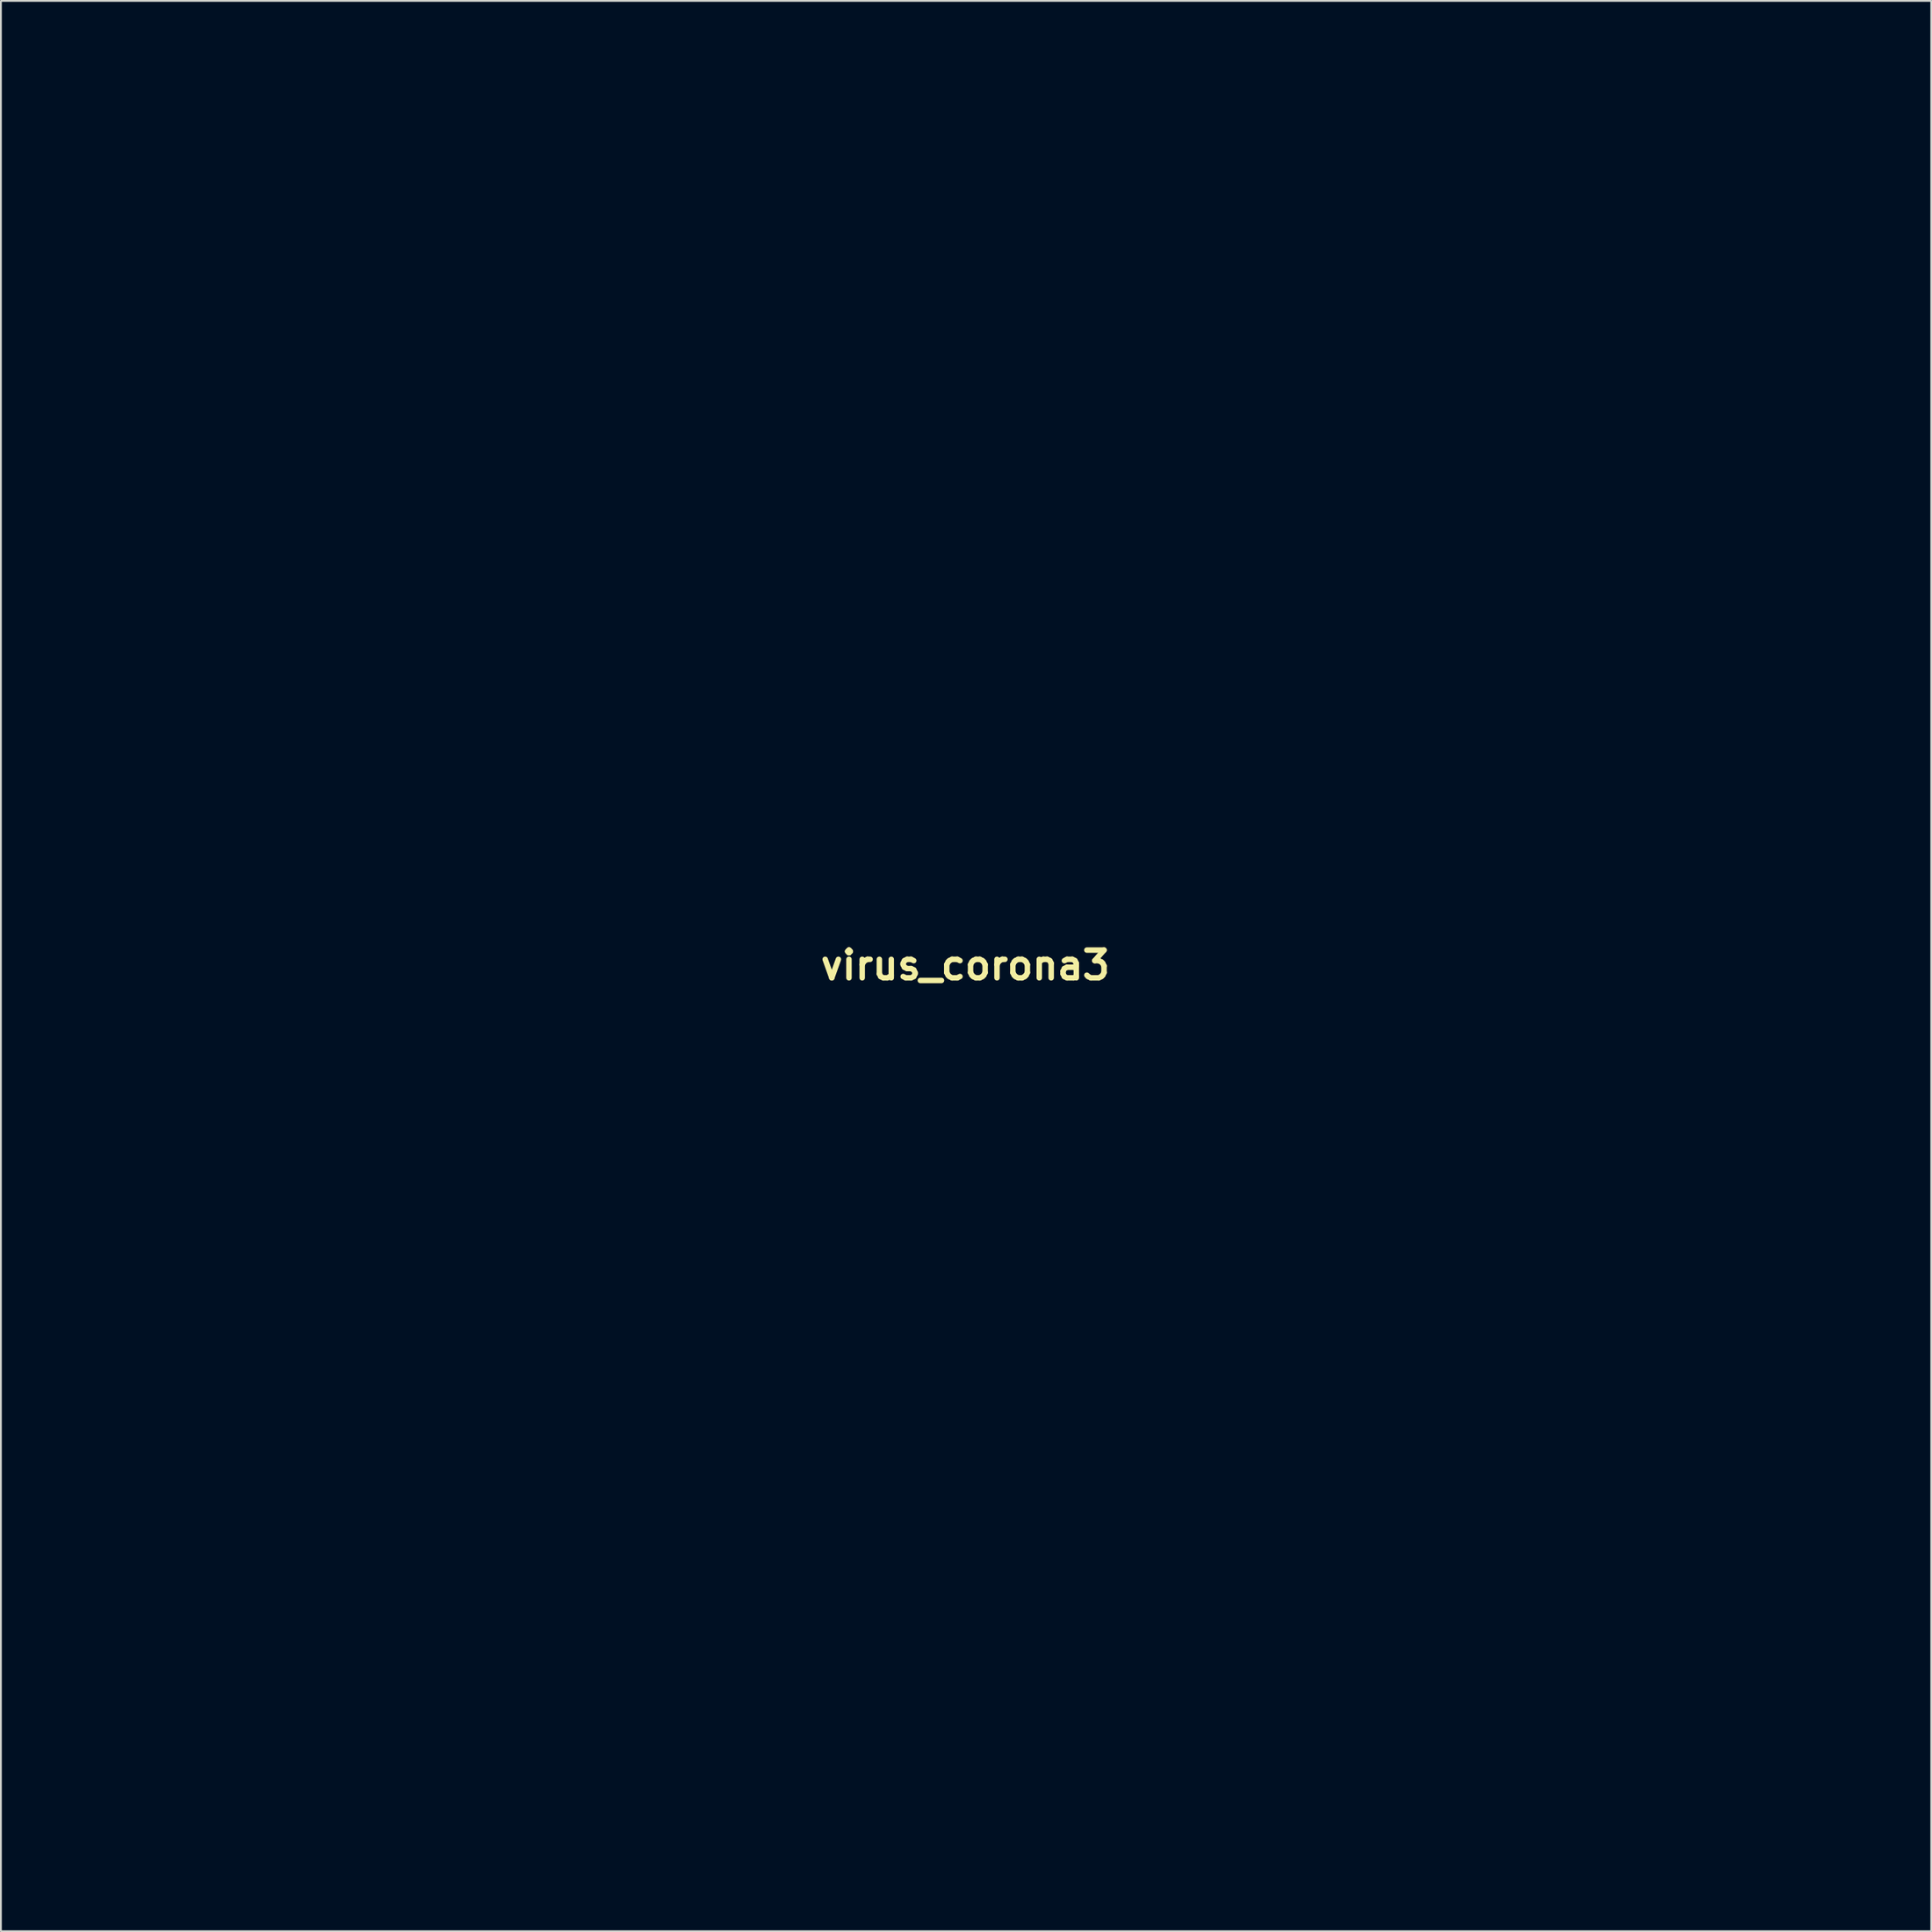
<source format=kicad_pcb>
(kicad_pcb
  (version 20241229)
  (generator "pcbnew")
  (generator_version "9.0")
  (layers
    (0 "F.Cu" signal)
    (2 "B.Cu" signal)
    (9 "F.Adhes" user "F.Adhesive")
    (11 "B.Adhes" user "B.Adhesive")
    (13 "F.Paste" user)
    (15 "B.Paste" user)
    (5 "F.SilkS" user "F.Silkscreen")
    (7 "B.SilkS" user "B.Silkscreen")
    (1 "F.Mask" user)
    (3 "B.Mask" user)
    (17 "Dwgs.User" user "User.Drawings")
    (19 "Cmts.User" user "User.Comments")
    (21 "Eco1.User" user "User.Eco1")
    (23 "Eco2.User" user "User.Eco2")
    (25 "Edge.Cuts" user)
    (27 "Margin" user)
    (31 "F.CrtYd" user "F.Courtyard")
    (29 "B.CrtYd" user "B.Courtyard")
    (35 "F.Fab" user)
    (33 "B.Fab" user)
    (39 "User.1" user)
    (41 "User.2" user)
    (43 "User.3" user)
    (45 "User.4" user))
  (footprint "virus_corona3"
    (layer "F.Cu")
    (at 49.958 49.958)
    (property "Reference" "virus_corona3" (at 0 0 0) (layer "F.SilkS") (effects (font (size 1.524 1.524) (thickness 0.3))))
    (attr through_hole)
    (fp_poly (pts (xy -21.759 -7.154) (xy -21.802 -7.112) (xy -21.844 -7.154) (xy -21.802 -7.197) (xy -21.759 -7.154)) (stroke (width 0.01) (type solid)) (fill yes) (layer "F.Mask"))
    (fp_poly (pts (xy 30.903 14.774) (xy 30.861 14.817) (xy 30.819 14.774) (xy 30.861 14.732) (xy 30.903 14.774)) (stroke (width 0.01) (type solid)) (fill yes) (layer "F.Mask"))
    (fp_poly (pts (xy -35.414 -39.506) (xy -35.439 -39.467) (xy -35.525 -39.461) (xy -35.615 -39.482) (xy -35.576 -39.513) (xy -35.444 -39.523) (xy -35.414 -39.506)) (stroke (width 0.01) (type solid)) (fill yes) (layer "F.Mask"))
    (fp_poly (pts (xy 1.834 -17.498) (xy 1.845 -17.397) (xy 1.834 -17.385) (xy 1.784 -17.397) (xy 1.778 -17.441) (xy 1.809 -17.511) (xy 1.834 -17.498)) (stroke (width 0.01) (type solid)) (fill yes) (layer "F.Mask"))
    (fp_poly (pts (xy 20.974 -26.721) (xy 20.949 -26.683) (xy 20.863 -26.677) (xy 20.773 -26.697) (xy 20.812 -26.728) (xy 20.944 -26.738) (xy 20.974 -26.721)) (stroke (width 0.01) (type solid)) (fill yes) (layer "F.Mask"))
    (fp_poly (pts (xy -36.302 -39.842) (xy -36.276 -39.667) (xy -36.307 -39.643) (xy -36.41 -39.755) (xy -36.47 -39.902) (xy -36.431 -39.972) (xy -36.354 -39.984) (xy -36.302 -39.842)) (stroke (width 0.01) (type solid)) (fill yes) (layer "F.Mask"))
    (fp_poly (pts (xy -28.195 -40.25) (xy -28.183 -40.239) (xy -28.117 -40.128) (xy -28.126 -40.087) (xy -28.189 -40.113) (xy -28.231 -40.192) (xy -28.257 -40.291) (xy -28.195 -40.25)) (stroke (width 0.01) (type solid)) (fill yes) (layer "F.Mask"))
    (fp_poly (pts (xy -15.41 24.604) (xy -15.399 24.615) (xy -15.332 24.726) (xy -15.341 24.767) (xy -15.404 24.742) (xy -15.446 24.663) (xy -15.472 24.564) (xy -15.41 24.604)) (stroke (width 0.01) (type solid)) (fill yes) (layer "F.Mask"))
    (fp_poly (pts (xy 20.086 -27.057) (xy 20.112 -26.882) (xy 20.081 -26.859) (xy 19.978 -26.97) (xy 19.918 -27.118) (xy 19.957 -27.188) (xy 20.034 -27.199) (xy 20.086 -27.057)) (stroke (width 0.01) (type solid)) (fill yes) (layer "F.Mask"))
    (fp_poly (pts (xy 28.193 -27.466) (xy 28.205 -27.455) (xy 28.271 -27.344) (xy 28.262 -27.303) (xy 28.199 -27.328) (xy 28.157 -27.407) (xy 28.131 -27.506) (xy 28.193 -27.466)) (stroke (width 0.01) (type solid)) (fill yes) (layer "F.Mask"))
    (fp_poly (pts (xy 32.088 39.082) (xy 32.099 39.093) (xy 32.166 39.204) (xy 32.157 39.245) (xy 32.094 39.22) (xy 32.052 39.141) (xy 32.026 39.042) (xy 32.088 39.082)) (stroke (width 0.01) (type solid)) (fill yes) (layer "F.Mask"))
    (fp_poly (pts (xy -36.028 -39.525) (xy -36.03 -39.482) (xy -36.068 -39.455) (xy -36.238 -39.377) (xy -36.344 -39.425) (xy -36.364 -39.455) (xy -36.333 -39.516) (xy -36.179 -39.538) (xy -36.028 -39.525)) (stroke (width 0.01) (type solid)) (fill yes) (layer "F.Mask"))
    (fp_poly (pts (xy -35.756 -40.077) (xy -35.772 -40.047) (xy -35.851 -39.966) (xy -35.866 -39.963) (xy -35.872 -40.017) (xy -35.856 -40.047) (xy -35.777 -40.128) (xy -35.762 -40.132) (xy -35.756 -40.077)) (stroke (width 0.01) (type solid)) (fill yes) (layer "F.Mask"))
    (fp_poly (pts (xy 20.36 -26.741) (xy 20.358 -26.698) (xy 20.32 -26.67) (xy 20.15 -26.592) (xy 20.044 -26.64) (xy 20.024 -26.67) (xy 20.055 -26.731) (xy 20.209 -26.753) (xy 20.36 -26.741)) (stroke (width 0.01) (type solid)) (fill yes) (layer "F.Mask"))
    (fp_poly (pts (xy 20.632 -27.293) (xy 20.616 -27.263) (xy 20.537 -27.182) (xy 20.522 -27.178) (xy 20.516 -27.233) (xy 20.532 -27.263) (xy 20.611 -27.344) (xy 20.626 -27.347) (xy 20.632 -27.293)) (stroke (width 0.01) (type solid)) (fill yes) (layer "F.Mask"))
    (fp_poly (pts (xy 0.677 -49.746) (xy 0.626 -49.576) (xy 0.501 -49.375) (xy 0.348 -49.201) (xy 0.21 -49.111) (xy 0.187 -49.109) (xy 0.082 -49.14) (xy -0.128 -49.218) (xy -0.339 -49.303) (xy -0.668 -49.455) (xy -0.994 -49.632) (xy -1.141 -49.724) (xy -1.479 -49.953) (xy 0.677 -49.953) (xy 0.677 -49.746)) (stroke (width 0.01) (type solid)) (fill yes) (layer "B.Mask"))
    (fp_poly (pts (xy -12.117 -49.555) (xy -12.349 -49.351) (xy -12.548 -49.202) (xy -12.668 -49.139) (xy -12.829 -49.081) (xy -12.998 -48.987) (xy -13.254 -48.867) (xy -13.46 -48.888) (xy -13.513 -48.917) (xy -13.622 -49.036) (xy -13.71 -49.177) (xy -13.839 -49.32) (xy -13.945 -49.323) (xy -14.11 -49.316) (xy -14.336 -49.367) (xy -14.356 -49.374) (xy -14.551 -49.471) (xy -14.623 -49.606) (xy -14.628 -49.714) (xy -14.622 -49.953) (xy -11.691 -49.953) (xy -12.117 -49.555)) (stroke (width 0.01) (type solid)) (fill yes) (layer "B.Mask"))
    (fp_poly (pts (xy -7.065 -49.947) (xy -6.208 -49.945) (xy -5.407 -49.941) (xy -4.677 -49.937) (xy -4.033 -49.931) (xy -3.491 -49.924) (xy -3.064 -49.917) (xy -2.769 -49.909) (xy -2.62 -49.901) (xy -2.606 -49.897) (xy -2.719 -49.803) (xy -2.868 -49.623) (xy -2.915 -49.557) (xy -3.038 -49.366) (xy -3.069 -49.254) (xy -3.014 -49.16) (xy -2.952 -49.095) (xy -2.641 -48.881) (xy -2.302 -48.813) (xy -2.195 -48.825) (xy -2.046 -48.827) (xy -1.949 -48.733) (xy -1.876 -48.563) (xy -1.787 -48.368) (xy -1.702 -48.265) (xy -1.686 -48.26) (xy -1.584 -48.188) (xy -1.512 -48.025) (xy -1.492 -47.848) (xy -1.542 -47.736) (xy -1.595 -47.658) (xy -1.506 -47.554) (xy -1.486 -47.538) (xy -1.396 -47.456) (xy -1.362 -47.358) (xy -1.38 -47.193) (xy -1.443 -46.93) (xy -1.523 -46.654) (xy -1.604 -46.498) (xy -1.721 -46.416) (xy -1.848 -46.377) (xy -2.077 -46.349) (xy -2.318 -46.402) (xy -2.526 -46.49) (xy -3.021 -46.761) (xy -3.348 -47.028) (xy -3.505 -47.289) (xy -3.509 -47.304) (xy -3.593 -47.523) (xy -3.729 -47.768) (xy -3.884 -47.989) (xy -4.026 -48.139) (xy -4.101 -48.175) (xy -4.227 -48.128) (xy -4.421 -48.011) (xy -4.487 -47.964) (xy -4.698 -47.83) (xy -4.872 -47.757) (xy -4.907 -47.752) (xy -5.021 -47.673) (xy -5.13 -47.457) (xy -5.149 -47.4) (xy -5.207 -47.183) (xy -5.203 -47.027) (xy -5.121 -46.862) (xy -5.004 -46.693) (xy -4.823 -46.403) (xy -4.67 -46.095) (xy -4.63 -45.992) (xy -4.561 -45.747) (xy -4.567 -45.559) (xy -4.652 -45.329) (xy -4.659 -45.312) (xy -4.778 -45.088) (xy -4.893 -44.933) (xy -4.923 -44.908) (xy -5.103 -44.864) (xy -5.349 -44.871) (xy -5.567 -44.923) (xy -5.631 -44.959) (xy -5.719 -45.102) (xy -5.812 -45.36) (xy -5.894 -45.684) (xy -5.952 -46.02) (xy -5.965 -46.148) (xy -5.998 -46.485) (xy -6.046 -46.838) (xy -6.101 -47.162) (xy -6.155 -47.412) (xy -6.2 -47.544) (xy -6.205 -47.55) (xy -6.316 -47.572) (xy -6.517 -47.554) (xy -6.546 -47.549) (xy -6.71 -47.509) (xy -6.802 -47.437) (xy -6.85 -47.289) (xy -6.884 -47.018) (xy -6.884 -47.012) (xy -6.909 -46.456) (xy -6.852 -46.027) (xy -6.706 -45.702) (xy -6.585 -45.558) (xy -6.429 -45.384) (xy -6.388 -45.256) (xy -6.427 -45.141) (xy -6.498 -44.923) (xy -6.52 -44.731) (xy -6.541 -44.474) (xy -6.574 -44.297) (xy -6.618 -44.185) (xy -6.701 -44.136) (xy -6.872 -44.135) (xy -7.075 -44.158) (xy -7.389 -44.179) (xy -7.601 -44.141) (xy -7.718 -44.078) (xy -7.873 -43.982) (xy -7.956 -43.952) (xy -8.066 -43.978) (xy -8.17 -44.004) (xy -8.34 -44.081) (xy -8.422 -44.228) (xy -8.429 -44.483) (xy -8.412 -44.641) (xy -8.388 -44.899) (xy -8.414 -45.017) (xy -8.509 -45.018) (xy -8.641 -44.955) (xy -8.791 -44.919) (xy -8.965 -44.991) (xy -9.059 -45.056) (xy -9.226 -45.209) (xy -9.299 -45.387) (xy -9.313 -45.612) (xy -9.266 -45.959) (xy -9.145 -46.308) (xy -9.13 -46.337) (xy -8.967 -46.721) (xy -8.839 -47.186) (xy -8.781 -47.472) (xy -8.837 -47.565) (xy -9.001 -47.721) (xy -9.241 -47.91) (xy -9.298 -47.951) (xy -9.834 -48.33) (xy -10.267 -48.183) (xy -10.547 -48.074) (xy -10.72 -47.954) (xy -10.841 -47.77) (xy -10.924 -47.583) (xy -11.039 -47.361) (xy -11.218 -47.077) (xy -11.417 -46.797) (xy -11.517 -46.672) (xy -11.655 -46.603) (xy -11.88 -46.568) (xy -11.923 -46.567) (xy -12.16 -46.594) (xy -12.311 -46.703) (xy -12.389 -46.819) (xy -12.499 -47.137) (xy -12.47 -47.447) (xy -12.315 -47.701) (xy -12.171 -47.805) (xy -11.977 -47.934) (xy -11.733 -48.136) (xy -11.469 -48.382) (xy -11.212 -48.642) (xy -10.992 -48.886) (xy -10.838 -49.086) (xy -10.778 -49.211) (xy -10.78 -49.225) (xy -10.872 -49.343) (xy -11.052 -49.505) (xy -11.149 -49.58) (xy -11.359 -49.736) (xy -11.515 -49.855) (xy -11.553 -49.885) (xy -11.486 -49.898) (xy -11.265 -49.91) (xy -10.905 -49.92) (xy -10.421 -49.929) (xy -9.828 -49.937) (xy -9.141 -49.942) (xy -8.374 -49.946) (xy -7.544 -49.947) (xy -7.065 -49.947)) (stroke (width 0.01) (type solid)) (fill yes) (layer "B.Mask"))
    (fp_poly (pts (xy -29.142 40.136) (xy -28.958 40.159) (xy -28.858 40.214) (xy -28.798 40.316) (xy -28.781 40.358) (xy -28.742 40.575) (xy -28.771 40.873) (xy -28.819 41.099) (xy -28.878 41.409) (xy -28.935 41.824) (xy -28.981 42.277) (xy -29.001 42.535) (xy -29.058 43.456) (xy -28.732 43.395) (xy -28.498 43.337) (xy -28.333 43.272) (xy -28.314 43.259) (xy -28.17 43.226) (xy -27.971 43.256) (xy -27.754 43.281) (xy -27.49 43.228) (xy -27.258 43.143) (xy -27.001 43.032) (xy -26.847 42.924) (xy -26.746 42.765) (xy -26.653 42.504) (xy -26.638 42.455) (xy -26.476 41.975) (xy -26.308 41.548) (xy -26.162 41.221) (xy -26.059 41.076) (xy -25.913 40.946) (xy -25.768 40.86) (xy -25.671 40.85) (xy -25.654 40.887) (xy -25.582 40.96) (xy -25.442 41.013) (xy -25.284 41.091) (xy -25.231 41.177) (xy -25.173 41.308) (xy -25.035 41.471) (xy -25.028 41.478) (xy -24.906 41.627) (xy -24.873 41.785) (xy -24.936 41.979) (xy -25.104 42.235) (xy -25.387 42.581) (xy -25.393 42.587) (xy -25.82 43.1) (xy -26.124 43.505) (xy -26.308 43.807) (xy -26.377 44.012) (xy -26.36 44.097) (xy -26.232 44.234) (xy -26.124 44.25) (xy -26.077 44.137) (xy -26.077 44.135) (xy -25.978 44.135) (xy -25.95 44.196) (xy -25.876 44.259) (xy -25.789 44.18) (xy -25.656 44.092) (xy -25.579 44.094) (xy -25.504 44.086) (xy -25.519 44.039) (xy -25.53 43.898) (xy -25.484 43.753) (xy -25.449 43.66) (xy -25.501 43.695) (xy -25.607 43.815) (xy -25.745 43.993) (xy -25.819 44.12) (xy -25.823 44.137) (xy -25.878 44.165) (xy -25.921 44.146) (xy -25.978 44.135) (xy -26.077 44.135) (xy -26.077 44.134) (xy -26.024 43.969) (xy -25.898 43.784) (xy -25.754 43.646) (xy -25.315 43.646) (xy -25.273 43.688) (xy -25.231 43.646) (xy -25.273 43.603) (xy -25.315 43.646) (xy -25.754 43.646) (xy -25.751 43.642) (xy -25.656 43.603) (xy -25.573 43.534) (xy -25.527 43.434) (xy -25.416 43.299) (xy -25.225 43.265) (xy -25.049 43.29) (xy -24.977 43.349) (xy -24.91 43.43) (xy -24.871 43.437) (xy -24.66 43.518) (xy -24.486 43.711) (xy -24.393 43.962) (xy -24.387 44.04) (xy -24.412 44.224) (xy -24.506 44.378) (xy -24.701 44.551) (xy -24.788 44.616) (xy -25.186 44.909) (xy -24.848 44.98) (xy -24.562 45.009) (xy -24.326 44.943) (xy -24.257 44.906) (xy -24.003 44.76) (xy -24.164 44.944) (xy -24.269 45.08) (xy -24.249 45.12) (xy -24.095 45.068) (xy -24.01 45.03) (xy -23.858 44.921) (xy -23.808 44.743) (xy -23.808 44.65) (xy -23.785 44.496) (xy -23.677 44.496) (xy -23.67 44.535) (xy -23.602 44.47) (xy -23.537 44.365) (xy -23.483 44.234) (xy -23.489 44.196) (xy -23.557 44.261) (xy -23.622 44.365) (xy -23.677 44.496) (xy -23.785 44.496) (xy -23.771 44.406) (xy -23.663 44.199) (xy -23.517 44.073) (xy -23.39 44.065) (xy -23.262 44.038) (xy -23.093 43.914) (xy -23.058 43.878) (xy -22.884 43.732) (xy -22.732 43.672) (xy -22.711 43.674) (xy -22.521 43.787) (xy -22.364 43.999) (xy -22.288 44.241) (xy -22.286 44.284) (xy -22.252 44.53) (xy -22.195 44.68) (xy -22.148 44.826) (xy -22.213 44.945) (xy -22.307 45.025) (xy -22.497 45.14) (xy -22.781 45.273) (xy -23.047 45.377) (xy -23.388 45.503) (xy -23.721 45.633) (xy -23.918 45.715) (xy -24.207 45.84) (xy -24.487 45.954) (xy -24.532 45.972) (xy -24.715 46.051) (xy -24.805 46.103) (xy -24.807 46.108) (xy -24.764 46.188) (xy -24.655 46.358) (xy -24.595 46.449) (xy -24.445 46.729) (xy -24.342 47.028) (xy -24.33 47.088) (xy -24.263 47.319) (xy -24.166 47.413) (xy -24.156 47.413) (xy -24.016 47.462) (xy -23.815 47.583) (xy -23.746 47.633) (xy -23.457 47.853) (xy -22.883 47.641) (xy -22.454 47.504) (xy -22.048 47.413) (xy -21.701 47.373) (xy -21.449 47.388) (xy -21.348 47.436) (xy -21.274 47.589) (xy -21.251 47.752) (xy -21.216 47.957) (xy -21.153 48.07) (xy -21.102 48.2) (xy -21.145 48.278) (xy -21.227 48.445) (xy -21.264 48.599) (xy -21.287 48.704) (xy -21.342 48.766) (xy -21.466 48.795) (xy -21.695 48.802) (xy -21.971 48.799) (xy -22.38 48.784) (xy -22.802 48.757) (xy -23.146 48.724) (xy -23.147 48.724) (xy -23.646 48.66) (xy -23.589 48.889) (xy -23.583 49.134) (xy -23.649 49.467) (xy -23.683 49.578) (xy -23.834 50.039) (xy -29.616 50.036) (xy -30.593 50.035) (xy -31.516 50.031) (xy -32.372 50.026) (xy -33.146 50.019) (xy -33.825 50.011) (xy -34.397 50.002) (xy -34.847 49.991) (xy -35.162 49.98) (xy -35.329 49.968) (xy -35.353 49.961) (xy -35.249 49.907) (xy -35.037 49.851) (xy -34.905 49.828) (xy -34.642 49.774) (xy -34.442 49.707) (xy -34.391 49.677) (xy -34.288 49.566) (xy -34.199 49.433) (xy -34.153 49.329) (xy -34.175 49.301) (xy -34.189 49.308) (xy -34.356 49.34) (xy -34.481 49.227) (xy -34.502 49.149) (xy -34.205 49.149) (xy -34.163 49.191) (xy -34.121 49.149) (xy -34.163 49.107) (xy -34.205 49.149) (xy -34.502 49.149) (xy -34.542 48.995) (xy -34.544 48.937) (xy -34.29 48.937) (xy -34.259 49.007) (xy -34.234 48.994) (xy -34.223 48.893) (xy -34.234 48.881) (xy -34.284 48.893) (xy -34.29 48.937) (xy -34.544 48.937) (xy -34.544 48.928) (xy -34.52 48.706) (xy -34.458 48.597) (xy -34.377 48.627) (xy -34.353 48.662) (xy -34.337 48.659) (xy -34.346 48.613) (xy -34.373 48.424) (xy -34.375 48.369) (xy -34.413 48.284) (xy -34.553 48.277) (xy -34.644 48.293) (xy -34.868 48.302) (xy -35.097 48.217) (xy -35.253 48.122) (xy -35.428 48.014) (xy -35.583 47.952) (xy -35.768 47.927) (xy -36.034 47.932) (xy -36.326 47.95) (xy -36.675 47.979) (xy -36.967 48.012) (xy -37.155 48.042) (xy -37.188 48.051) (xy -37.329 48.031) (xy -37.523 47.921) (xy -37.578 47.878) (xy -37.745 47.713) (xy -37.786 47.587) (xy -37.759 47.514) (xy -37.669 47.327) (xy -37.593 47.136) (xy -37.484 46.946) (xy -37.36 46.846) (xy -37.208 46.763) (xy -37.161 46.717) (xy -37.062 46.705) (xy -36.855 46.749) (xy -36.631 46.823) (xy -36.319 46.928) (xy -36.025 47.005) (xy -35.876 47.032) (xy -35.654 47.059) (xy -35.334 47.105) (xy -34.984 47.159) (xy -34.979 47.16) (xy -34.626 47.208) (xy -34.402 47.209) (xy -34.275 47.153) (xy -34.208 47.03) (xy -34.198 46.99) (xy -34.121 46.99) (xy -34.09 47.06) (xy -34.064 47.046) (xy -34.054 46.946) (xy -34.064 46.934) (xy -34.115 46.945) (xy -34.121 46.99) (xy -34.198 46.99) (xy -34.187 46.948) (xy -34.126 46.817) (xy -34.07 46.793) (xy -33.993 46.738) (xy -33.973 46.666) (xy -33.946 46.484) (xy -33.903 46.253) (xy -33.896 46.186) (xy -32.766 46.186) (xy -32.724 46.228) (xy -32.681 46.186) (xy -32.724 46.143) (xy -32.766 46.186) (xy -33.896 46.186) (xy -33.881 46.063) (xy -33.914 46.016) (xy -33.02 46.016) (xy -32.978 46.059) (xy -32.935 46.016) (xy -32.978 45.974) (xy -33.02 46.016) (xy -33.914 46.016) (xy -33.944 45.973) (xy -34.09 45.928) (xy -34.296 45.881) (xy -34.42 45.85) (xy -34.493 45.777) (xy -33.105 45.777) (xy -33.038 45.825) (xy -32.891 45.897) (xy -32.738 45.958) (xy -32.703 45.969) (xy -32.682 45.91) (xy -32.681 45.899) (xy -32.754 45.829) (xy -32.893 45.784) (xy -33.051 45.765) (xy -33.105 45.777) (xy -34.493 45.777) (xy -34.507 45.764) (xy -34.624 45.577) (xy -34.674 45.479) (xy -34.707 45.424) (xy -32.994 45.424) (xy -32.855 45.57) (xy -32.73 45.662) (xy -32.669 45.632) (xy -32.638 45.546) (xy -32.523 45.374) (xy -32.412 45.288) (xy -32.285 45.238) (xy -32.27 45.29) (xy -32.271 45.295) (xy -32.35 45.379) (xy -32.378 45.38) (xy -32.48 45.432) (xy -32.571 45.567) (xy -32.595 45.667) (xy -32.546 45.688) (xy -32.491 45.653) (xy -32.342 45.615) (xy -32.173 45.68) (xy -31.938 45.752) (xy -31.75 45.75) (xy -31.495 45.697) (xy -31.305 45.66) (xy -31.137 45.603) (xy -31.073 45.536) (xy -31.02 45.494) (xy -30.988 45.508) (xy -30.92 45.484) (xy -30.903 45.398) (xy -30.938 45.284) (xy -31.071 45.263) (xy -31.136 45.271) (xy -31.285 45.287) (xy -31.284 45.256) (xy -31.222 45.214) (xy -31.147 45.122) (xy -25.464 45.122) (xy -25.452 45.127) (xy -25.375 45.068) (xy -25.358 45.043) (xy -25.336 44.964) (xy -25.348 44.958) (xy -25.425 45.018) (xy -25.442 45.043) (xy -25.464 45.122) (xy -31.147 45.122) (xy -31.123 45.092) (xy -31.153 44.976) (xy -31.247 44.768) (xy -31.288 44.662) (xy -31.296 44.648) (xy -26.557 44.648) (xy -26.545 44.698) (xy -26.501 44.704) (xy -26.431 44.673) (xy -26.444 44.648) (xy -26.545 44.637) (xy -26.557 44.648) (xy -31.296 44.648) (xy -31.347 44.561) (xy -31.387 44.602) (xy -31.444 44.669) (xy -31.555 44.608) (xy -31.563 44.602) (xy -31.654 44.539) (xy -31.637 44.593) (xy -31.634 44.598) (xy -31.628 44.691) (xy -31.67 44.704) (xy -31.735 44.775) (xy -31.729 44.915) (xy -31.747 45.133) (xy -31.816 45.232) (xy -31.904 45.288) (xy -31.904 45.216) (xy -31.884 45.148) (xy -31.867 44.997) (xy -31.912 44.958) (xy -31.958 44.897) (xy -31.916 44.737) (xy -31.869 44.582) (xy -31.922 44.544) (xy -32.056 44.572) (xy -32.21 44.596) (xy -32.242 44.541) (xy -32.224 44.485) (xy -32.203 44.39) (xy -32.277 44.431) (xy -32.29 44.442) (xy -32.403 44.49) (xy -32.44 44.462) (xy -32.51 44.45) (xy -32.594 44.517) (xy -32.673 44.613) (xy -32.626 44.616) (xy -32.579 44.598) (xy -32.413 44.609) (xy -32.343 44.661) (xy -32.299 44.811) (xy -32.346 44.974) (xy -32.452 45.086) (xy -32.56 45.095) (xy -32.653 45.105) (xy -32.659 45.15) (xy -32.714 45.238) (xy -32.83 45.279) (xy -32.989 45.331) (xy -32.994 45.424) (xy -34.707 45.424) (xy -34.811 45.252) (xy -34.997 45.088) (xy -35.288 44.938) (xy -35.306 44.93) (xy -35.648 44.793) (xy -36.006 44.669) (xy -36.177 44.619) (xy -36.431 44.526) (xy -36.617 44.413) (xy -36.664 44.359) (xy -36.74 44.115) (xy -36.711 43.908) (xy -36.597 43.796) (xy -36.436 43.689) (xy -36.295 43.544) (xy -36.07 43.37) (xy -35.808 43.357) (xy -35.519 43.502) (xy -35.315 43.689) (xy -35.046 43.946) (xy -34.738 44.198) (xy -34.623 44.28) (xy -34.269 44.523) (xy -33.939 44.76) (xy -33.66 44.969) (xy -33.463 45.128) (xy -33.377 45.215) (xy -33.376 45.217) (xy -33.288 45.258) (xy -33.151 45.218) (xy -33.041 45.127) (xy -33.02 45.066) (xy -32.964 44.979) (xy -32.897 44.987) (xy -32.813 44.985) (xy -32.827 44.897) (xy -32.839 44.805) (xy -32.759 44.83) (xy -32.684 44.863) (xy -32.736 44.794) (xy -32.745 44.784) (xy -32.844 44.576) (xy -32.777 44.351) (xy -32.711 44.266) (xy -32.619 44.14) (xy -32.645 44.036) (xy -32.722 43.944) (xy -32.82 43.782) (xy -32.839 43.562) (xy -32.823 43.405) (xy -32.811 43.184) (xy -32.851 42.985) (xy -32.962 42.778) (xy -33.163 42.532) (xy -33.469 42.218) (xy -33.592 42.1) (xy -33.81 41.868) (xy -33.968 41.662) (xy -34.033 41.522) (xy -34.033 41.515) (xy -33.979 41.317) (xy -33.855 41.143) (xy -33.712 41.064) (xy -33.704 41.063) (xy -33.554 41.025) (xy -33.417 40.963) (xy -33.107 40.856) (xy -32.853 40.905) (xy -32.651 41.112) (xy -32.495 41.48) (xy -32.473 41.56) (xy -32.356 41.909) (xy -32.199 42.271) (xy -32.139 42.385) (xy -32.014 42.628) (xy -31.935 42.821) (xy -31.919 42.89) (xy -31.866 42.908) (xy -31.728 42.821) (xy -31.644 42.749) (xy -31.414 42.565) (xy -31.185 42.46) (xy -30.903 42.421) (xy -30.514 42.432) (xy -30.475 42.435) (xy -30.191 42.45) (xy -30.033 42.436) (xy -29.956 42.379) (xy -29.918 42.275) (xy -29.897 42.065) (xy -29.925 41.768) (xy -30.005 41.359) (xy -30.113 40.917) (xy -30.189 40.566) (xy -30.184 40.338) (xy -30.077 40.207) (xy -29.846 40.147) (xy -29.468 40.132) (xy -29.452 40.132) (xy -29.142 40.136)) (stroke (width 0.01) (type solid)) (fill yes) (layer "B.Mask"))
    (fp_poly (pts (xy -43.958 -9.648) (xy -43.775 -9.625) (xy -43.675 -9.57) (xy -43.615 -9.468) (xy -43.598 -9.426) (xy -43.558 -9.209) (xy -43.587 -8.911) (xy -43.636 -8.685) (xy -43.694 -8.375) (xy -43.751 -7.96) (xy -43.798 -7.507) (xy -43.817 -7.249) (xy -43.875 -6.328) (xy -43.549 -6.389) (xy -43.314 -6.447) (xy -43.15 -6.512) (xy -43.131 -6.525) (xy -42.986 -6.558) (xy -42.787 -6.528) (xy -42.57 -6.503) (xy -42.307 -6.556) (xy -42.074 -6.641) (xy -41.818 -6.752) (xy -41.663 -6.86) (xy -41.563 -7.019) (xy -41.47 -7.28) (xy -41.454 -7.329) (xy -41.293 -7.809) (xy -41.124 -8.236) (xy -40.978 -8.563) (xy -40.876 -8.708) (xy -40.729 -8.838) (xy -40.585 -8.924) (xy -40.487 -8.934) (xy -40.471 -8.897) (xy -40.399 -8.824) (xy -40.259 -8.771) (xy -40.1 -8.693) (xy -40.047 -8.607) (xy -39.99 -8.476) (xy -39.852 -8.313) (xy -39.845 -8.306) (xy -39.723 -8.157) (xy -39.689 -7.999) (xy -39.752 -7.805) (xy -39.921 -7.549) (xy -40.204 -7.203) (xy -40.209 -7.197) (xy -40.636 -6.684) (xy -40.94 -6.279) (xy -41.125 -5.977) (xy -41.193 -5.772) (xy -41.177 -5.687) (xy -41.048 -5.55) (xy -40.94 -5.534) (xy -40.894 -5.647) (xy -40.894 -5.649) (xy -40.795 -5.649) (xy -40.767 -5.588) (xy -40.692 -5.525) (xy -40.606 -5.604) (xy -40.472 -5.692) (xy -40.395 -5.69) (xy -40.32 -5.698) (xy -40.336 -5.745) (xy -40.347 -5.886) (xy -40.301 -6.031) (xy -40.266 -6.124) (xy -40.317 -6.089) (xy -40.423 -5.969) (xy -40.562 -5.791) (xy -40.636 -5.664) (xy -40.64 -5.647) (xy -40.695 -5.619) (xy -40.738 -5.638) (xy -40.795 -5.649) (xy -40.894 -5.649) (xy -40.894 -5.65) (xy -40.841 -5.815) (xy -40.715 -6) (xy -40.571 -6.138) (xy -40.132 -6.138) (xy -40.09 -6.096) (xy -40.047 -6.138) (xy -40.09 -6.181) (xy -40.132 -6.138) (xy -40.571 -6.138) (xy -40.567 -6.142) (xy -40.473 -6.181) (xy -40.39 -6.25) (xy -40.344 -6.35) (xy -40.232 -6.485) (xy -40.042 -6.519) (xy -39.866 -6.494) (xy -39.793 -6.435) (xy -39.726 -6.354) (xy -39.688 -6.347) (xy -39.477 -6.266) (xy -39.302 -6.073) (xy -39.209 -5.822) (xy -39.204 -5.744) (xy -39.229 -5.56) (xy -39.322 -5.406) (xy -39.518 -5.233) (xy -39.605 -5.168) (xy -40.002 -4.875) (xy -39.665 -4.804) (xy -39.379 -4.775) (xy -39.143 -4.841) (xy -39.074 -4.878) (xy -38.82 -5.024) (xy -38.981 -4.84) (xy -39.086 -4.704) (xy -39.066 -4.664) (xy -38.912 -4.716) (xy -38.827 -4.754) (xy -38.674 -4.863) (xy -38.625 -5.041) (xy -38.625 -5.134) (xy -38.601 -5.288) (xy -38.493 -5.288) (xy -38.487 -5.249) (xy -38.419 -5.314) (xy -38.354 -5.419) (xy -38.299 -5.55) (xy -38.306 -5.588) (xy -38.374 -5.523) (xy -38.439 -5.419) (xy -38.493 -5.288) (xy -38.601 -5.288) (xy -38.588 -5.378) (xy -38.479 -5.585) (xy -38.334 -5.711) (xy -38.206 -5.719) (xy -38.078 -5.746) (xy -37.91 -5.87) (xy -37.874 -5.906) (xy -37.701 -6.052) (xy -37.549 -6.112) (xy -37.528 -6.11) (xy -37.338 -5.997) (xy -37.18 -5.785) (xy -37.104 -5.543) (xy -37.103 -5.5) (xy -37.069 -5.254) (xy -37.012 -5.104) (xy -36.964 -4.958) (xy -37.03 -4.839) (xy -37.123 -4.759) (xy -37.313 -4.644) (xy -37.598 -4.511) (xy -37.864 -4.407) (xy -38.205 -4.281) (xy -38.538 -4.151) (xy -38.735 -4.069) (xy -39.024 -3.944) (xy -39.304 -3.83) (xy -39.349 -3.812) (xy -39.532 -3.733) (xy -39.622 -3.681) (xy -39.624 -3.676) (xy -39.581 -3.596) (xy -39.472 -3.426) (xy -39.411 -3.335) (xy -39.261 -3.055) (xy -39.158 -2.756) (xy -39.146 -2.696) (xy -39.08 -2.465) (xy -38.982 -2.371) (xy -38.973 -2.371) (xy -38.833 -2.322) (xy -38.632 -2.201) (xy -38.562 -2.151) (xy -38.274 -1.931) (xy -37.7 -2.143) (xy -37.271 -2.28) (xy -36.864 -2.371) (xy -36.517 -2.411) (xy -36.266 -2.396) (xy -36.164 -2.348) (xy -36.09 -2.195) (xy -36.068 -2.032) (xy -36.032 -1.827) (xy -35.97 -1.714) (xy -35.919 -1.584) (xy -35.962 -1.506) (xy -36.044 -1.339) (xy -36.081 -1.185) (xy -36.103 -1.08) (xy -36.158 -1.018) (xy -36.282 -0.989) (xy -36.511 -0.982) (xy -36.788 -0.985) (xy -37.196 -1) (xy -37.616 -1.027) (xy -37.959 -1.06) (xy -37.961 -1.06) (xy -38.457 -1.123) (xy -38.401 -0.87) (xy -38.402 -0.561) (xy -38.486 -0.266) (xy -38.583 0.028) (xy -38.58 0.212) (xy -38.459 0.307) (xy -38.202 0.33) (xy -37.95 0.315) (xy -37.551 0.301) (xy -37.278 0.34) (xy -37.169 0.385) (xy -36.943 0.475) (xy -36.771 0.505) (xy -36.603 0.542) (xy -36.51 0.666) (xy -36.477 0.908) (xy -36.481 1.116) (xy -36.526 1.433) (xy -36.642 1.658) (xy -36.715 1.74) (xy -36.85 1.865) (xy -36.964 1.912) (xy -37.121 1.889) (xy -37.334 1.822) (xy -37.659 1.69) (xy -38.003 1.515) (xy -38.119 1.445) (xy -38.44 1.258) (xy -38.792 1.077) (xy -38.908 1.023) (xy -39.314 0.844) (xy -39.637 1.067) (xy -39.877 1.266) (xy -40.079 1.486) (xy -40.12 1.545) (xy -40.222 1.719) (xy -40.231 1.825) (xy -40.147 1.932) (xy -40.118 1.961) (xy -39.809 2.174) (xy -39.47 2.241) (xy -39.364 2.229) (xy -39.215 2.227) (xy -39.118 2.321) (xy -39.045 2.491) (xy -38.955 2.686) (xy -38.87 2.789) (xy -38.854 2.794) (xy -38.752 2.866) (xy -38.681 3.029) (xy -38.661 3.206) (xy -38.711 3.318) (xy -38.763 3.396) (xy -38.675 3.5) (xy -38.654 3.516) (xy -38.564 3.598) (xy -38.53 3.696) (xy -38.549 3.861) (xy -38.612 4.124) (xy -38.691 4.4) (xy -38.773 4.556) (xy -38.89 4.638) (xy -39.017 4.677) (xy -39.246 4.705) (xy -39.487 4.652) (xy -39.694 4.564) (xy -40.19 4.293) (xy -40.516 4.026) (xy -40.674 3.765) (xy -40.678 3.75) (xy -40.761 3.531) (xy -40.897 3.286) (xy -41.053 3.065) (xy -41.195 2.915) (xy -41.27 2.879) (xy -41.396 2.926) (xy -41.589 3.043) (xy -41.656 3.09) (xy -41.867 3.224) (xy -42.04 3.297) (xy -42.075 3.302) (xy -42.19 3.381) (xy -42.298 3.597) (xy -42.317 3.654) (xy -42.376 3.871) (xy -42.371 4.027) (xy -42.29 4.192) (xy -42.173 4.361) (xy -41.992 4.651) (xy -41.839 4.959) (xy -41.799 5.062) (xy -41.73 5.307) (xy -41.735 5.495) (xy -41.82 5.725) (xy -41.828 5.742) (xy -41.947 5.966) (xy -42.062 6.121) (xy -42.092 6.146) (xy -42.272 6.19) (xy -42.517 6.183) (xy -42.735 6.131) (xy -42.8 6.095) (xy -42.888 5.952) (xy -42.98 5.694) (xy -43.063 5.37) (xy -43.12 5.034) (xy -43.133 4.906) (xy -43.167 4.569) (xy -43.215 4.216) (xy -43.27 3.892) (xy -43.323 3.642) (xy -43.369 3.51) (xy -43.374 3.504) (xy -43.484 3.482) (xy -43.686 3.5) (xy -43.715 3.505) (xy -43.879 3.545) (xy -43.97 3.617) (xy -44.019 3.765) (xy -44.053 4.036) (xy -44.053 4.042) (xy -44.078 4.598) (xy -44.02 5.027) (xy -43.875 5.352) (xy -43.753 5.496) (xy -43.598 5.67) (xy -43.556 5.798) (xy -43.596 5.913) (xy -43.667 6.131) (xy -43.689 6.323) (xy -43.709 6.58) (xy -43.743 6.757) (xy -43.786 6.869) (xy -43.87 6.918) (xy -44.04 6.919) (xy -44.243 6.896) (xy -44.557 6.875) (xy -44.77 6.913) (xy -44.886 6.976) (xy -45.042 7.072) (xy -45.125 7.102) (xy -45.235 7.076) (xy -45.339 7.05) (xy -45.509 6.973) (xy -45.59 6.826) (xy -45.598 6.571) (xy -45.581 6.413) (xy -45.556 6.155) (xy -45.583 6.037) (xy -45.678 6.036) (xy -45.81 6.099) (xy -45.96 6.135) (xy -46.134 6.063) (xy -46.228 5.998) (xy -46.395 5.845) (xy -46.468 5.667) (xy -46.482 5.442) (xy -46.434 5.095) (xy -46.313 4.746) (xy -46.299 4.717) (xy -46.136 4.333) (xy -46.007 3.868) (xy -45.95 3.582) (xy -46.006 3.489) (xy -46.17 3.333) (xy -46.41 3.144) (xy -46.467 3.103) (xy -47.002 2.724) (xy -47.435 2.871) (xy -47.716 2.98) (xy -47.888 3.1) (xy -48.01 3.284) (xy -48.093 3.471) (xy -48.208 3.693) (xy -48.387 3.977) (xy -48.586 4.257) (xy -48.685 4.381) (xy -48.824 4.451) (xy -49.048 4.486) (xy -49.092 4.487) (xy -49.328 4.46) (xy -49.48 4.351) (xy -49.558 4.235) (xy -49.667 3.917) (xy -49.639 3.607) (xy -49.484 3.353) (xy -49.34 3.249) (xy -49.169 3.132) (xy -48.921 2.928) (xy -48.638 2.671) (xy -48.487 2.525) (xy -48.196 2.229) (xy -48.025 2.017) (xy -47.974 1.854) (xy -48.043 1.706) (xy -48.229 1.537) (xy -48.457 1.37) (xy -48.847 1.089) (xy -49.279 1.493) (xy -49.551 1.74) (xy -49.738 1.876) (xy -49.855 1.89) (xy -49.92 1.77) (xy -49.947 1.505) (xy -49.953 1.083) (xy -49.953 1.012) (xy -49.953 0.092) (xy -49.636 0.035) (xy -49.398 -0.025) (xy -49.225 -0.098) (xy -49.208 -0.11) (xy -49.106 -0.218) (xy -49.017 -0.349) (xy -48.969 -0.454) (xy -48.99 -0.484) (xy -49.006 -0.476) (xy -49.173 -0.444) (xy -49.298 -0.557) (xy -49.318 -0.635) (xy -49.022 -0.635) (xy -48.98 -0.593) (xy -48.937 -0.635) (xy -48.98 -0.677) (xy -49.022 -0.635) (xy -49.318 -0.635) (xy -49.358 -0.789) (xy -49.36 -0.847) (xy -49.107 -0.847) (xy -49.076 -0.777) (xy -49.05 -0.79) (xy -49.04 -0.891) (xy -49.05 -0.903) (xy -49.101 -0.891) (xy -49.107 -0.847) (xy -49.36 -0.847) (xy -49.361 -0.856) (xy -49.336 -1.078) (xy -49.275 -1.187) (xy -49.193 -1.157) (xy -49.17 -1.122) (xy -49.154 -1.125) (xy -49.163 -1.171) (xy -49.189 -1.36) (xy -49.191 -1.415) (xy -49.232 -1.501) (xy -49.38 -1.506) (xy -49.444 -1.495) (xy -49.695 -1.464) (xy -49.847 -1.514) (xy -49.926 -1.67) (xy -49.952 -1.96) (xy -49.953 -2.086) (xy -49.953 -2.63) (xy -49.515 -2.606) (xy -49.255 -2.599) (xy -49.115 -2.627) (xy -49.047 -2.709) (xy -49.02 -2.794) (xy -48.937 -2.794) (xy -48.906 -2.724) (xy -48.881 -2.738) (xy -48.871 -2.838) (xy -48.881 -2.85) (xy -48.931 -2.839) (xy -48.937 -2.794) (xy -49.02 -2.794) (xy -48.952 -2.946) (xy -48.884 -2.991) (xy -48.809 -3.046) (xy -48.79 -3.118) (xy -48.763 -3.3) (xy -48.72 -3.531) (xy -48.712 -3.598) (xy -47.583 -3.598) (xy -47.54 -3.556) (xy -47.498 -3.598) (xy -47.54 -3.641) (xy -47.583 -3.598) (xy -48.712 -3.598) (xy -48.698 -3.721) (xy -48.73 -3.768) (xy -47.837 -3.768) (xy -47.794 -3.725) (xy -47.752 -3.768) (xy -47.794 -3.81) (xy -47.837 -3.768) (xy -48.73 -3.768) (xy -48.761 -3.811) (xy -48.907 -3.856) (xy -49.113 -3.903) (xy -49.236 -3.934) (xy -49.31 -4.007) (xy -47.921 -4.007) (xy -47.855 -3.959) (xy -47.707 -3.887) (xy -47.554 -3.826) (xy -47.519 -3.815) (xy -47.498 -3.874) (xy -47.498 -3.885) (xy -47.57 -3.955) (xy -47.71 -4) (xy -47.868 -4.019) (xy -47.921 -4.007) (xy -49.31 -4.007) (xy -49.323 -4.02) (xy -49.439 -4.208) (xy -49.49 -4.308) (xy -49.522 -4.36) (xy -47.811 -4.36) (xy -47.672 -4.214) (xy -47.547 -4.122) (xy -47.486 -4.152) (xy -47.454 -4.238) (xy -47.339 -4.41) (xy -47.228 -4.496) (xy -47.102 -4.546) (xy -47.087 -4.494) (xy -47.088 -4.489) (xy -47.167 -4.405) (xy -47.194 -4.404) (xy -47.297 -4.352) (xy -47.387 -4.217) (xy -47.412 -4.117) (xy -47.363 -4.096) (xy -47.307 -4.131) (xy -47.158 -4.169) (xy -46.99 -4.104) (xy -46.755 -4.032) (xy -46.567 -4.034) (xy -46.312 -4.087) (xy -46.122 -4.124) (xy -45.953 -4.181) (xy -45.889 -4.248) (xy -45.837 -4.29) (xy -45.805 -4.276) (xy -45.737 -4.3) (xy -45.72 -4.386) (xy -45.754 -4.5) (xy -45.888 -4.521) (xy -45.953 -4.513) (xy -46.101 -4.497) (xy -46.1 -4.528) (xy -46.039 -4.57) (xy -45.964 -4.662) (xy -40.281 -4.662) (xy -40.269 -4.657) (xy -40.192 -4.716) (xy -40.174 -4.741) (xy -40.153 -4.82) (xy -40.164 -4.826) (xy -40.242 -4.766) (xy -40.259 -4.741) (xy -40.281 -4.662) (xy -45.964 -4.662) (xy -45.94 -4.692) (xy -45.969 -4.808) (xy -46.064 -5.016) (xy -46.105 -5.122) (xy -46.113 -5.136) (xy -41.374 -5.136) (xy -41.362 -5.086) (xy -41.317 -5.08) (xy -41.248 -5.111) (xy -41.261 -5.136) (xy -41.361 -5.147) (xy -41.374 -5.136) (xy -46.113 -5.136) (xy -46.164 -5.223) (xy -46.204 -5.182) (xy -46.261 -5.115) (xy -46.371 -5.176) (xy -46.379 -5.182) (xy -46.471 -5.245) (xy -46.454 -5.191) (xy -46.451 -5.186) (xy -46.445 -5.093) (xy -46.487 -5.08) (xy -46.551 -5.009) (xy -46.546 -4.869) (xy -46.564 -4.651) (xy -46.633 -4.552) (xy -46.72 -4.496) (xy -46.72 -4.568) (xy -46.7 -4.636) (xy -46.684 -4.787) (xy -46.728 -4.826) (xy -46.774 -4.887) (xy -46.732 -5.047) (xy -46.685 -5.202) (xy -46.738 -5.24) (xy -46.872 -5.212) (xy -47.027 -5.188) (xy -47.059 -5.243) (xy -47.041 -5.299) (xy -47.019 -5.394) (xy -47.094 -5.353) (xy -47.107 -5.342) (xy -47.22 -5.294) (xy -47.257 -5.322) (xy -47.326 -5.334) (xy -47.411 -5.267) (xy -47.489 -5.171) (xy -47.443 -5.168) (xy -47.396 -5.186) (xy -47.229 -5.175) (xy -47.16 -5.123) (xy -47.116 -4.973) (xy -47.163 -4.81) (xy -47.269 -4.698) (xy -47.376 -4.689) (xy -47.47 -4.679) (xy -47.476 -4.634) (xy -47.531 -4.546) (xy -47.646 -4.505) (xy -47.805 -4.453) (xy -47.811 -4.36) (xy -49.522 -4.36) (xy -49.623 -4.53) (xy -49.759 -4.679) (xy -49.805 -4.704) (xy -49.888 -4.763) (xy -49.934 -4.895) (xy -49.952 -5.14) (xy -49.953 -5.298) (xy -49.953 -5.844) (xy -49.593 -5.621) (xy -49.33 -5.447) (xy -49.091 -5.27) (xy -49.022 -5.213) (xy -48.811 -5.045) (xy -48.553 -4.861) (xy -48.493 -4.821) (xy -48.302 -4.685) (xy -48.189 -4.583) (xy -48.176 -4.559) (xy -48.107 -4.532) (xy -48.006 -4.547) (xy -47.868 -4.636) (xy -47.837 -4.718) (xy -47.78 -4.805) (xy -47.714 -4.797) (xy -47.629 -4.799) (xy -47.644 -4.887) (xy -47.655 -4.979) (xy -47.576 -4.954) (xy -47.5 -4.921) (xy -47.552 -4.99) (xy -47.562 -5) (xy -47.661 -5.208) (xy -47.593 -5.433) (xy -47.527 -5.518) (xy -47.436 -5.644) (xy -47.462 -5.748) (xy -47.539 -5.84) (xy -47.636 -6.002) (xy -47.656 -6.222) (xy -47.64 -6.379) (xy -47.627 -6.6) (xy -47.668 -6.799) (xy -47.779 -7.006) (xy -47.979 -7.252) (xy -48.286 -7.566) (xy -48.408 -7.684) (xy -48.627 -7.916) (xy -48.784 -8.122) (xy -48.85 -8.262) (xy -48.85 -8.269) (xy -48.796 -8.467) (xy -48.672 -8.641) (xy -48.529 -8.72) (xy -48.52 -8.721) (xy -48.371 -8.759) (xy -48.233 -8.821) (xy -47.924 -8.928) (xy -47.67 -8.879) (xy -47.467 -8.672) (xy -47.312 -8.304) (xy -47.289 -8.224) (xy -47.173 -7.875) (xy -47.015 -7.513) (xy -46.956 -7.399) (xy -46.831 -7.156) (xy -46.751 -6.963) (xy -46.736 -6.894) (xy -46.683 -6.876) (xy -46.545 -6.963) (xy -46.461 -7.035) (xy -46.23 -7.219) (xy -46.001 -7.324) (xy -45.72 -7.363) (xy -45.331 -7.352) (xy -45.291 -7.349) (xy -45.008 -7.334) (xy -44.85 -7.348) (xy -44.773 -7.405) (xy -44.735 -7.509) (xy -44.714 -7.719) (xy -44.742 -8.016) (xy -44.821 -8.425) (xy -44.93 -8.867) (xy -45.006 -9.218) (xy -45.001 -9.446) (xy -44.894 -9.577) (xy -44.662 -9.637) (xy -44.285 -9.652) (xy -44.268 -9.652) (xy -43.958 -9.648)) (stroke (width 0.01) (type solid)) (fill yes) (layer "B.Mask"))
    (fp_poly (pts (xy 44.858 -3.977) (xy 45.162 -3.967) (xy 45.353 -3.946) (xy 45.46 -3.909) (xy 45.51 -3.854) (xy 45.519 -3.831) (xy 45.594 -3.633) (xy 45.653 -3.501) (xy 45.703 -3.238) (xy 45.674 -2.829) (xy 45.567 -2.278) (xy 45.382 -1.588) (xy 45.374 -1.56) (xy 45.338 -1.357) (xy 45.308 -1.041) (xy 45.291 -0.671) (xy 45.289 -0.544) (xy 45.278 -0.086) (xy 45.255 0.44) (xy 45.226 0.933) (xy 45.22 1.016) (xy 45.196 1.374) (xy 45.184 1.671) (xy 45.183 1.864) (xy 45.189 1.911) (xy 45.283 1.955) (xy 45.492 1.961) (xy 45.765 1.936) (xy 46.052 1.887) (xy 46.304 1.82) (xy 46.472 1.743) (xy 46.487 1.732) (xy 46.596 1.659) (xy 46.738 1.637) (xy 46.967 1.664) (xy 47.13 1.694) (xy 47.358 1.735) (xy 47.542 1.747) (xy 47.728 1.723) (xy 47.961 1.655) (xy 48.286 1.535) (xy 48.463 1.467) (xy 49.301 1.143) (xy 49.506 0.466) (xy 49.614 0.092) (xy 49.713 -0.273) (xy 49.783 -0.558) (xy 49.79 -0.589) (xy 49.855 -0.835) (xy 49.926 -1.011) (xy 49.951 -1.047) (xy 49.964 -0.977) (xy 49.976 -0.741) (xy 49.987 -0.344) (xy 49.997 0.21) (xy 50.006 0.917) (xy 50.013 1.773) (xy 50.02 2.774) (xy 50.026 3.916) (xy 50.03 5.194) (xy 50.033 6.605) (xy 50.035 8.145) (xy 50.036 8.817) (xy 50.04 18.761) (xy 49.758 18.863) (xy 49.525 18.98) (xy 49.255 19.162) (xy 49.13 19.262) (xy 48.826 19.475) (xy 48.555 19.557) (xy 48.501 19.559) (xy 48.358 19.567) (xy 48.257 19.613) (xy 48.172 19.727) (xy 48.076 19.944) (xy 47.976 20.204) (xy 47.857 20.538) (xy 47.802 20.783) (xy 47.821 20.984) (xy 47.926 21.19) (xy 48.127 21.447) (xy 48.298 21.645) (xy 48.617 22.082) (xy 48.805 22.502) (xy 48.853 22.802) (xy 48.908 23.002) (xy 48.987 23.122) (xy 49.056 23.218) (xy 49.075 23.333) (xy 49.044 23.514) (xy 48.968 23.784) (xy 48.748 24.301) (xy 48.504 24.638) (xy 48.314 24.833) (xy 48.181 24.92) (xy 48.056 24.922) (xy 47.967 24.893) (xy 47.71 24.829) (xy 47.471 24.806) (xy 47.251 24.787) (xy 47.104 24.743) (xy 46.993 24.599) (xy 46.873 24.326) (xy 46.756 23.961) (xy 46.653 23.543) (xy 46.576 23.11) (xy 46.552 22.902) (xy 46.507 22.498) (xy 46.454 22.1) (xy 46.403 21.78) (xy 46.39 21.717) (xy 46.332 21.397) (xy 46.269 21.007) (xy 46.229 20.722) (xy 46.183 20.421) (xy 46.137 20.185) (xy 46.101 20.066) (xy 45.994 20.021) (xy 45.772 19.99) (xy 45.552 19.981) (xy 45.223 19.996) (xy 45.005 20.06) (xy 44.872 20.2) (xy 44.802 20.446) (xy 44.773 20.825) (xy 44.769 20.94) (xy 44.759 21.674) (xy 44.78 22.263) (xy 44.837 22.728) (xy 44.936 23.091) (xy 45.082 23.373) (xy 45.28 23.597) (xy 45.469 23.741) (xy 45.666 23.883) (xy 45.787 23.994) (xy 45.804 24.025) (xy 45.764 24.132) (xy 45.664 24.317) (xy 45.635 24.365) (xy 45.522 24.629) (xy 45.472 24.972) (xy 45.466 25.185) (xy 45.454 25.474) (xy 45.422 25.69) (xy 45.381 25.781) (xy 45.317 25.897) (xy 45.297 26.048) (xy 45.299 26.132) (xy 45.29 26.19) (xy 45.244 26.223) (xy 45.136 26.232) (xy 44.941 26.219) (xy 44.635 26.185) (xy 44.192 26.131) (xy 44.048 26.113) (xy 43.759 26.098) (xy 43.54 26.154) (xy 43.349 26.265) (xy 43.1 26.432) (xy 42.95 26.519) (xy 42.859 26.542) (xy 42.786 26.517) (xy 42.753 26.496) (xy 42.582 26.44) (xy 42.365 26.417) (xy 42.157 26.382) (xy 42.032 26.244) (xy 41.995 26.163) (xy 41.934 25.883) (xy 41.95 25.676) (xy 41.999 25.437) (xy 42.045 25.143) (xy 42.053 25.083) (xy 42.055 24.813) (xy 41.968 24.676) (xy 41.773 24.659) (xy 41.541 24.719) (xy 41.362 24.765) (xy 41.213 24.752) (xy 41.035 24.665) (xy 40.839 24.536) (xy 40.606 24.371) (xy 40.431 24.234) (xy 40.367 24.172) (xy 40.343 24.052) (xy 40.335 23.811) (xy 40.345 23.499) (xy 40.348 23.453) (xy 40.382 23.111) (xy 40.446 22.814) (xy 40.558 22.499) (xy 40.735 22.109) (xy 40.769 22.038) (xy 40.996 21.527) (xy 41.12 21.138) (xy 41.148 20.919) (xy 41.193 20.609) (xy 41.302 20.307) (xy 41.315 20.282) (xy 41.482 19.985) (xy 41.294 19.886) (xy 41.135 19.787) (xy 40.894 19.617) (xy 40.62 19.412) (xy 40.598 19.394) (xy 40.289 19.162) (xy 39.975 18.937) (xy 39.735 18.774) (xy 39.515 18.641) (xy 39.364 18.594) (xy 39.212 18.62) (xy 39.075 18.674) (xy 38.806 18.772) (xy 38.475 18.873) (xy 38.329 18.912) (xy 38.061 18.994) (xy 37.888 19.102) (xy 37.746 19.287) (xy 37.657 19.439) (xy 37.529 19.692) (xy 37.444 19.9) (xy 37.425 19.985) (xy 37.369 20.119) (xy 37.228 20.314) (xy 37.127 20.429) (xy 36.903 20.709) (xy 36.701 21.029) (xy 36.651 21.126) (xy 36.445 21.485) (xy 36.211 21.703) (xy 35.906 21.807) (xy 35.556 21.827) (xy 35.273 21.817) (xy 35.105 21.781) (xy 34.998 21.694) (xy 34.898 21.529) (xy 34.89 21.515) (xy 34.739 21.232) (xy 34.588 20.954) (xy 34.576 20.931) (xy 34.483 20.736) (xy 34.476 20.599) (xy 34.556 20.434) (xy 34.57 20.41) (xy 34.671 20.191) (xy 34.713 20.003) (xy 34.713 20.003) (xy 34.733 19.889) (xy 34.807 19.775) (xy 34.959 19.641) (xy 35.213 19.466) (xy 35.59 19.23) (xy 35.604 19.221) (xy 35.983 18.965) (xy 36.251 18.716) (xy 36.451 18.438) (xy 36.617 18.191) (xy 36.778 18.002) (xy 36.863 17.932) (xy 37.07 17.791) (xy 37.302 17.591) (xy 37.52 17.37) (xy 37.686 17.169) (xy 37.76 17.026) (xy 37.761 17.014) (xy 37.692 16.862) (xy 37.504 16.65) (xy 37.222 16.402) (xy 36.875 16.143) (xy 36.544 15.928) (xy 36.334 15.805) (xy 36.17 15.732) (xy 36.023 15.721) (xy 35.866 15.783) (xy 35.67 15.929) (xy 35.407 16.17) (xy 35.065 16.5) (xy 34.8 16.747) (xy 34.575 16.936) (xy 34.421 17.043) (xy 34.37 17.057) (xy 34.263 17.071) (xy 34.058 17.151) (xy 33.801 17.274) (xy 33.539 17.418) (xy 33.345 17.543) (xy 33.176 17.586) (xy 32.948 17.559) (xy 32.72 17.481) (xy 32.555 17.372) (xy 32.509 17.28) (xy 32.456 17.126) (xy 32.331 16.932) (xy 32.314 16.911) (xy 32.168 16.758) (xy 32.036 16.721) (xy 31.859 16.768) (xy 31.657 16.813) (xy 31.463 16.78) (xy 31.253 16.685) (xy 31.013 16.578) (xy 30.818 16.516) (xy 30.77 16.51) (xy 30.675 16.471) (xy 30.659 16.327) (xy 30.669 16.246) (xy 30.678 15.985) (xy 30.652 15.683) (xy 30.643 15.632) (xy 30.619 15.413) (xy 30.656 15.249) (xy 30.781 15.108) (xy 31.018 14.956) (xy 31.267 14.826) (xy 31.498 14.696) (xy 31.594 14.601) (xy 31.578 14.517) (xy 31.572 14.509) (xy 31.528 14.402) (xy 31.609 14.344) (xy 31.777 14.33) (xy 31.834 14.351) (xy 31.972 14.356) (xy 32.029 14.324) (xy 32.16 14.276) (xy 32.408 14.232) (xy 32.72 14.2) (xy 32.732 14.199) (xy 33.126 14.154) (xy 33.418 14.072) (xy 33.674 13.933) (xy 33.947 13.785) (xy 34.163 13.751) (xy 34.237 13.763) (xy 34.401 13.778) (xy 34.459 13.736) (xy 34.534 13.674) (xy 34.721 13.62) (xy 34.793 13.609) (xy 35.006 13.543) (xy 35.261 13.414) (xy 35.511 13.253) (xy 35.709 13.09) (xy 35.808 12.956) (xy 35.812 12.934) (xy 35.742 12.87) (xy 35.602 12.819) (xy 35.444 12.754) (xy 35.391 12.691) (xy 35.323 12.622) (xy 35.273 12.615) (xy 35.147 12.54) (xy 35.071 12.342) (xy 35.051 12.062) (xy 35.096 11.742) (xy 35.105 11.705) (xy 35.195 11.555) (xy 35.316 11.519) (xy 35.412 11.614) (xy 35.414 11.62) (xy 35.489 11.678) (xy 35.524 11.659) (xy 35.541 11.544) (xy 35.493 11.427) (xy 35.417 11.221) (xy 35.391 11.008) (xy 35.372 10.842) (xy 35.296 10.767) (xy 35.13 10.776) (xy 34.845 10.863) (xy 34.802 10.878) (xy 34.447 11.004) (xy 33.814 10.576) (xy 33.181 10.149) (xy 32.317 10.188) (xy 31.856 10.217) (xy 31.367 10.261) (xy 30.934 10.311) (xy 30.799 10.33) (xy 30.367 10.386) (xy 30.056 10.386) (xy 29.824 10.32) (xy 29.629 10.177) (xy 29.458 9.983) (xy 29.3 9.774) (xy 29.237 9.639) (xy 29.255 9.523) (xy 29.314 9.411) (xy 29.429 9.156) (xy 29.502 8.915) (xy 29.605 8.632) (xy 29.767 8.391) (xy 29.949 8.24) (xy 30.052 8.213) (xy 30.233 8.151) (xy 30.312 8.084) (xy 30.463 8.004) (xy 30.718 8.013) (xy 31.09 8.112) (xy 31.581 8.3) (xy 32.099 8.471) (xy 32.692 8.571) (xy 32.892 8.589) (xy 33.24 8.623) (xy 33.525 8.663) (xy 33.704 8.703) (xy 33.738 8.719) (xy 33.857 8.762) (xy 34.096 8.814) (xy 34.409 8.869) (xy 34.748 8.919) (xy 35.065 8.957) (xy 35.313 8.974) (xy 35.345 8.975) (xy 35.508 8.922) (xy 35.645 8.742) (xy 35.687 8.657) (xy 35.76 8.502) (xy 35.905 8.502) (xy 35.921 8.612) (xy 35.95 8.613) (xy 35.97 8.5) (xy 35.957 8.451) (xy 35.919 8.419) (xy 35.905 8.502) (xy 35.76 8.502) (xy 35.798 8.422) (xy 35.951 8.101) (xy 36.116 7.761) (xy 36.128 7.737) (xy 36.265 7.424) (xy 36.359 7.146) (xy 36.394 6.956) (xy 36.393 6.935) (xy 36.284 6.731) (xy 36.261 6.717) (xy 37.874 6.717) (xy 37.886 6.767) (xy 37.931 6.773) (xy 38 6.742) (xy 37.987 6.717) (xy 37.887 6.707) (xy 37.874 6.717) (xy 36.261 6.717) (xy 36.043 6.587) (xy 35.704 6.523) (xy 35.634 6.521) (xy 35.468 6.513) (xy 35.342 6.475) (xy 35.231 6.38) (xy 35.21 6.349) (xy 37.846 6.349) (xy 37.896 6.449) (xy 38.065 6.492) (xy 38.234 6.494) (xy 38.42 6.469) (xy 38.501 6.418) (xy 38.5 6.408) (xy 38.414 6.357) (xy 38.238 6.321) (xy 38.041 6.306) (xy 37.889 6.318) (xy 37.846 6.349) (xy 35.21 6.349) (xy 35.109 6.201) (xy 34.951 5.911) (xy 34.838 5.692) (xy 34.762 5.55) (xy 37.948 5.55) (xy 37.955 5.689) (xy 38.09 5.823) (xy 38.185 5.868) (xy 38.364 5.971) (xy 38.448 6.089) (xy 38.448 6.093) (xy 38.465 6.162) (xy 38.497 6.075) (xy 38.564 5.949) (xy 38.608 5.927) (xy 38.687 5.857) (xy 38.717 5.779) (xy 38.732 5.751) (xy 38.723 5.865) (xy 38.717 5.918) (xy 38.7 6.102) (xy 38.727 6.144) (xy 38.816 6.07) (xy 38.82 6.066) (xy 38.96 5.955) (xy 39.102 5.941) (xy 39.309 6.023) (xy 39.371 6.054) (xy 39.629 6.163) (xy 39.92 6.253) (xy 39.939 6.258) (xy 40.196 6.316) (xy 40.329 6.338) (xy 40.379 6.324) (xy 40.387 6.287) (xy 40.462 6.197) (xy 40.649 6.107) (xy 40.891 6.038) (xy 41.125 6.011) (xy 41.358 5.971) (xy 41.458 5.879) (xy 41.558 5.788) (xy 41.625 5.792) (xy 41.712 5.771) (xy 41.741 5.603) (xy 41.741 5.596) (xy 41.731 5.449) (xy 41.672 5.386) (xy 41.518 5.381) (xy 41.36 5.398) (xy 41.093 5.408) (xy 40.982 5.361) (xy 40.979 5.345) (xy 41.046 5.258) (xy 41.095 5.249) (xy 41.271 5.18) (xy 41.356 5.017) (xy 41.326 4.854) (xy 41.237 4.676) (xy 41.123 4.434) (xy 41.1 4.381) (xy 41.042 4.276) (xy 49.699 4.276) (xy 49.742 4.318) (xy 49.784 4.276) (xy 49.742 4.233) (xy 49.699 4.276) (xy 41.042 4.276) (xy 40.987 4.174) (xy 40.885 4.068) (xy 40.82 4.082) (xy 40.809 4.149) (xy 40.742 4.228) (xy 40.703 4.234) (xy 40.572 4.283) (xy 40.385 4.405) (xy 40.353 4.43) (xy 40.197 4.573) (xy 40.161 4.687) (xy 40.211 4.816) (xy 40.268 4.991) (xy 40.209 5.163) (xy 40.178 5.213) (xy 40.055 5.361) (xy 39.961 5.419) (xy 39.886 5.358) (xy 39.898 5.224) (xy 39.978 5.099) (xy 40.027 4.988) (xy 39.942 4.849) (xy 39.86 4.655) (xy 39.859 4.407) (xy 39.934 4.191) (xy 39.996 4.121) (xy 39.978 4.092) (xy 39.828 4.091) (xy 39.688 4.105) (xy 39.442 4.129) (xy 39.321 4.109) (xy 39.286 4.036) (xy 39.285 4.02) (xy 39.235 3.918) (xy 39.179 3.916) (xy 39.046 3.888) (xy 38.984 3.83) (xy 38.906 3.768) (xy 38.818 3.831) (xy 38.743 3.936) (xy 38.648 4.09) (xy 38.649 4.139) (xy 38.749 4.115) (xy 38.754 4.114) (xy 38.953 4.128) (xy 39.13 4.259) (xy 39.239 4.457) (xy 39.244 4.64) (xy 39.149 4.849) (xy 39.047 4.967) (xy 38.867 5.079) (xy 38.599 5.22) (xy 38.312 5.355) (xy 38.079 5.448) (xy 37.948 5.55) (xy 34.762 5.55) (xy 34.673 5.383) (xy 34.535 5.18) (xy 34.376 5.035) (xy 34.148 4.903) (xy 33.898 4.781) (xy 33.522 4.619) (xy 33.126 4.472) (xy 32.792 4.373) (xy 32.781 4.37) (xy 32.396 4.267) (xy 32.014 4.13) (xy 31.57 3.936) (xy 31.434 3.872) (xy 31.297 3.755) (xy 31.205 3.538) (xy 31.148 3.193) (xy 31.132 3.013) (xy 31.145 2.836) (xy 31.247 2.741) (xy 31.39 2.693) (xy 31.576 2.623) (xy 31.664 2.548) (xy 31.665 2.541) (xy 31.717 2.435) (xy 31.848 2.257) (xy 31.928 2.162) (xy 32.1 1.986) (xy 32.258 1.897) (xy 32.474 1.866) (xy 32.652 1.863) (xy 33.113 1.863) (xy 33.765 2.526) (xy 34.096 2.843) (xy 34.45 3.151) (xy 34.774 3.406) (xy 34.925 3.51) (xy 35.253 3.734) (xy 35.585 3.986) (xy 35.798 4.166) (xy 36.052 4.375) (xy 36.306 4.549) (xy 36.433 4.617) (xy 36.659 4.746) (xy 36.918 4.939) (xy 37.024 5.032) (xy 37.254 5.221) (xy 37.444 5.3) (xy 37.617 5.303) (xy 37.814 5.254) (xy 37.899 5.135) (xy 37.915 5.05) (xy 37.922 5.024) (xy 38.552 5.024) (xy 38.563 5.074) (xy 38.608 5.08) (xy 38.678 5.049) (xy 38.664 5.024) (xy 38.564 5.013) (xy 38.552 5.024) (xy 37.922 5.024) (xy 37.957 4.885) (xy 37.973 4.868) (xy 38.269 4.868) (xy 38.312 4.911) (xy 38.354 4.868) (xy 38.312 4.826) (xy 38.269 4.868) (xy 37.973 4.868) (xy 38.011 4.826) (xy 38.103 4.763) (xy 38.212 4.625) (xy 38.294 4.448) (xy 38.287 4.253) (xy 38.25 4.115) (xy 38.201 3.918) (xy 38.222 3.777) (xy 38.333 3.625) (xy 38.436 3.516) (xy 38.718 3.226) (xy 38.451 2.922) (xy 38.333 2.783) (xy 38.258 2.663) (xy 38.223 2.524) (xy 38.225 2.329) (xy 38.259 2.041) (xy 38.319 1.633) (xy 38.318 1.438) (xy 38.249 1.222) (xy 38.101 0.966) (xy 37.861 0.655) (xy 37.517 0.271) (xy 37.057 -0.203) (xy 36.992 -0.269) (xy 36.609 -0.659) (xy 36.337 -0.959) (xy 36.165 -1.195) (xy 36.082 -1.393) (xy 36.076 -1.578) (xy 36.136 -1.776) (xy 36.234 -1.983) (xy 36.365 -2.197) (xy 36.509 -2.296) (xy 36.701 -2.326) (xy 36.983 -2.396) (xy 37.197 -2.527) (xy 37.393 -2.641) (xy 37.65 -2.705) (xy 37.911 -2.715) (xy 38.12 -2.67) (xy 38.215 -2.582) (xy 38.321 -2.47) (xy 38.381 -2.455) (xy 38.459 -2.418) (xy 38.547 -2.295) (xy 38.652 -2.067) (xy 38.782 -1.718) (xy 38.944 -1.229) (xy 39.015 -1.007) (xy 39.162 -0.592) (xy 39.337 -0.177) (xy 39.51 0.171) (xy 39.575 0.28) (xy 39.732 0.549) (xy 39.841 0.784) (xy 39.878 0.922) (xy 39.916 1.086) (xy 39.963 1.143) (xy 40.035 1.123) (xy 40.047 1.061) (xy 40.118 0.93) (xy 40.238 0.854) (xy 40.44 0.735) (xy 40.593 0.598) (xy 40.804 0.413) (xy 41.067 0.284) (xy 41.415 0.203) (xy 41.883 0.161) (xy 42.131 0.151) (xy 42.565 0.147) (xy 42.86 0.163) (xy 43.046 0.202) (xy 43.134 0.251) (xy 43.25 0.32) (xy 43.348 0.275) (xy 43.44 0.165) (xy 43.547 -0.095) (xy 43.583 -0.491) (xy 43.55 -1.009) (xy 43.449 -1.631) (xy 43.281 -2.342) (xy 43.189 -2.667) (xy 43.08 -3.066) (xy 43.028 -3.344) (xy 43.035 -3.539) (xy 43.099 -3.689) (xy 43.183 -3.794) (xy 43.268 -3.872) (xy 43.372 -3.924) (xy 43.527 -3.956) (xy 43.768 -3.973) (xy 44.125 -3.979) (xy 44.414 -3.979) (xy 44.858 -3.977)) (stroke (width 0.01) (type solid)) (fill yes) (layer "B.Mask"))
    (fp_poly (pts (xy 26.908 34.548) (xy 27.091 34.571) (xy 27.191 34.626) (xy 27.251 34.728) (xy 27.268 34.77) (xy 27.308 34.987) (xy 27.279 35.285) (xy 27.23 35.511) (xy 27.172 35.821) (xy 27.115 36.236) (xy 27.068 36.689) (xy 27.049 36.947) (xy 26.991 37.868) (xy 27.317 37.807) (xy 27.552 37.749) (xy 27.716 37.684) (xy 27.735 37.671) (xy 27.88 37.638) (xy 28.079 37.668) (xy 28.296 37.693) (xy 28.559 37.64) (xy 28.792 37.555) (xy 29.048 37.444) (xy 29.203 37.336) (xy 29.303 37.177) (xy 29.396 36.916) (xy 29.412 36.867) (xy 29.573 36.387) (xy 29.742 35.96) (xy 29.888 35.633) (xy 29.99 35.488) (xy 30.137 35.358) (xy 30.281 35.272) (xy 30.379 35.262) (xy 30.395 35.299) (xy 30.467 35.372) (xy 30.607 35.425) (xy 30.766 35.503) (xy 30.819 35.589) (xy 30.876 35.72) (xy 31.014 35.883) (xy 31.021 35.89) (xy 31.143 36.039) (xy 31.177 36.197) (xy 31.114 36.391) (xy 30.945 36.647) (xy 30.662 36.993) (xy 30.657 36.999) (xy 30.23 37.512) (xy 29.926 37.917) (xy 29.741 38.219) (xy 29.673 38.424) (xy 29.689 38.509) (xy 29.818 38.646) (xy 29.926 38.662) (xy 29.972 38.549) (xy 29.972 38.547) (xy 30.071 38.547) (xy 30.099 38.608) (xy 30.174 38.671) (xy 30.26 38.592) (xy 30.394 38.504) (xy 30.471 38.506) (xy 30.546 38.498) (xy 30.53 38.451) (xy 30.519 38.31) (xy 30.565 38.165) (xy 30.6 38.072) (xy 30.549 38.107) (xy 30.443 38.227) (xy 30.304 38.405) (xy 30.23 38.532) (xy 30.226 38.549) (xy 30.171 38.577) (xy 30.128 38.558) (xy 30.071 38.547) (xy 29.972 38.547) (xy 29.972 38.546) (xy 30.025 38.381) (xy 30.151 38.196) (xy 30.295 38.058) (xy 30.734 38.058) (xy 30.776 38.1) (xy 30.819 38.058) (xy 30.776 38.015) (xy 30.734 38.058) (xy 30.295 38.058) (xy 30.299 38.054) (xy 30.393 38.015) (xy 30.476 37.946) (xy 30.522 37.846) (xy 30.634 37.711) (xy 30.824 37.677) (xy 31 37.702) (xy 31.073 37.761) (xy 31.14 37.842) (xy 31.178 37.849) (xy 31.389 37.93) (xy 31.564 38.123) (xy 31.657 38.374) (xy 31.662 38.452) (xy 31.637 38.636) (xy 31.544 38.79) (xy 31.348 38.963) (xy 31.261 39.028) (xy 30.864 39.321) (xy 31.201 39.392) (xy 31.487 39.421) (xy 31.723 39.355) (xy 31.792 39.318) (xy 32.046 39.172) (xy 31.885 39.356) (xy 31.78 39.492) (xy 31.8 39.532) (xy 31.954 39.48) (xy 32.039 39.442) (xy 32.192 39.333) (xy 32.241 39.155) (xy 32.241 39.062) (xy 32.265 38.908) (xy 32.373 38.908) (xy 32.379 38.947) (xy 32.447 38.882) (xy 32.512 38.777) (xy 32.567 38.646) (xy 32.56 38.608) (xy 32.492 38.673) (xy 32.427 38.777) (xy 32.373 38.908) (xy 32.265 38.908) (xy 32.278 38.818) (xy 32.387 38.611) (xy 32.532 38.485) (xy 32.66 38.477) (xy 32.788 38.45) (xy 32.956 38.326) (xy 32.992 38.29) (xy 33.165 38.144) (xy 33.317 38.084) (xy 33.338 38.086) (xy 33.528 38.199) (xy 33.686 38.411) (xy 33.762 38.653) (xy 33.763 38.696) (xy 33.797 38.942) (xy 33.854 39.092) (xy 33.902 39.238) (xy 33.836 39.357) (xy 33.743 39.437) (xy 33.553 39.552) (xy 33.268 39.685) (xy 33.002 39.789) (xy 32.661 39.915) (xy 32.328 40.045) (xy 32.131 40.127) (xy 31.842 40.252) (xy 31.562 40.366) (xy 31.517 40.384) (xy 31.334 40.463) (xy 31.244 40.515) (xy 31.242 40.52) (xy 31.285 40.6) (xy 31.394 40.77) (xy 31.455 40.861) (xy 31.605 41.141) (xy 31.708 41.44) (xy 31.72 41.5) (xy 31.786 41.731) (xy 31.884 41.825) (xy 31.893 41.825) (xy 32.033 41.874) (xy 32.234 41.995) (xy 32.304 42.045) (xy 32.592 42.265) (xy 33.166 42.053) (xy 33.595 41.916) (xy 34.002 41.825) (xy 34.349 41.785) (xy 34.6 41.8) (xy 34.702 41.848) (xy 34.776 42.001) (xy 34.798 42.164) (xy 34.834 42.369) (xy 34.896 42.482) (xy 34.947 42.612) (xy 34.904 42.69) (xy 34.822 42.857) (xy 34.785 43.011) (xy 34.763 43.116) (xy 34.708 43.178) (xy 34.584 43.207) (xy 34.355 43.214) (xy 34.078 43.211) (xy 33.67 43.196) (xy 33.25 43.169) (xy 32.907 43.136) (xy 32.905 43.136) (xy 32.409 43.073) (xy 32.465 43.326) (xy 32.464 43.635) (xy 32.38 43.93) (xy 32.283 44.224) (xy 32.286 44.408) (xy 32.407 44.503) (xy 32.664 44.526) (xy 32.916 44.511) (xy 33.315 44.497) (xy 33.588 44.536) (xy 33.697 44.581) (xy 33.923 44.671) (xy 34.095 44.701) (xy 34.263 44.738) (xy 34.356 44.862) (xy 34.389 45.104) (xy 34.385 45.312) (xy 34.34 45.629) (xy 34.224 45.854) (xy 34.151 45.936) (xy 34.016 46.061) (xy 33.902 46.108) (xy 33.745 46.085) (xy 33.532 46.018) (xy 33.207 45.886) (xy 32.863 45.711) (xy 32.747 45.641) (xy 32.426 45.454) (xy 32.074 45.273) (xy 31.958 45.219) (xy 31.552 45.04) (xy 31.229 45.263) (xy 30.989 45.462) (xy 30.787 45.682) (xy 30.746 45.741) (xy 30.644 45.915) (xy 30.635 46.021) (xy 30.719 46.128) (xy 30.748 46.157) (xy 31.057 46.37) (xy 31.396 46.437) (xy 31.502 46.425) (xy 31.651 46.423) (xy 31.748 46.517) (xy 31.821 46.687) (xy 31.911 46.882) (xy 31.996 46.985) (xy 32.012 46.99) (xy 32.114 47.062) (xy 32.185 47.225) (xy 32.205 47.402) (xy 32.155 47.514) (xy 32.103 47.592) (xy 32.191 47.696) (xy 32.212 47.712) (xy 32.302 47.794) (xy 32.336 47.892) (xy 32.317 48.057) (xy 32.254 48.32) (xy 32.175 48.596) (xy 32.093 48.752) (xy 31.976 48.834) (xy 31.849 48.873) (xy 31.62 48.901) (xy 31.379 48.848) (xy 31.172 48.76) (xy 30.676 48.489) (xy 30.35 48.222) (xy 30.192 47.961) (xy 30.188 47.946) (xy 30.105 47.727) (xy 29.969 47.482) (xy 29.813 47.261) (xy 29.671 47.111) (xy 29.596 47.075) (xy 29.47 47.122) (xy 29.277 47.239) (xy 29.21 47.286) (xy 28.999 47.42) (xy 28.826 47.493) (xy 28.791 47.498) (xy 28.676 47.577) (xy 28.568 47.793) (xy 28.549 47.85) (xy 28.49 48.067) (xy 28.495 48.223) (xy 28.576 48.388) (xy 28.693 48.557) (xy 28.952 48.985) (xy 29.099 49.38) (xy 29.125 49.713) (xy 29.103 49.81) (xy 29.049 49.934) (xy 28.965 50.003) (xy 28.804 50.032) (xy 28.523 50.038) (xy 28.494 50.038) (xy 28.2 50.033) (xy 28.029 50.005) (xy 27.934 49.938) (xy 27.87 49.815) (xy 27.865 49.805) (xy 27.803 49.586) (xy 27.75 49.283) (xy 27.73 49.107) (xy 27.687 48.692) (xy 27.634 48.305) (xy 27.578 47.985) (xy 27.526 47.77) (xy 27.494 47.701) (xy 27.382 47.679) (xy 27.18 47.696) (xy 27.151 47.701) (xy 26.987 47.741) (xy 26.896 47.813) (xy 26.847 47.961) (xy 26.813 48.232) (xy 26.813 48.238) (xy 26.788 48.802) (xy 26.848 49.235) (xy 26.996 49.557) (xy 27.105 49.682) (xy 27.26 49.843) (xy 27.343 49.958) (xy 27.347 49.974) (xy 27.267 49.995) (xy 27.045 50.013) (xy 26.707 50.027) (xy 26.282 50.035) (xy 25.866 50.038) (xy 24.384 50.038) (xy 24.384 49.654) (xy 24.439 49.262) (xy 24.567 48.913) (xy 24.73 48.529) (xy 24.859 48.064) (xy 24.916 47.778) (xy 24.86 47.685) (xy 24.696 47.529) (xy 24.456 47.34) (xy 24.399 47.299) (xy 23.864 46.92) (xy 23.431 47.067) (xy 23.15 47.176) (xy 22.978 47.296) (xy 22.856 47.48) (xy 22.773 47.667) (xy 22.658 47.889) (xy 22.479 48.173) (xy 22.28 48.453) (xy 22.181 48.578) (xy 22.042 48.647) (xy 21.818 48.682) (xy 21.774 48.683) (xy 21.538 48.656) (xy 21.386 48.547) (xy 21.308 48.431) (xy 21.199 48.113) (xy 21.227 47.803) (xy 21.382 47.549) (xy 21.526 47.445) (xy 21.697 47.328) (xy 21.945 47.124) (xy 22.228 46.867) (xy 22.379 46.721) (xy 22.67 46.425) (xy 22.841 46.213) (xy 22.892 46.05) (xy 22.823 45.901) (xy 22.637 45.733) (xy 22.409 45.565) (xy 22.017 45.284) (xy 21.55 45.726) (xy 21.329 45.927) (xy 21.164 46.063) (xy 21.085 46.109) (xy 21.082 46.105) (xy 21.018 46.104) (xy 20.857 46.177) (xy 20.771 46.225) (xy 20.454 46.354) (xy 20.204 46.329) (xy 20.022 46.151) (xy 19.994 46.095) (xy 19.876 45.934) (xy 19.757 45.925) (xy 19.588 45.933) (xy 19.361 45.883) (xy 19.342 45.876) (xy 19.181 45.808) (xy 19.099 45.719) (xy 19.071 45.559) (xy 19.071 45.321) (xy 19.09 45.057) (xy 19.129 44.869) (xy 19.162 44.814) (xy 19.204 44.819) (xy 19.185 44.86) (xy 19.168 44.945) (xy 19.277 44.929) (xy 19.473 44.831) (xy 19.586 44.746) (xy 19.568 44.707) (xy 19.562 44.707) (xy 19.485 44.682) (xy 19.545 44.599) (xy 19.65 44.541) (xy 19.73 44.62) (xy 19.796 44.688) (xy 19.811 44.641) (xy 19.89 44.565) (xy 20.106 44.535) (xy 20.132 44.535) (xy 20.391 44.504) (xy 20.601 44.43) (xy 20.619 44.418) (xy 20.642 44.408) (xy 20.828 44.408) (xy 20.87 44.45) (xy 20.913 44.408) (xy 20.87 44.365) (xy 20.828 44.408) (xy 20.642 44.408) (xy 20.805 44.332) (xy 21.072 44.258) (xy 21.167 44.239) (xy 21.423 44.182) (xy 21.616 44.113) (xy 21.658 44.088) (xy 21.761 43.978) (xy 21.85 43.846) (xy 21.897 43.741) (xy 21.875 43.712) (xy 21.86 43.72) (xy 21.693 43.752) (xy 21.568 43.639) (xy 21.548 43.561) (xy 21.844 43.561) (xy 21.886 43.603) (xy 21.929 43.561) (xy 21.886 43.519) (xy 21.844 43.561) (xy 21.548 43.561) (xy 21.508 43.407) (xy 21.506 43.349) (xy 21.759 43.349) (xy 21.79 43.419) (xy 21.816 43.406) (xy 21.826 43.305) (xy 21.816 43.293) (xy 21.765 43.305) (xy 21.759 43.349) (xy 21.506 43.349) (xy 21.505 43.34) (xy 21.53 43.118) (xy 21.591 43.009) (xy 21.673 43.039) (xy 21.696 43.074) (xy 21.712 43.071) (xy 21.703 43.025) (xy 21.677 42.836) (xy 21.675 42.781) (xy 21.637 42.696) (xy 21.496 42.689) (xy 21.405 42.705) (xy 21.181 42.714) (xy 20.953 42.629) (xy 20.797 42.534) (xy 20.622 42.426) (xy 20.466 42.364) (xy 20.281 42.339) (xy 20.015 42.344) (xy 19.723 42.362) (xy 19.375 42.391) (xy 19.082 42.424) (xy 18.895 42.454) (xy 18.862 42.463) (xy 18.72 42.443) (xy 18.526 42.333) (xy 18.472 42.29) (xy 18.305 42.125) (xy 18.264 41.999) (xy 18.291 41.926) (xy 18.381 41.739) (xy 18.456 41.548) (xy 18.565 41.358) (xy 18.689 41.258) (xy 18.841 41.175) (xy 18.888 41.129) (xy 18.987 41.117) (xy 19.194 41.161) (xy 19.418 41.235) (xy 19.731 41.34) (xy 20.024 41.417) (xy 20.173 41.444) (xy 20.395 41.471) (xy 20.715 41.517) (xy 21.065 41.571) (xy 21.07 41.572) (xy 21.424 41.62) (xy 21.647 41.621) (xy 21.775 41.565) (xy 21.842 41.442) (xy 21.852 41.402) (xy 21.929 41.402) (xy 21.96 41.472) (xy 21.985 41.458) (xy 21.995 41.358) (xy 21.985 41.346) (xy 21.935 41.357) (xy 21.929 41.402) (xy 21.852 41.402) (xy 21.862 41.36) (xy 21.924 41.229) (xy 21.979 41.205) (xy 22.057 41.15) (xy 22.076 41.078) (xy 22.103 40.896) (xy 22.146 40.665) (xy 22.154 40.598) (xy 23.283 40.598) (xy 23.326 40.64) (xy 23.368 40.598) (xy 23.326 40.555) (xy 23.283 40.598) (xy 22.154 40.598) (xy 22.168 40.475) (xy 22.136 40.428) (xy 23.029 40.428) (xy 23.072 40.471) (xy 23.114 40.428) (xy 23.072 40.386) (xy 23.029 40.428) (xy 22.136 40.428) (xy 22.105 40.385) (xy 21.959 40.34) (xy 21.753 40.293) (xy 21.63 40.262) (xy 21.556 40.189) (xy 22.945 40.189) (xy 23.011 40.237) (xy 23.159 40.309) (xy 23.312 40.37) (xy 23.347 40.381) (xy 23.368 40.322) (xy 23.368 40.311) (xy 23.296 40.241) (xy 23.156 40.196) (xy 22.998 40.177) (xy 22.945 40.189) (xy 21.556 40.189) (xy 21.543 40.176) (xy 21.426 39.989) (xy 21.376 39.891) (xy 21.342 39.836) (xy 23.055 39.836) (xy 23.194 39.982) (xy 23.319 40.074) (xy 23.38 40.044) (xy 23.412 39.958) (xy 23.527 39.786) (xy 23.638 39.7) (xy 23.764 39.65) (xy 23.779 39.702) (xy 23.778 39.707) (xy 23.699 39.791) (xy 23.672 39.792) (xy 23.569 39.844) (xy 23.479 39.979) (xy 23.454 40.079) (xy 23.503 40.1) (xy 23.559 40.065) (xy 23.708 40.027) (xy 23.876 40.092) (xy 24.111 40.164) (xy 24.299 40.162) (xy 24.554 40.109) (xy 24.744 40.072) (xy 24.913 40.015) (xy 24.977 39.948) (xy 25.029 39.906) (xy 25.061 39.92) (xy 25.129 39.896) (xy 25.146 39.81) (xy 25.112 39.696) (xy 24.978 39.675) (xy 24.913 39.683) (xy 24.765 39.699) (xy 24.766 39.668) (xy 24.827 39.626) (xy 24.902 39.534) (xy 30.585 39.534) (xy 30.597 39.539) (xy 30.674 39.48) (xy 30.692 39.455) (xy 30.713 39.376) (xy 30.702 39.37) (xy 30.624 39.43) (xy 30.607 39.455) (xy 30.585 39.534) (xy 24.902 39.534) (xy 24.926 39.504) (xy 24.897 39.388) (xy 24.802 39.18) (xy 24.761 39.074) (xy 24.753 39.06) (xy 29.492 39.06) (xy 29.504 39.11) (xy 29.549 39.116) (xy 29.618 39.085) (xy 29.605 39.06) (xy 29.505 39.049) (xy 29.492 39.06) (xy 24.753 39.06) (xy 24.702 38.973) (xy 24.662 39.014) (xy 24.605 39.081) (xy 24.495 39.02) (xy 24.487 39.014) (xy 24.395 38.951) (xy 24.412 39.005) (xy 24.415 39.01) (xy 24.421 39.103) (xy 24.379 39.116) (xy 24.315 39.187) (xy 24.32 39.327) (xy 24.302 39.545) (xy 24.233 39.644) (xy 24.146 39.7) (xy 24.146 39.628) (xy 24.166 39.56) (xy 24.182 39.409) (xy 24.138 39.37) (xy 24.092 39.309) (xy 24.134 39.149) (xy 24.181 38.994) (xy 24.128 38.956) (xy 23.994 38.984) (xy 23.839 39.008) (xy 23.807 38.953) (xy 23.825 38.897) (xy 23.847 38.802) (xy 23.772 38.843) (xy 23.759 38.854) (xy 23.646 38.902) (xy 23.609 38.874) (xy 23.54 38.862) (xy 23.455 38.929) (xy 23.377 39.025) (xy 23.423 39.028) (xy 23.47 39.01) (xy 23.637 39.021) (xy 23.706 39.073) (xy 23.75 39.223) (xy 23.703 39.386) (xy 23.597 39.498) (xy 23.49 39.507) (xy 23.396 39.517) (xy 23.39 39.562) (xy 23.335 39.65) (xy 23.22 39.691) (xy 23.061 39.743) (xy 23.055 39.836) (xy 21.342 39.836) (xy 21.238 39.664) (xy 21.052 39.5) (xy 20.761 39.35) (xy 20.743 39.342) (xy 20.401 39.205) (xy 20.044 39.081) (xy 19.872 39.031) (xy 19.618 38.938) (xy 19.432 38.825) (xy 19.385 38.771) (xy 19.309 38.527) (xy 19.338 38.32) (xy 19.452 38.208) (xy 19.614 38.101) (xy 19.755 37.956) (xy 19.979 37.782) (xy 20.241 37.769) (xy 20.53 37.914) (xy 20.734 38.101) (xy 21.003 38.358) (xy 21.311 38.61) (xy 21.426 38.692) (xy 21.78 38.935) (xy 22.111 39.172) (xy 22.389 39.381) (xy 22.586 39.54) (xy 22.673 39.627) (xy 22.674 39.629) (xy 22.761 39.67) (xy 22.898 39.63) (xy 23.008 39.539) (xy 23.029 39.478) (xy 23.086 39.391) (xy 23.152 39.399) (xy 23.237 39.397) (xy 23.222 39.309) (xy 23.211 39.217) (xy 23.29 39.242) (xy 23.366 39.275) (xy 23.314 39.206) (xy 23.305 39.196) (xy 23.205 38.988) (xy 23.273 38.763) (xy 23.339 38.678) (xy 23.43 38.552) (xy 23.404 38.448) (xy 23.327 38.356) (xy 23.23 38.194) (xy 23.21 37.974) (xy 23.226 37.817) (xy 23.239 37.596) (xy 23.198 37.397) (xy 23.087 37.19) (xy 22.887 36.944) (xy 22.58 36.63) (xy 22.458 36.512) (xy 22.239 36.28) (xy 22.082 36.074) (xy 22.016 35.934) (xy 22.016 35.927) (xy 22.07 35.729) (xy 22.194 35.555) (xy 22.337 35.476) (xy 22.346 35.475) (xy 22.495 35.437) (xy 22.633 35.375) (xy 22.942 35.268) (xy 23.196 35.317) (xy 23.399 35.524) (xy 23.554 35.892) (xy 23.577 35.972) (xy 23.693 36.321) (xy 23.851 36.683) (xy 23.91 36.797) (xy 24.035 37.04) (xy 24.115 37.233) (xy 24.13 37.302) (xy 24.183 37.32) (xy 24.321 37.233) (xy 24.405 37.161) (xy 24.636 36.977) (xy 24.865 36.872) (xy 25.146 36.833) (xy 25.535 36.844) (xy 25.575 36.847) (xy 25.858 36.862) (xy 26.016 36.848) (xy 26.093 36.791) (xy 26.131 36.687) (xy 26.152 36.477) (xy 26.124 36.18) (xy 26.045 35.771) (xy 25.936 35.329) (xy 25.86 34.978) (xy 25.865 34.75) (xy 25.972 34.619) (xy 26.204 34.559) (xy 26.581 34.544) (xy 26.598 34.544) (xy 26.908 34.548)) (stroke (width 0.01) (type solid)) (fill yes) (layer "B.Mask"))
    (fp_poly (pts (xy -33.375 -44.784) (xy -33.191 -44.762) (xy -33.091 -44.707) (xy -33.031 -44.605) (xy -33.014 -44.562) (xy -32.975 -44.346) (xy -33.004 -44.048) (xy -33.052 -43.822) (xy -33.111 -43.511) (xy -33.168 -43.097) (xy -33.215 -42.644) (xy -33.234 -42.386) (xy -33.292 -41.464) (xy -32.965 -41.525) (xy -32.731 -41.583) (xy -32.567 -41.649) (xy -32.548 -41.662) (xy -32.403 -41.695) (xy -32.204 -41.665) (xy -31.987 -41.64) (xy -31.723 -41.693) (xy -31.491 -41.777) (xy -31.235 -41.888) (xy -31.08 -41.997) (xy -30.98 -42.155) (xy -30.887 -42.417) (xy -30.871 -42.465) (xy -30.709 -42.946) (xy -30.541 -43.372) (xy -30.395 -43.7) (xy -30.292 -43.845) (xy -30.146 -43.975) (xy -30.001 -44.06) (xy -29.904 -44.071) (xy -29.887 -44.034) (xy -29.816 -43.961) (xy -29.676 -43.907) (xy -29.517 -43.83) (xy -29.464 -43.743) (xy -29.407 -43.613) (xy -29.268 -43.449) (xy -29.262 -43.443) (xy -29.14 -43.294) (xy -29.106 -43.136) (xy -29.169 -42.942) (xy -29.338 -42.685) (xy -29.621 -42.34) (xy -29.626 -42.333) (xy -30.053 -41.821) (xy -30.357 -41.416) (xy -30.542 -41.114) (xy -30.61 -40.909) (xy -30.593 -40.824) (xy -30.465 -40.686) (xy -30.357 -40.671) (xy -30.311 -40.784) (xy -30.311 -40.786) (xy -30.212 -40.786) (xy -30.184 -40.725) (xy -30.109 -40.661) (xy -30.023 -40.74) (xy -29.889 -40.829) (xy -29.812 -40.827) (xy -29.737 -40.835) (xy -29.752 -40.881) (xy -29.763 -41.022) (xy -29.717 -41.167) (xy -29.683 -41.26) (xy -29.734 -41.225) (xy -29.84 -41.106) (xy -29.978 -40.927) (xy -30.052 -40.801) (xy -30.056 -40.783) (xy -30.111 -40.756) (xy -30.154 -40.775) (xy -30.212 -40.786) (xy -30.311 -40.786) (xy -30.311 -40.786) (xy -30.257 -40.951) (xy -30.132 -41.137) (xy -29.987 -41.275) (xy -29.549 -41.275) (xy -29.506 -41.233) (xy -29.464 -41.275) (xy -29.506 -41.317) (xy -29.549 -41.275) (xy -29.987 -41.275) (xy -29.984 -41.278) (xy -29.89 -41.317) (xy -29.806 -41.387) (xy -29.76 -41.487) (xy -29.649 -41.622) (xy -29.458 -41.656) (xy -29.282 -41.631) (xy -29.21 -41.571) (xy -29.143 -41.491) (xy -29.104 -41.484) (xy -28.894 -41.403) (xy -28.719 -41.209) (xy -28.626 -40.959) (xy -28.621 -40.88) (xy -28.646 -40.697) (xy -28.739 -40.543) (xy -28.935 -40.37) (xy -29.021 -40.305) (xy -29.419 -40.012) (xy -29.082 -39.941) (xy -28.795 -39.912) (xy -28.559 -39.978) (xy -28.49 -40.015) (xy -28.236 -40.16) (xy -28.398 -39.977) (xy -28.502 -39.84) (xy -28.482 -39.801) (xy -28.328 -39.853) (xy -28.243 -39.89) (xy -28.091 -40) (xy -28.041 -40.177) (xy -28.041 -40.271) (xy -28.018 -40.424) (xy -27.91 -40.424) (xy -27.904 -40.386) (xy -27.836 -40.451) (xy -27.771 -40.555) (xy -27.716 -40.686) (xy -27.722 -40.725) (xy -27.79 -40.66) (xy -27.855 -40.555) (xy -27.91 -40.424) (xy -28.018 -40.424) (xy -28.004 -40.514) (xy -27.896 -40.722) (xy -27.751 -40.848) (xy -27.623 -40.855) (xy -27.495 -40.883) (xy -27.326 -41.007) (xy -27.291 -41.043) (xy -27.117 -41.188) (xy -26.966 -41.249) (xy -26.944 -41.247) (xy -26.754 -41.134) (xy -26.597 -40.922) (xy -26.521 -40.68) (xy -26.52 -40.636) (xy -26.485 -40.391) (xy -26.429 -40.24) (xy -26.381 -40.095) (xy -26.447 -39.976) (xy -26.54 -39.896) (xy -26.73 -39.781) (xy -27.015 -39.647) (xy -27.281 -39.543) (xy -27.622 -39.418) (xy -27.954 -39.288) (xy -28.152 -39.205) (xy -28.441 -39.081) (xy -28.72 -38.966) (xy -28.765 -38.948) (xy -28.948 -38.87) (xy -29.039 -38.817) (xy -29.041 -38.813) (xy -28.998 -38.733) (xy -28.889 -38.562) (xy -28.828 -38.471) (xy -28.678 -38.191) (xy -28.575 -37.893) (xy -28.563 -37.832) (xy -28.496 -37.601) (xy -28.399 -37.508) (xy -28.389 -37.507) (xy -28.25 -37.459) (xy -28.048 -37.338) (xy -27.979 -37.287) (xy -27.691 -37.067) (xy -27.117 -37.279) (xy -26.687 -37.417) (xy -26.281 -37.508) (xy -25.934 -37.548) (xy -25.682 -37.533) (xy -25.581 -37.485) (xy -25.507 -37.331) (xy -25.485 -37.169) (xy -25.449 -36.964) (xy -25.387 -36.851) (xy -25.335 -36.721) (xy -25.379 -36.643) (xy -25.46 -36.476) (xy -25.498 -36.322) (xy -25.52 -36.217) (xy -25.575 -36.155) (xy -25.699 -36.126) (xy -25.928 -36.119) (xy -26.204 -36.122) (xy -26.612 -36.137) (xy -27.033 -36.163) (xy -27.376 -36.197) (xy -27.378 -36.197) (xy -27.874 -36.26) (xy -27.818 -36.007) (xy -27.819 -35.697) (xy -27.903 -35.403) (xy -28 -35.109) (xy -27.997 -34.925) (xy -27.875 -34.83) (xy -27.618 -34.807) (xy -27.367 -34.821) (xy -26.967 -34.836) (xy -26.695 -34.797) (xy -26.585 -34.752) (xy -26.359 -34.662) (xy -26.188 -34.632) (xy -26.02 -34.595) (xy -25.926 -34.47) (xy -25.894 -34.229) (xy -25.898 -34.02) (xy -25.942 -33.704) (xy -26.058 -33.478) (xy -26.132 -33.396) (xy -26.267 -33.272) (xy -26.381 -33.225) (xy -26.538 -33.248) (xy -26.75 -33.315) (xy -27.076 -33.447) (xy -27.419 -33.622) (xy -27.536 -33.691) (xy -27.857 -33.878) (xy -28.208 -34.06) (xy -28.324 -34.113) (xy -28.731 -34.293) (xy -29.053 -34.07) (xy -29.293 -33.871) (xy -29.496 -33.65) (xy -29.537 -33.592) (xy -29.638 -33.417) (xy -29.647 -33.312) (xy -29.564 -33.204) (xy -29.535 -33.176) (xy -29.225 -32.963) (xy -28.887 -32.896) (xy -28.78 -32.908) (xy -28.632 -32.909) (xy -28.535 -32.816) (xy -28.462 -32.645) (xy -28.372 -32.45) (xy -28.287 -32.347) (xy -28.271 -32.343) (xy -28.169 -32.271) (xy -28.097 -32.108) (xy -28.078 -31.931) (xy -28.127 -31.819) (xy -28.18 -31.741) (xy -28.092 -31.637) (xy -28.071 -31.621) (xy -27.981 -31.538) (xy -27.947 -31.44) (xy -27.966 -31.276) (xy -28.029 -31.013) (xy -28.108 -30.737) (xy -28.19 -30.581) (xy -28.307 -30.499) (xy -28.434 -30.459) (xy -28.663 -30.432) (xy -28.904 -30.485) (xy -29.111 -30.573) (xy -29.606 -30.844) (xy -29.933 -31.11) (xy -30.09 -31.372) (xy -30.094 -31.387) (xy -30.178 -31.606) (xy -30.314 -31.851) (xy -30.47 -32.072) (xy -30.612 -32.222) (xy -30.687 -32.258) (xy -30.812 -32.211) (xy -31.006 -32.094) (xy -31.073 -32.046) (xy -31.283 -31.913) (xy -31.457 -31.84) (xy -31.492 -31.835) (xy -31.606 -31.756) (xy -31.715 -31.54) (xy -31.734 -31.482) (xy -31.792 -31.265) (xy -31.788 -31.11) (xy -31.706 -30.944) (xy -31.589 -30.776) (xy -31.409 -30.486) (xy -31.255 -30.177) (xy -31.215 -30.074) (xy -31.146 -29.83) (xy -31.152 -29.642) (xy -31.237 -29.411) (xy -31.245 -29.394) (xy -31.363 -29.171) (xy -31.478 -29.015) (xy -31.508 -28.991) (xy -31.688 -28.947) (xy -31.934 -28.954) (xy -32.152 -29.006) (xy -32.216 -29.042) (xy -32.305 -29.184) (xy -32.397 -29.443) (xy -32.479 -29.766) (xy -32.537 -30.103) (xy -32.55 -30.231) (xy -32.584 -30.568) (xy -32.632 -30.921) (xy -32.686 -31.244) (xy -32.74 -31.494) (xy -32.785 -31.627) (xy -32.79 -31.633) (xy -32.901 -31.654) (xy -33.102 -31.637) (xy -33.131 -31.632) (xy -33.295 -31.592) (xy -33.387 -31.52) (xy -33.435 -31.372) (xy -33.469 -31.101) (xy -33.47 -31.095) (xy -33.495 -30.538) (xy -33.437 -30.109) (xy -33.292 -29.785) (xy -33.17 -29.64) (xy -33.014 -29.467) (xy -32.973 -29.339) (xy -33.013 -29.224) (xy -33.084 -29.006) (xy -33.106 -28.813) (xy -33.126 -28.556) (xy -33.159 -28.38) (xy -33.203 -28.268) (xy -33.287 -28.219) (xy -33.457 -28.218) (xy -33.66 -28.241) (xy -33.974 -28.262) (xy -34.186 -28.224) (xy -34.303 -28.161) (xy -34.459 -28.065) (xy -34.542 -28.034) (xy -34.652 -28.061) (xy -34.756 -28.087) (xy -34.925 -28.164) (xy -35.007 -28.311) (xy -35.014 -28.565) (xy -34.998 -28.723) (xy -34.973 -28.982) (xy -34.999 -29.099) (xy -35.094 -29.101) (xy -35.227 -29.038) (xy -35.377 -29.002) (xy -35.551 -29.074) (xy -35.644 -29.138) (xy -35.812 -29.292) (xy -35.885 -29.469) (xy -35.899 -29.695) (xy -35.851 -30.042) (xy -35.73 -30.39) (xy -35.715 -30.42) (xy -35.552 -30.803) (xy -35.424 -31.269) (xy -35.367 -31.554) (xy -35.422 -31.647) (xy -35.587 -31.804) (xy -35.826 -31.993) (xy -35.884 -32.034) (xy -36.419 -32.413) (xy -36.852 -32.266) (xy -37.132 -32.157) (xy -37.305 -32.037) (xy -37.427 -31.853) (xy -37.51 -31.665) (xy -37.625 -31.444) (xy -37.804 -31.16) (xy -38.002 -30.88) (xy -38.102 -30.755) (xy -38.24 -30.685) (xy -38.465 -30.65) (xy -38.508 -30.649) (xy -38.745 -30.676) (xy -38.896 -30.786) (xy -38.975 -30.902) (xy -39.084 -31.22) (xy -39.056 -31.529) (xy -38.9 -31.784) (xy -38.757 -31.888) (xy -38.586 -32.005) (xy -38.338 -32.209) (xy -38.054 -32.466) (xy -37.904 -32.612) (xy -37.612 -32.907) (xy -37.442 -33.119) (xy -37.391 -33.283) (xy -37.459 -33.431) (xy -37.646 -33.6) (xy -37.874 -33.767) (xy -38.266 -34.049) (xy -38.733 -33.607) (xy -38.954 -33.406) (xy -39.118 -33.27) (xy -39.198 -33.223) (xy -39.201 -33.228) (xy -39.264 -33.228) (xy -39.425 -33.156) (xy -39.511 -33.107) (xy -39.828 -32.979) (xy -40.079 -33.004) (xy -40.26 -33.182) (xy -40.289 -33.238) (xy -40.406 -33.399) (xy -40.526 -33.408) (xy -40.695 -33.4) (xy -40.922 -33.45) (xy -40.94 -33.456) (xy -41.101 -33.525) (xy -41.183 -33.613) (xy -41.211 -33.774) (xy -41.212 -34.012) (xy -41.193 -34.275) (xy -41.153 -34.463) (xy -41.121 -34.519) (xy -41.078 -34.514) (xy -41.098 -34.472) (xy -41.115 -34.388) (xy -41.006 -34.404) (xy -40.809 -34.502) (xy -40.697 -34.586) (xy -40.714 -34.625) (xy -40.72 -34.626) (xy -40.797 -34.651) (xy -40.738 -34.734) (xy -40.633 -34.791) (xy -40.553 -34.713) (xy -40.486 -34.644) (xy -40.472 -34.692) (xy -40.393 -34.767) (xy -40.177 -34.798) (xy -40.151 -34.798) (xy -39.892 -34.828) (xy -39.682 -34.903) (xy -39.664 -34.914) (xy -39.641 -34.925) (xy -39.455 -34.925) (xy -39.412 -34.883) (xy -39.37 -34.925) (xy -39.412 -34.967) (xy -39.455 -34.925) (xy -39.641 -34.925) (xy -39.477 -35) (xy -39.211 -35.075) (xy -39.116 -35.093) (xy -38.86 -35.15) (xy -38.667 -35.22) (xy -38.625 -35.245) (xy -38.522 -35.354) (xy -38.433 -35.486) (xy -38.386 -35.591) (xy -38.407 -35.62) (xy -38.423 -35.612) (xy -38.59 -35.581) (xy -38.715 -35.693) (xy -38.735 -35.772) (xy -38.439 -35.772) (xy -38.396 -35.729) (xy -38.354 -35.772) (xy -38.396 -35.814) (xy -38.439 -35.772) (xy -38.735 -35.772) (xy -38.775 -35.925) (xy -38.777 -35.983) (xy -38.523 -35.983) (xy -38.492 -35.914) (xy -38.467 -35.927) (xy -38.457 -36.027) (xy -38.467 -36.04) (xy -38.517 -36.028) (xy -38.523 -35.983) (xy -38.777 -35.983) (xy -38.777 -35.992) (xy -38.753 -36.215) (xy -38.691 -36.324) (xy -38.61 -36.294) (xy -38.587 -36.258) (xy -38.57 -36.262) (xy -38.58 -36.308) (xy -38.606 -36.497) (xy -38.608 -36.551) (xy -38.646 -36.636) (xy -38.786 -36.644) (xy -38.878 -36.628) (xy -39.101 -36.619) (xy -39.33 -36.703) (xy -39.486 -36.798) (xy -39.661 -36.906) (xy -39.816 -36.969) (xy -40.002 -36.994) (xy -40.267 -36.989) (xy -40.56 -36.97) (xy -40.908 -36.941) (xy -41.2 -36.909) (xy -41.388 -36.879) (xy -41.421 -36.87) (xy -41.562 -36.889) (xy -41.757 -37) (xy -41.811 -37.042) (xy -41.978 -37.208) (xy -42.019 -37.333) (xy -41.992 -37.407) (xy -41.902 -37.594) (xy -41.827 -37.785) (xy -41.718 -37.974) (xy -41.594 -38.075) (xy -41.441 -38.158) (xy -41.395 -38.204) (xy -41.296 -38.215) (xy -41.089 -38.171) (xy -40.864 -38.097) (xy -40.552 -37.993) (xy -40.259 -37.915) (xy -40.11 -37.889) (xy -39.888 -37.861) (xy -39.567 -37.815) (xy -39.218 -37.761) (xy -39.213 -37.761) (xy -38.859 -37.712) (xy -38.636 -37.712) (xy -38.508 -37.768) (xy -38.441 -37.89) (xy -38.431 -37.931) (xy -38.354 -37.931) (xy -38.323 -37.861) (xy -38.298 -37.874) (xy -38.287 -37.975) (xy -38.298 -37.987) (xy -38.348 -37.975) (xy -38.354 -37.931) (xy -38.431 -37.931) (xy -38.421 -37.973) (xy -38.359 -38.104) (xy -38.304 -38.127) (xy -38.226 -38.183) (xy -38.206 -38.254) (xy -38.179 -38.437) (xy -38.137 -38.668) (xy -38.129 -38.735) (xy -36.999 -38.735) (xy -36.957 -38.693) (xy -36.915 -38.735) (xy -36.957 -38.777) (xy -36.999 -38.735) (xy -38.129 -38.735) (xy -38.115 -38.858) (xy -38.147 -38.904) (xy -37.253 -38.904) (xy -37.211 -38.862) (xy -37.169 -38.904) (xy -37.211 -38.947) (xy -37.253 -38.904) (xy -38.147 -38.904) (xy -38.178 -38.948) (xy -38.324 -38.992) (xy -38.529 -39.039) (xy -38.653 -39.071) (xy -38.727 -39.144) (xy -37.338 -39.144) (xy -37.272 -39.096) (xy -37.124 -39.023) (xy -36.971 -38.962) (xy -36.936 -38.952) (xy -36.915 -39.01) (xy -36.915 -39.021) (xy -36.987 -39.091) (xy -37.126 -39.137) (xy -37.284 -39.156) (xy -37.338 -39.144) (xy -38.727 -39.144) (xy -38.74 -39.157) (xy -38.857 -39.344) (xy -38.907 -39.442) (xy -38.94 -39.497) (xy -37.227 -39.497) (xy -37.088 -39.351) (xy -36.963 -39.259) (xy -36.903 -39.289) (xy -36.871 -39.375) (xy -36.756 -39.547) (xy -36.645 -39.632) (xy -36.519 -39.683) (xy -36.503 -39.631) (xy -36.505 -39.626) (xy -36.583 -39.542) (xy -36.611 -39.54) (xy -36.713 -39.489) (xy -36.804 -39.354) (xy -36.829 -39.254) (xy -36.78 -39.233) (xy -36.724 -39.268) (xy -36.575 -39.306) (xy -36.406 -39.24) (xy -36.172 -39.169) (xy -35.983 -39.171) (xy -35.729 -39.224) (xy -35.539 -39.261) (xy -35.37 -39.318) (xy -35.306 -39.385) (xy -35.254 -39.426) (xy -35.221 -39.412) (xy -35.153 -39.437) (xy -35.137 -39.523) (xy -35.171 -39.637) (xy -35.305 -39.658) (xy -35.37 -39.649) (xy -35.518 -39.634) (xy -35.517 -39.665) (xy -35.456 -39.707) (xy -35.381 -39.799) (xy -29.697 -39.799) (xy -29.686 -39.793) (xy -29.608 -39.853) (xy -29.591 -39.878) (xy -29.569 -39.957) (xy -29.581 -39.963) (xy -29.658 -39.903) (xy -29.676 -39.878) (xy -29.697 -39.799) (xy -35.381 -39.799) (xy -35.357 -39.828) (xy -35.386 -39.945) (xy -35.481 -40.152) (xy -35.521 -40.259) (xy -35.53 -40.273) (xy -30.79 -40.273) (xy -30.779 -40.223) (xy -30.734 -40.217) (xy -30.664 -40.248) (xy -30.678 -40.273) (xy -30.778 -40.283) (xy -30.79 -40.273) (xy -35.53 -40.273) (xy -35.58 -40.36) (xy -35.62 -40.319) (xy -35.677 -40.252) (xy -35.788 -40.312) (xy -35.796 -40.319) (xy -35.887 -40.382) (xy -35.871 -40.327) (xy -35.868 -40.322) (xy -35.862 -40.23) (xy -35.904 -40.217) (xy -35.968 -40.146) (xy -35.963 -40.006) (xy -35.98 -39.787) (xy -36.05 -39.689) (xy -36.137 -39.633) (xy -36.137 -39.705) (xy -36.117 -39.773) (xy -36.1 -39.924) (xy -36.145 -39.963) (xy -36.191 -40.024) (xy -36.149 -40.184) (xy -36.102 -40.338) (xy -36.155 -40.376) (xy -36.289 -40.349) (xy -36.444 -40.325) (xy -36.475 -40.38) (xy -36.458 -40.436) (xy -36.436 -40.531) (xy -36.511 -40.49) (xy -36.523 -40.479) (xy -36.637 -40.43) (xy -36.674 -40.459) (xy -36.743 -40.471) (xy -36.827 -40.404) (xy -36.906 -40.307) (xy -36.86 -40.305) (xy -36.812 -40.323) (xy -36.646 -40.312) (xy -36.576 -40.259) (xy -36.532 -40.11) (xy -36.58 -39.947) (xy -36.686 -39.834) (xy -36.793 -39.826) (xy -36.886 -39.816) (xy -36.892 -39.771) (xy -36.947 -39.682) (xy -37.063 -39.641) (xy -37.222 -39.59) (xy -37.227 -39.497) (xy -38.94 -39.497) (xy -39.045 -39.669) (xy -39.23 -39.833) (xy -39.521 -39.983) (xy -39.539 -39.991) (xy -39.881 -40.128) (xy -40.239 -40.251) (xy -40.411 -40.302) (xy -40.665 -40.395) (xy -40.85 -40.508) (xy -40.897 -40.562) (xy -40.973 -40.806) (xy -40.944 -41.013) (xy -40.831 -41.125) (xy -40.669 -41.232) (xy -40.528 -41.376) (xy -40.304 -41.551) (xy -40.042 -41.564) (xy -39.753 -41.418) (xy -39.548 -41.232) (xy -39.279 -40.974) (xy -38.972 -40.723) (xy -38.857 -40.641) (xy -38.503 -40.397) (xy -38.172 -40.16) (xy -37.894 -39.952) (xy -37.696 -39.793) (xy -37.61 -39.706) (xy -37.609 -39.704) (xy -37.521 -39.663) (xy -37.385 -39.703) (xy -37.275 -39.793) (xy -37.253 -39.855) (xy -37.197 -39.942) (xy -37.131 -39.934) (xy -37.046 -39.936) (xy -37.06 -40.023) (xy -37.072 -40.116) (xy -36.993 -40.091) (xy -36.917 -40.058) (xy -36.969 -40.127) (xy -36.978 -40.137) (xy -37.078 -40.345) (xy -37.01 -40.57) (xy -36.944 -40.654) (xy -36.852 -40.78) (xy -36.878 -40.885) (xy -36.956 -40.977) (xy -37.053 -41.139) (xy -37.073 -41.359) (xy -37.057 -41.515) (xy -37.044 -41.737) (xy -37.084 -41.936) (xy -37.196 -42.143) (xy -37.396 -42.388) (xy -37.702 -42.702) (xy -37.825 -42.821) (xy -38.043 -43.052) (xy -38.201 -43.259) (xy -38.266 -43.398) (xy -38.267 -43.405) (xy -38.212 -43.604) (xy -38.089 -43.777) (xy -37.945 -43.857) (xy -37.937 -43.857) (xy -37.787 -43.895) (xy -37.65 -43.958) (xy -37.341 -44.065) (xy -37.087 -44.016) (xy -36.884 -43.809) (xy -36.728 -43.441) (xy -36.706 -43.361) (xy -36.589 -43.012) (xy -36.432 -42.65) (xy -36.372 -42.536) (xy -36.248 -42.293) (xy -36.168 -42.1) (xy -36.153 -42.031) (xy -36.1 -42.012) (xy -35.962 -42.1) (xy -35.877 -42.172) (xy -35.647 -42.356) (xy -35.418 -42.46) (xy -35.136 -42.5) (xy -34.747 -42.489) (xy -34.708 -42.486) (xy -34.425 -42.471) (xy -34.266 -42.485) (xy -34.189 -42.541) (xy -34.151 -42.646) (xy -34.131 -42.856) (xy -34.158 -43.153) (xy -34.238 -43.562) (xy -34.347 -44.004) (xy -34.423 -44.354) (xy -34.418 -44.582) (xy -34.31 -44.714) (xy -34.079 -44.774) (xy -33.702 -44.789) (xy -33.685 -44.789) (xy -33.375 -44.784)) (stroke (width 0.01) (type solid)) (fill yes) (layer "B.Mask"))
    (fp_poly (pts (xy -20.59 20.07) (xy -20.407 20.093) (xy -20.307 20.148) (xy -20.247 20.25) (xy -20.23 20.292) (xy -20.19 20.509) (xy -20.219 20.807) (xy -20.268 21.033) (xy -20.326 21.343) (xy -20.383 21.758) (xy -20.43 22.211) (xy -20.449 22.469) (xy -20.507 23.39) (xy -20.181 23.329) (xy -19.946 23.271) (xy -19.782 23.206) (xy -19.763 23.193) (xy -19.618 23.16) (xy -19.419 23.19) (xy -19.202 23.215) (xy -18.939 23.162) (xy -18.706 23.077) (xy -18.45 22.966) (xy -18.295 22.858) (xy -18.195 22.699) (xy -18.102 22.438) (xy -18.086 22.389) (xy -17.925 21.909) (xy -17.756 21.482) (xy -17.61 21.155) (xy -17.508 21.01) (xy -17.361 20.88) (xy -17.217 20.794) (xy -17.119 20.784) (xy -17.103 20.821) (xy -17.031 20.894) (xy -16.891 20.947) (xy -16.732 21.025) (xy -16.679 21.111) (xy -16.622 21.242) (xy -16.484 21.405) (xy -16.477 21.412) (xy -16.355 21.561) (xy -16.321 21.719) (xy -16.384 21.913) (xy -16.553 22.169) (xy -16.836 22.515) (xy -16.841 22.521) (xy -17.268 23.034) (xy -17.572 23.439) (xy -17.757 23.741) (xy -17.825 23.946) (xy -17.809 24.031) (xy -17.68 24.168) (xy -17.572 24.184) (xy -17.526 24.071) (xy -17.526 24.069) (xy -17.427 24.069) (xy -17.399 24.13) (xy -17.324 24.193) (xy -17.238 24.114) (xy -17.104 24.026) (xy -17.027 24.028) (xy -16.952 24.02) (xy -16.968 23.973) (xy -16.979 23.832) (xy -16.933 23.687) (xy -16.898 23.594) (xy -16.949 23.629) (xy -17.055 23.749) (xy -17.194 23.927) (xy -17.268 24.054) (xy -17.272 24.071) (xy -17.327 24.099) (xy -17.37 24.08) (xy -17.427 24.069) (xy -17.526 24.069) (xy -17.526 24.068) (xy -17.473 23.903) (xy -17.347 23.718) (xy -17.203 23.58) (xy -16.764 23.58) (xy -16.722 23.622) (xy -16.679 23.58) (xy -16.722 23.537) (xy -16.764 23.58) (xy -17.203 23.58) (xy -17.199 23.576) (xy -17.105 23.537) (xy -17.022 23.468) (xy -16.976 23.368) (xy -16.864 23.233) (xy -16.674 23.199) (xy -16.498 23.224) (xy -16.425 23.283) (xy -16.358 23.364) (xy -16.32 23.371) (xy -16.109 23.452) (xy -15.934 23.645) (xy -15.841 23.896) (xy -15.836 23.974) (xy -15.861 24.158) (xy -15.954 24.312) (xy -16.15 24.485) (xy -16.237 24.55) (xy -16.634 24.843) (xy -16.297 24.914) (xy -16.011 24.943) (xy -15.775 24.877) (xy -15.706 24.84) (xy -15.452 24.694) (xy -15.613 24.878) (xy -15.718 25.014) (xy -15.698 25.054) (xy -15.544 25.002) (xy -15.459 24.964) (xy -15.306 24.855) (xy -15.257 24.677) (xy -15.257 24.584) (xy -15.233 24.43) (xy -15.125 24.43) (xy -15.119 24.469) (xy -15.051 24.404) (xy -14.986 24.299) (xy -14.931 24.168) (xy -14.938 24.13) (xy -15.006 24.195) (xy -15.071 24.299) (xy -15.125 24.43) (xy -15.233 24.43) (xy -15.22 24.34) (xy -15.111 24.133) (xy -14.966 24.007) (xy -14.838 23.999) (xy -14.71 23.972) (xy -14.542 23.848) (xy -14.506 23.812) (xy -14.333 23.666) (xy -14.181 23.606) (xy -14.16 23.608) (xy -13.97 23.721) (xy -13.812 23.933) (xy -13.736 24.175) (xy -13.735 24.218) (xy -13.701 24.464) (xy -13.644 24.614) (xy -13.596 24.76) (xy -13.662 24.879) (xy -13.755 24.959) (xy -13.945 25.074) (xy -14.23 25.207) (xy -14.496 25.311) (xy -14.837 25.437) (xy -15.17 25.567) (xy -15.367 25.649) (xy -15.656 25.774) (xy -15.936 25.888) (xy -15.981 25.906) (xy -16.164 25.985) (xy -16.254 26.037) (xy -16.256 26.042) (xy -16.213 26.122) (xy -16.104 26.292) (xy -16.043 26.383) (xy -15.893 26.663) (xy -15.79 26.962) (xy -15.778 27.022) (xy -15.712 27.253) (xy -15.614 27.347) (xy -15.605 27.347) (xy -15.465 27.396) (xy -15.264 27.517) (xy -15.194 27.567) (xy -14.906 27.787) (xy -14.332 27.575) (xy -13.903 27.438) (xy -13.496 27.347) (xy -13.149 27.307) (xy -12.898 27.322) (xy -12.796 27.37) (xy -12.722 27.523) (xy -12.7 27.686) (xy -12.664 27.891) (xy -12.602 28.004) (xy -12.551 28.134) (xy -12.594 28.212) (xy -12.676 28.379) (xy -12.713 28.533) (xy -12.735 28.638) (xy -12.79 28.7) (xy -12.914 28.729) (xy -13.143 28.736) (xy -13.42 28.733) (xy -13.828 28.718) (xy -14.248 28.691) (xy -14.591 28.658) (xy -14.593 28.658) (xy -15.089 28.595) (xy -15.033 28.848) (xy -15.034 29.157) (xy -15.118 29.452) (xy -15.215 29.746) (xy -15.212 29.93) (xy -15.091 30.025) (xy -14.834 30.048) (xy -14.582 30.033) (xy -14.183 30.019) (xy -13.91 30.058) (xy -13.801 30.103) (xy -13.575 30.193) (xy -13.403 30.223) (xy -13.235 30.26) (xy -13.142 30.384) (xy -13.109 30.626) (xy -13.113 30.834) (xy -13.158 31.151) (xy -13.274 31.376) (xy -13.347 31.458) (xy -13.482 31.583) (xy -13.596 31.63) (xy -13.753 31.607) (xy -13.966 31.54) (xy -14.291 31.408) (xy -14.635 31.233) (xy -14.751 31.163) (xy -15.072 30.976) (xy -15.424 30.795) (xy -15.54 30.741) (xy -15.946 30.562) (xy -16.269 30.785) (xy -16.509 30.984) (xy -16.711 31.204) (xy -16.752 31.263) (xy -16.854 31.437) (xy -16.863 31.543) (xy -16.779 31.65) (xy -16.75 31.679) (xy -16.441 31.892) (xy -16.102 31.959) (xy -15.996 31.947) (xy -15.847 31.945) (xy -15.75 32.039) (xy -15.677 32.209) (xy -15.587 32.404) (xy -15.502 32.507) (xy -15.486 32.512) (xy -15.384 32.584) (xy -15.313 32.747) (xy -15.293 32.924) (xy -15.343 33.036) (xy -15.395 33.114) (xy -15.307 33.218) (xy -15.286 33.234) (xy -15.196 33.316) (xy -15.162 33.414) (xy -15.181 33.579) (xy -15.244 33.842) (xy -15.323 34.118) (xy -15.405 34.274) (xy -15.522 34.356) (xy -15.649 34.395) (xy -15.878 34.423) (xy -16.119 34.37) (xy -16.326 34.282) (xy -16.822 34.011) (xy -17.148 33.744) (xy -17.306 33.483) (xy -17.31 33.468) (xy -17.393 33.249) (xy -17.529 33.004) (xy -17.685 32.783) (xy -17.827 32.633) (xy -17.902 32.597) (xy -18.028 32.644) (xy -18.221 32.761) (xy -18.288 32.808) (xy -18.499 32.942) (xy -18.672 33.015) (xy -18.707 33.02) (xy -18.822 33.099) (xy -18.93 33.315) (xy -18.949 33.372) (xy -19.008 33.589) (xy -19.003 33.745) (xy -18.922 33.91) (xy -18.805 34.079) (xy -18.624 34.369) (xy -18.471 34.677) (xy -18.431 34.78) (xy -18.362 35.025) (xy -18.367 35.213) (xy -18.452 35.443) (xy -18.46 35.46) (xy -18.579 35.684) (xy -18.694 35.839) (xy -18.724 35.864) (xy -18.904 35.908) (xy -19.149 35.901) (xy -19.367 35.849) (xy -19.432 35.813) (xy -19.52 35.67) (xy -19.612 35.412) (xy -19.695 35.088) (xy -19.752 34.752) (xy -19.765 34.624) (xy -19.799 34.287) (xy -19.847 33.934) (xy -19.902 33.61) (xy -19.955 33.36) (xy -20.001 33.228) (xy -20.006 33.222) (xy -20.116 33.2) (xy -20.318 33.218) (xy -20.347 33.223) (xy -20.511 33.263) (xy -20.602 33.335) (xy -20.651 33.483) (xy -20.685 33.754) (xy -20.685 33.76) (xy -20.71 34.316) (xy -20.652 34.745) (xy -20.507 35.07) (xy -20.385 35.214) (xy -20.23 35.388) (xy -20.188 35.516) (xy -20.228 35.631) (xy -20.299 35.849) (xy -20.321 36.041) (xy -20.341 36.298) (xy -20.375 36.475) (xy -20.418 36.587) (xy -20.502 36.636) (xy -20.672 36.637) (xy -20.875 36.614) (xy -21.189 36.593) (xy -21.402 36.631) (xy -21.518 36.694) (xy -21.674 36.79) (xy -21.757 36.82) (xy -21.867 36.794) (xy -21.971 36.768) (xy -22.141 36.691) (xy -22.222 36.544) (xy -22.23 36.289) (xy -22.213 36.132) (xy -22.188 35.873) (xy -22.215 35.755) (xy -22.31 35.754) (xy -22.442 35.817) (xy -22.592 35.853) (xy -22.766 35.781) (xy -22.86 35.716) (xy -23.027 35.563) (xy -23.1 35.385) (xy -23.114 35.16) (xy -23.066 34.813) (xy -22.945 34.464) (xy -22.931 34.435) (xy -22.768 34.051) (xy -22.639 33.586) (xy -22.582 33.3) (xy -22.638 33.207) (xy -22.802 33.051) (xy -23.042 32.862) (xy -23.099 32.821) (xy -23.634 32.442) (xy -24.067 32.589) (xy -24.348 32.698) (xy -24.52 32.818) (xy -24.642 33.002) (xy -24.725 33.189) (xy -24.84 33.411) (xy -25.019 33.695) (xy -25.218 33.975) (xy -25.317 34.099) (xy -25.456 34.169) (xy -25.68 34.204) (xy -25.724 34.205) (xy -25.96 34.178) (xy -26.112 34.069) (xy -26.19 33.953) (xy -26.299 33.635) (xy -26.271 33.325) (xy -26.116 33.071) (xy -25.972 32.967) (xy -25.801 32.85) (xy -25.553 32.646) (xy -25.27 32.389) (xy -25.119 32.243) (xy -24.828 31.947) (xy -24.657 31.735) (xy -24.606 31.572) (xy -24.675 31.423) (xy -24.861 31.255) (xy -25.089 31.087) (xy -25.481 30.806) (xy -25.948 31.248) (xy -26.169 31.449) (xy -26.334 31.585) (xy -26.413 31.631) (xy -26.416 31.627) (xy -26.48 31.626) (xy -26.641 31.699) (xy -26.727 31.747) (xy -27.044 31.876) (xy -27.294 31.851) (xy -27.476 31.673) (xy -27.504 31.617) (xy -27.622 31.456) (xy -27.741 31.447) (xy -27.91 31.455) (xy -28.137 31.405) (xy -28.156 31.398) (xy -28.317 31.33) (xy -28.399 31.241) (xy -28.427 31.081) (xy -28.427 30.843) (xy -28.408 30.579) (xy -28.369 30.391) (xy -28.336 30.336) (xy -28.294 30.341) (xy -28.313 30.382) (xy -28.33 30.467) (xy -28.221 30.451) (xy -28.025 30.353) (xy -27.912 30.268) (xy -27.93 30.229) (xy -27.936 30.229) (xy -28.013 30.204) (xy -27.953 30.121) (xy -27.848 30.063) (xy -27.768 30.142) (xy -27.702 30.21) (xy -27.687 30.163) (xy -27.608 30.087) (xy -27.392 30.057) (xy -27.366 30.057) (xy -27.107 30.026) (xy -26.897 29.952) (xy -26.879 29.94) (xy -26.856 29.93) (xy -26.67 29.93) (xy -26.628 29.972) (xy -26.585 29.93) (xy -26.628 29.887) (xy -26.67 29.93) (xy -26.856 29.93) (xy -26.693 29.854) (xy -26.426 29.78) (xy -26.331 29.761) (xy -26.075 29.704) (xy -25.882 29.635) (xy -25.84 29.61) (xy -25.737 29.5) (xy -25.648 29.368) (xy -25.601 29.263) (xy -25.623 29.234) (xy -25.638 29.242) (xy -25.805 29.274) (xy -25.93 29.161) (xy -25.95 29.083) (xy -25.654 29.083) (xy -25.612 29.125) (xy -25.569 29.083) (xy -25.612 29.041) (xy -25.654 29.083) (xy -25.95 29.083) (xy -25.99 28.929) (xy -25.992 28.871) (xy -25.739 28.871) (xy -25.708 28.941) (xy -25.682 28.928) (xy -25.672 28.827) (xy -25.682 28.815) (xy -25.733 28.827) (xy -25.739 28.871) (xy -25.992 28.871) (xy -25.993 28.862) (xy -25.968 28.64) (xy -25.907 28.531) (xy -25.825 28.561) (xy -25.802 28.596) (xy -25.786 28.593) (xy -25.795 28.547) (xy -25.821 28.358) (xy -25.823 28.303) (xy -25.861 28.218) (xy -26.002 28.211) (xy -26.093 28.227) (xy -26.317 28.236) (xy -26.545 28.151) (xy -26.701 28.056) (xy -26.876 27.948) (xy -27.032 27.886) (xy -27.217 27.861) (xy -27.483 27.866) (xy -27.775 27.884) (xy -28.123 27.913) (xy -28.416 27.946) (xy -28.603 27.976) (xy -28.636 27.985) (xy -28.778 27.965) (xy -28.972 27.855) (xy -29.026 27.812) (xy -29.193 27.647) (xy -29.234 27.521) (xy -29.207 27.448) (xy -29.117 27.261) (xy -29.042 27.07) (xy -28.933 26.88) (xy -28.809 26.78) (xy -28.657 26.697) (xy -28.61 26.651) (xy -28.511 26.639) (xy -28.304 26.683) (xy -28.08 26.757) (xy -27.767 26.862) (xy -27.474 26.939) (xy -27.325 26.966) (xy -27.103 26.993) (xy -26.783 27.039) (xy -26.433 27.093) (xy -26.428 27.094) (xy -26.074 27.142) (xy -25.851 27.143) (xy -25.723 27.087) (xy -25.656 26.964) (xy -25.646 26.924) (xy -25.569 26.924) (xy -25.538 26.994) (xy -25.513 26.98) (xy -25.503 26.88) (xy -25.513 26.868) (xy -25.563 26.879) (xy -25.569 26.924) (xy -25.646 26.924) (xy -25.636 26.882) (xy -25.574 26.751) (xy -25.519 26.727) (xy -25.441 26.672) (xy -25.422 26.6) (xy -25.395 26.418) (xy -25.352 26.187) (xy -25.344 26.12) (xy -24.215 26.12) (xy -24.172 26.162) (xy -24.13 26.12) (xy -24.172 26.077) (xy -24.215 26.12) (xy -25.344 26.12) (xy -25.33 25.997) (xy -25.362 25.95) (xy -24.469 25.95) (xy -24.426 25.993) (xy -24.384 25.95) (xy -24.426 25.908) (xy -24.469 25.95) (xy -25.362 25.95) (xy -25.393 25.907) (xy -25.539 25.862) (xy -25.745 25.815) (xy -25.868 25.784) (xy -25.942 25.711) (xy -24.553 25.711) (xy -24.487 25.759) (xy -24.339 25.831) (xy -24.186 25.892) (xy -24.151 25.903) (xy -24.13 25.844) (xy -24.13 25.833) (xy -24.202 25.763) (xy -24.342 25.718) (xy -24.5 25.699) (xy -24.553 25.711) (xy -25.942 25.711) (xy -25.955 25.698) (xy -26.072 25.511) (xy -26.122 25.413) (xy -26.156 25.358) (xy -24.443 25.358) (xy -24.304 25.504) (xy -24.179 25.596) (xy -24.118 25.566) (xy -24.086 25.48) (xy -23.971 25.308) (xy -23.86 25.222) (xy -23.734 25.172) (xy -23.719 25.224) (xy -23.72 25.229) (xy -23.799 25.313) (xy -23.826 25.314) (xy -23.929 25.366) (xy -24.019 25.501) (xy -24.044 25.601) (xy -23.995 25.622) (xy -23.939 25.587) (xy -23.79 25.549) (xy -23.622 25.614) (xy -23.387 25.686) (xy -23.199 25.684) (xy -22.944 25.631) (xy -22.754 25.594) (xy -22.585 25.537) (xy -22.521 25.47) (xy -22.469 25.428) (xy -22.437 25.442) (xy -22.369 25.418) (xy -22.352 25.332) (xy -22.386 25.218) (xy -22.52 25.197) (xy -22.585 25.205) (xy -22.733 25.221) (xy -22.732 25.19) (xy -22.671 25.148) (xy -22.596 25.056) (xy -16.913 25.056) (xy -16.901 25.061) (xy -16.824 25.002) (xy -16.806 24.977) (xy -16.785 24.898) (xy -16.796 24.892) (xy -16.874 24.952) (xy -16.891 24.977) (xy -16.913 25.056) (xy -22.596 25.056) (xy -22.572 25.026) (xy -22.601 24.91) (xy -22.696 24.702) (xy -22.737 24.596) (xy -22.745 24.582) (xy -18.006 24.582) (xy -17.994 24.632) (xy -17.949 24.638) (xy -17.88 24.607) (xy -17.893 24.582) (xy -17.993 24.571) (xy -18.006 24.582) (xy -22.745 24.582) (xy -22.796 24.495) (xy -22.836 24.536) (xy -22.893 24.603) (xy -23.003 24.542) (xy -23.011 24.536) (xy -23.103 24.473) (xy -23.086 24.527) (xy -23.083 24.532) (xy -23.077 24.625) (xy -23.119 24.638) (xy -23.183 24.709) (xy -23.178 24.849) (xy -23.196 25.067) (xy -23.265 25.166) (xy -23.352 25.222) (xy -23.352 25.15) (xy -23.332 25.082) (xy -23.316 24.931) (xy -23.36 24.892) (xy -23.406 24.831) (xy -23.364 24.671) (xy -23.317 24.516) (xy -23.37 24.478) (xy -23.504 24.506) (xy -23.659 24.53) (xy -23.691 24.475) (xy -23.673 24.419) (xy -23.651 24.324) (xy -23.726 24.365) (xy -23.739 24.376) (xy -23.852 24.424) (xy -23.889 24.396) (xy -23.958 24.384) (xy -24.043 24.451) (xy -24.121 24.547) (xy -24.075 24.55) (xy -24.028 24.532) (xy -23.861 24.543) (xy -23.792 24.595) (xy -23.748 24.745) (xy -23.795 24.908) (xy -23.901 25.02) (xy -24.008 25.029) (xy -24.102 25.039) (xy -24.108 25.084) (xy -24.163 25.172) (xy -24.278 25.213) (xy -24.437 25.265) (xy -24.443 25.358) (xy -26.156 25.358) (xy -26.26 25.186) (xy -26.446 25.022) (xy -26.737 24.872) (xy -26.755 24.864) (xy -27.097 24.727) (xy -27.454 24.603) (xy -27.626 24.553) (xy -27.88 24.46) (xy -28.066 24.347) (xy -28.113 24.293) (xy -28.189 24.049) (xy -28.16 23.842) (xy -28.046 23.73) (xy -27.884 23.623) (xy -27.743 23.478) (xy -27.519 23.304) (xy -27.257 23.291) (xy -26.968 23.436) (xy -26.764 23.623) (xy -26.495 23.88) (xy -26.187 24.132) (xy -26.072 24.214) (xy -25.718 24.457) (xy -25.387 24.694) (xy -25.109 24.903) (xy -24.912 25.062) (xy -24.825 25.149) (xy -24.824 25.151) (xy -24.737 25.192) (xy -24.6 25.152) (xy -24.49 25.061) (xy -24.469 25) (xy -24.412 24.913) (xy -24.346 24.921) (xy -24.261 24.919) (xy -24.276 24.831) (xy -24.287 24.739) (xy -24.208 24.764) (xy -24.132 24.797) (xy -24.184 24.728) (xy -24.194 24.718) (xy -24.293 24.51) (xy -24.225 24.285) (xy -24.159 24.2) (xy -24.068 24.074) (xy -24.094 23.97) (xy -24.171 23.878) (xy -24.268 23.716) (xy -24.288 23.496) (xy -24.272 23.339) (xy -24.259 23.118) (xy -24.3 22.919) (xy -24.411 22.712) (xy -24.611 22.466) (xy -24.918 22.152) (xy -25.04 22.034) (xy -25.259 21.802) (xy -25.416 21.596) (xy -25.482 21.456) (xy -25.482 21.449) (xy -25.428 21.251) (xy -25.304 21.077) (xy -25.161 20.998) (xy -25.152 20.997) (xy -25.003 20.959) (xy -24.865 20.897) (xy -24.556 20.79) (xy -24.302 20.839) (xy -24.099 21.046) (xy -23.944 21.414) (xy -23.921 21.494) (xy -23.805 21.843) (xy -23.647 22.205) (xy -23.588 22.319) (xy -23.463 22.562) (xy -23.383 22.755) (xy -23.368 22.824) (xy -23.315 22.842) (xy -23.177 22.755) (xy -23.093 22.683) (xy -22.862 22.499) (xy -22.633 22.394) (xy -22.352 22.355) (xy -21.963 22.366) (xy -21.923 22.369) (xy -21.64 22.384) (xy -21.482 22.37) (xy -21.405 22.313) (xy -21.367 22.209) (xy -21.346 21.999) (xy -21.374 21.702) (xy -21.453 21.293) (xy -21.562 20.851) (xy -21.638 20.5) (xy -21.633 20.272) (xy -21.526 20.141) (xy -21.294 20.081) (xy -20.917 20.066) (xy -20.9 20.066) (xy -20.59 20.07)) (stroke (width 0.01) (type solid)) (fill yes) (layer "B.Mask"))
    (fp_poly (pts (xy 23.013 -32) (xy 23.197 -31.977) (xy 23.297 -31.922) (xy 23.357 -31.82) (xy 23.374 -31.778) (xy 23.413 -31.561) (xy 23.384 -31.263) (xy 23.336 -31.037) (xy 23.277 -30.727) (xy 23.22 -30.312) (xy 23.173 -29.859) (xy 23.154 -29.601) (xy 23.096 -28.68) (xy 23.423 -28.741) (xy 23.657 -28.799) (xy 23.821 -28.864) (xy 23.84 -28.877) (xy 23.985 -28.91) (xy 24.184 -28.88) (xy 24.401 -28.855) (xy 24.665 -28.908) (xy 24.897 -28.993) (xy 25.153 -29.104) (xy 25.308 -29.212) (xy 25.408 -29.371) (xy 25.501 -29.632) (xy 25.517 -29.681) (xy 25.679 -30.161) (xy 25.847 -30.588) (xy 25.993 -30.915) (xy 26.096 -31.06) (xy 26.242 -31.19) (xy 26.387 -31.276) (xy 26.484 -31.286) (xy 26.501 -31.249) (xy 26.572 -31.176) (xy 26.712 -31.123) (xy 26.871 -31.045) (xy 26.924 -30.959) (xy 26.981 -30.828) (xy 27.12 -30.665) (xy 27.126 -30.658) (xy 27.248 -30.509) (xy 27.282 -30.351) (xy 27.219 -30.157) (xy 27.05 -29.901) (xy 26.767 -29.555) (xy 26.762 -29.549) (xy 26.335 -29.036) (xy 26.031 -28.631) (xy 25.846 -28.329) (xy 25.778 -28.124) (xy 25.795 -28.039) (xy 25.923 -27.902) (xy 26.031 -27.886) (xy 26.077 -27.999) (xy 26.077 -28.001) (xy 26.176 -28.001) (xy 26.204 -27.94) (xy 26.279 -27.877) (xy 26.365 -27.956) (xy 26.499 -28.044) (xy 26.576 -28.042) (xy 26.651 -28.05) (xy 26.636 -28.097) (xy 26.625 -28.238) (xy 26.671 -28.383) (xy 26.705 -28.476) (xy 26.654 -28.441) (xy 26.548 -28.321) (xy 26.41 -28.143) (xy 26.336 -28.016) (xy 26.332 -27.999) (xy 26.277 -27.971) (xy 26.234 -27.99) (xy 26.176 -28.001) (xy 26.077 -28.001) (xy 26.077 -28.002) (xy 26.131 -28.167) (xy 26.256 -28.352) (xy 26.401 -28.49) (xy 26.839 -28.49) (xy 26.882 -28.448) (xy 26.924 -28.49) (xy 26.882 -28.533) (xy 26.839 -28.49) (xy 26.401 -28.49) (xy 26.404 -28.494) (xy 26.498 -28.533) (xy 26.582 -28.602) (xy 26.628 -28.702) (xy 26.739 -28.837) (xy 26.93 -28.871) (xy 27.106 -28.846) (xy 27.178 -28.787) (xy 27.245 -28.706) (xy 27.284 -28.699) (xy 27.494 -28.618) (xy 27.669 -28.425) (xy 27.762 -28.174) (xy 27.767 -28.096) (xy 27.742 -27.912) (xy 27.649 -27.758) (xy 27.453 -27.585) (xy 27.367 -27.52) (xy 26.969 -27.227) (xy 27.306 -27.156) (xy 27.593 -27.127) (xy 27.829 -27.193) (xy 27.898 -27.23) (xy 28.152 -27.376) (xy 27.99 -27.192) (xy 27.886 -27.056) (xy 27.906 -27.016) (xy 28.06 -27.068) (xy 28.145 -27.106) (xy 28.297 -27.215) (xy 28.347 -27.393) (xy 28.347 -27.486) (xy 28.37 -27.64) (xy 28.478 -27.64) (xy 28.484 -27.601) (xy 28.552 -27.666) (xy 28.617 -27.771) (xy 28.672 -27.902) (xy 28.666 -27.94) (xy 28.598 -27.875) (xy 28.533 -27.771) (xy 28.478 -27.64) (xy 28.37 -27.64) (xy 28.384 -27.73) (xy 28.492 -27.937) (xy 28.637 -28.063) (xy 28.765 -28.071) (xy 28.893 -28.098) (xy 29.062 -28.222) (xy 29.097 -28.258) (xy 29.271 -28.404) (xy 29.422 -28.464) (xy 29.444 -28.462) (xy 29.634 -28.349) (xy 29.791 -28.137) (xy 29.867 -27.895) (xy 29.868 -27.852) (xy 29.903 -27.606) (xy 29.959 -27.456) (xy 30.007 -27.31) (xy 29.941 -27.191) (xy 29.848 -27.111) (xy 29.658 -26.996) (xy 29.373 -26.863) (xy 29.107 -26.759) (xy 28.766 -26.633) (xy 28.434 -26.503) (xy 28.236 -26.421) (xy 27.947 -26.296) (xy 27.668 -26.182) (xy 27.622 -26.164) (xy 27.44 -26.085) (xy 27.349 -26.033) (xy 27.347 -26.028) (xy 27.39 -25.948) (xy 27.499 -25.778) (xy 27.56 -25.687) (xy 27.71 -25.407) (xy 27.813 -25.108) (xy 27.825 -25.048) (xy 27.892 -24.817) (xy 27.989 -24.723) (xy 27.999 -24.723) (xy 28.138 -24.674) (xy 28.34 -24.553) (xy 28.409 -24.503) (xy 28.697 -24.283) (xy 29.271 -24.495) (xy 29.701 -24.632) (xy 30.107 -24.723) (xy 30.454 -24.763) (xy 30.706 -24.748) (xy 30.807 -24.7) (xy 30.881 -24.547) (xy 30.903 -24.384) (xy 30.939 -24.179) (xy 31.001 -24.066) (xy 31.053 -23.936) (xy 31.009 -23.858) (xy 30.928 -23.691) (xy 30.89 -23.537) (xy 30.868 -23.432) (xy 30.813 -23.37) (xy 30.689 -23.341) (xy 30.46 -23.334) (xy 30.184 -23.337) (xy 29.776 -23.352) (xy 29.355 -23.379) (xy 29.012 -23.412) (xy 29.01 -23.412) (xy 28.514 -23.475) (xy 28.57 -23.222) (xy 28.569 -22.913) (xy 28.485 -22.618) (xy 28.388 -22.324) (xy 28.391 -22.14) (xy 28.513 -22.045) (xy 28.77 -22.022) (xy 29.021 -22.037) (xy 29.421 -22.051) (xy 29.693 -22.012) (xy 29.803 -21.967) (xy 30.029 -21.877) (xy 30.2 -21.847) (xy 30.368 -21.81) (xy 30.462 -21.686) (xy 30.494 -21.444) (xy 30.49 -21.236) (xy 30.446 -20.919) (xy 30.33 -20.694) (xy 30.256 -20.612) (xy 30.121 -20.487) (xy 30.007 -20.44) (xy 29.85 -20.463) (xy 29.638 -20.53) (xy 29.312 -20.662) (xy 28.969 -20.837) (xy 28.852 -20.907) (xy 28.531 -21.094) (xy 28.18 -21.275) (xy 28.064 -21.329) (xy 27.657 -21.508) (xy 27.335 -21.285) (xy 27.095 -21.086) (xy 26.892 -20.866) (xy 26.851 -20.807) (xy 26.75 -20.633) (xy 26.741 -20.527) (xy 26.824 -20.42) (xy 26.853 -20.391) (xy 27.163 -20.178) (xy 27.501 -20.111) (xy 27.608 -20.123) (xy 27.756 -20.125) (xy 27.853 -20.031) (xy 27.926 -19.861) (xy 28.016 -19.666) (xy 28.101 -19.563) (xy 28.117 -19.558) (xy 28.219 -19.486) (xy 28.291 -19.323) (xy 28.31 -19.146) (xy 28.261 -19.034) (xy 28.208 -18.956) (xy 28.296 -18.852) (xy 28.317 -18.836) (xy 28.407 -18.754) (xy 28.441 -18.656) (xy 28.422 -18.491) (xy 28.359 -18.228) (xy 28.28 -17.952) (xy 28.198 -17.796) (xy 28.081 -17.714) (xy 27.954 -17.675) (xy 27.725 -17.647) (xy 27.484 -17.7) (xy 27.277 -17.788) (xy 26.782 -18.059) (xy 26.455 -18.326) (xy 26.298 -18.587) (xy 26.294 -18.602) (xy 26.21 -18.821) (xy 26.074 -19.066) (xy 25.918 -19.287) (xy 25.776 -19.437) (xy 25.701 -19.473) (xy 25.576 -19.426) (xy 25.382 -19.309) (xy 25.315 -19.262) (xy 25.105 -19.128) (xy 24.931 -19.055) (xy 24.896 -19.05) (xy 24.782 -18.971) (xy 24.673 -18.755) (xy 24.654 -18.698) (xy 24.596 -18.481) (xy 24.6 -18.325) (xy 24.682 -18.16) (xy 24.799 -17.991) (xy 24.979 -17.701) (xy 25.133 -17.393) (xy 25.173 -17.29) (xy 25.242 -17.045) (xy 25.236 -16.857) (xy 25.151 -16.627) (xy 25.143 -16.61) (xy 25.025 -16.386) (xy 24.91 -16.231) (xy 24.88 -16.206) (xy 24.7 -16.162) (xy 24.454 -16.169) (xy 24.236 -16.221) (xy 24.172 -16.257) (xy 24.083 -16.399) (xy 23.991 -16.658) (xy 23.909 -16.982) (xy 23.851 -17.318) (xy 23.838 -17.446) (xy 23.804 -17.783) (xy 23.756 -18.136) (xy 23.702 -18.46) (xy 23.648 -18.71) (xy 23.603 -18.842) (xy 23.598 -18.848) (xy 23.487 -18.87) (xy 23.286 -18.852) (xy 23.257 -18.847) (xy 23.093 -18.807) (xy 23.001 -18.735) (xy 22.953 -18.587) (xy 22.919 -18.316) (xy 22.918 -18.31) (xy 22.893 -17.754) (xy 22.951 -17.325) (xy 23.096 -17) (xy 23.218 -16.856) (xy 23.374 -16.682) (xy 23.415 -16.554) (xy 23.375 -16.439) (xy 23.304 -16.221) (xy 23.282 -16.029) (xy 23.262 -15.772) (xy 23.229 -15.595) (xy 23.185 -15.483) (xy 23.101 -15.434) (xy 22.931 -15.433) (xy 22.728 -15.456) (xy 22.414 -15.477) (xy 22.202 -15.439) (xy 22.085 -15.376) (xy 21.929 -15.28) (xy 21.846 -15.25) (xy 21.736 -15.276) (xy 21.632 -15.302) (xy 21.463 -15.379) (xy 21.381 -15.526) (xy 21.374 -15.781) (xy 21.39 -15.938) (xy 21.415 -16.197) (xy 21.389 -16.315) (xy 21.294 -16.316) (xy 21.161 -16.253) (xy 21.011 -16.217) (xy 20.837 -16.289) (xy 20.744 -16.354) (xy 20.576 -16.507) (xy 20.503 -16.685) (xy 20.489 -16.91) (xy 20.537 -17.257) (xy 20.658 -17.606) (xy 20.673 -17.635) (xy 20.836 -18.019) (xy 20.964 -18.484) (xy 21.021 -18.77) (xy 20.966 -18.863) (xy 20.801 -19.019) (xy 20.562 -19.208) (xy 20.504 -19.249) (xy 19.969 -19.628) (xy 19.536 -19.481) (xy 19.256 -19.372) (xy 19.083 -19.252) (xy 18.961 -19.068) (xy 18.878 -18.881) (xy 18.763 -18.659) (xy 18.584 -18.375) (xy 18.386 -18.095) (xy 18.286 -17.971) (xy 18.148 -17.901) (xy 17.923 -17.866) (xy 17.88 -17.865) (xy 17.643 -17.892) (xy 17.492 -18.001) (xy 17.413 -18.117) (xy 17.304 -18.435) (xy 17.332 -18.745) (xy 17.488 -18.999) (xy 17.631 -19.103) (xy 17.802 -19.22) (xy 18.05 -19.424) (xy 18.334 -19.681) (xy 18.484 -19.827) (xy 18.776 -20.123) (xy 18.946 -20.335) (xy 18.997 -20.498) (xy 18.929 -20.647) (xy 18.742 -20.815) (xy 18.514 -20.983) (xy 18.122 -21.264) (xy 17.655 -20.822) (xy 17.434 -20.621) (xy 17.27 -20.485) (xy 17.19 -20.439) (xy 17.187 -20.443) (xy 17.124 -20.444) (xy 16.963 -20.371) (xy 16.877 -20.323) (xy 16.56 -20.194) (xy 16.309 -20.219) (xy 16.128 -20.397) (xy 16.099 -20.453) (xy 15.982 -20.614) (xy 15.862 -20.623) (xy 15.693 -20.615) (xy 15.466 -20.665) (xy 15.448 -20.672) (xy 15.287 -20.74) (xy 15.205 -20.829) (xy 15.177 -20.989) (xy 15.176 -21.227) (xy 15.195 -21.491) (xy 15.235 -21.679) (xy 15.267 -21.734) (xy 15.31 -21.729) (xy 15.29 -21.688) (xy 15.273 -21.603) (xy 15.382 -21.619) (xy 15.579 -21.717) (xy 15.691 -21.802) (xy 15.674 -21.841) (xy 15.668 -21.841) (xy 15.591 -21.866) (xy 15.65 -21.949) (xy 15.755 -22.007) (xy 15.835 -21.928) (xy 15.902 -21.86) (xy 15.916 -21.907) (xy 15.995 -21.983) (xy 16.211 -22.013) (xy 16.237 -22.013) (xy 16.496 -22.044) (xy 16.706 -22.118) (xy 16.724 -22.13) (xy 16.747 -22.14) (xy 16.933 -22.14) (xy 16.976 -22.098) (xy 17.018 -22.14) (xy 16.976 -22.183) (xy 16.933 -22.14) (xy 16.747 -22.14) (xy 16.911 -22.216) (xy 17.177 -22.29) (xy 17.272 -22.309) (xy 17.528 -22.366) (xy 17.721 -22.435) (xy 17.763 -22.46) (xy 17.866 -22.57) (xy 17.955 -22.702) (xy 18.002 -22.807) (xy 17.981 -22.836) (xy 17.965 -22.828) (xy 17.798 -22.796) (xy 17.673 -22.909) (xy 17.653 -22.987) (xy 17.949 -22.987) (xy 17.992 -22.945) (xy 18.034 -22.987) (xy 17.992 -23.029) (xy 17.949 -22.987) (xy 17.653 -22.987) (xy 17.613 -23.141) (xy 17.611 -23.199) (xy 17.865 -23.199) (xy 17.896 -23.129) (xy 17.921 -23.142) (xy 17.931 -23.243) (xy 17.921 -23.255) (xy 17.871 -23.243) (xy 17.865 -23.199) (xy 17.611 -23.199) (xy 17.611 -23.208) (xy 17.635 -23.43) (xy 17.697 -23.539) (xy 17.778 -23.509) (xy 17.801 -23.474) (xy 17.818 -23.477) (xy 17.808 -23.523) (xy 17.782 -23.712) (xy 17.78 -23.767) (xy 17.742 -23.852) (xy 17.602 -23.859) (xy 17.51 -23.843) (xy 17.287 -23.834) (xy 17.058 -23.919) (xy 16.902 -24.014) (xy 16.727 -24.122) (xy 16.572 -24.184) (xy 16.386 -24.209) (xy 16.121 -24.204) (xy 15.828 -24.186) (xy 15.48 -24.157) (xy 15.188 -24.124) (xy 15 -24.094) (xy 14.967 -24.085) (xy 14.826 -24.105) (xy 14.631 -24.215) (xy 14.577 -24.258) (xy 14.41 -24.423) (xy 14.369 -24.549) (xy 14.396 -24.622) (xy 14.486 -24.809) (xy 14.561 -25) (xy 14.67 -25.19) (xy 14.794 -25.29) (xy 14.947 -25.373) (xy 14.993 -25.419) (xy 15.092 -25.431) (xy 15.299 -25.387) (xy 15.524 -25.313) (xy 15.836 -25.208) (xy 16.129 -25.131) (xy 16.278 -25.104) (xy 16.5 -25.077) (xy 16.821 -25.031) (xy 17.17 -24.977) (xy 17.175 -24.976) (xy 17.529 -24.928) (xy 17.752 -24.927) (xy 17.88 -24.983) (xy 17.947 -25.106) (xy 17.957 -25.146) (xy 18.034 -25.146) (xy 18.065 -25.076) (xy 18.09 -25.09) (xy 18.101 -25.19) (xy 18.09 -25.202) (xy 18.04 -25.191) (xy 18.034 -25.146) (xy 17.957 -25.146) (xy 17.967 -25.188) (xy 18.029 -25.319) (xy 18.084 -25.343) (xy 18.162 -25.398) (xy 18.182 -25.47) (xy 18.209 -25.652) (xy 18.251 -25.883) (xy 18.259 -25.95) (xy 19.389 -25.95) (xy 19.431 -25.908) (xy 19.473 -25.95) (xy 19.431 -25.993) (xy 19.389 -25.95) (xy 18.259 -25.95) (xy 18.273 -26.073) (xy 18.241 -26.12) (xy 19.135 -26.12) (xy 19.177 -26.077) (xy 19.219 -26.12) (xy 19.177 -26.162) (xy 19.135 -26.12) (xy 18.241 -26.12) (xy 18.21 -26.163) (xy 18.064 -26.208) (xy 17.859 -26.255) (xy 17.735 -26.286) (xy 17.661 -26.359) (xy 19.05 -26.359) (xy 19.116 -26.311) (xy 19.264 -26.239) (xy 19.417 -26.178) (xy 19.452 -26.167) (xy 19.473 -26.226) (xy 19.473 -26.237) (xy 19.401 -26.307) (xy 19.262 -26.352) (xy 19.104 -26.371) (xy 19.05 -26.359) (xy 17.661 -26.359) (xy 17.648 -26.372) (xy 17.531 -26.559) (xy 17.481 -26.657) (xy 17.448 -26.712) (xy 19.161 -26.712) (xy 19.3 -26.566) (xy 19.425 -26.474) (xy 19.485 -26.504) (xy 19.517 -26.59) (xy 19.632 -26.762) (xy 19.743 -26.848) (xy 19.869 -26.898) (xy 19.885 -26.846) (xy 19.883 -26.841) (xy 19.805 -26.757) (xy 19.777 -26.756) (xy 19.675 -26.704) (xy 19.584 -26.569) (xy 19.559 -26.469) (xy 19.608 -26.448) (xy 19.664 -26.483) (xy 19.813 -26.521) (xy 19.982 -26.456) (xy 20.216 -26.384) (xy 20.405 -26.386) (xy 20.659 -26.439) (xy 20.849 -26.476) (xy 21.018 -26.533) (xy 21.082 -26.6) (xy 21.134 -26.642) (xy 21.167 -26.628) (xy 21.235 -26.652) (xy 21.251 -26.738) (xy 21.217 -26.852) (xy 21.083 -26.873) (xy 21.018 -26.865) (xy 20.87 -26.849) (xy 20.871 -26.88) (xy 20.932 -26.922) (xy 21.007 -27.014) (xy 26.691 -27.014) (xy 26.702 -27.009) (xy 26.78 -27.068) (xy 26.797 -27.093) (xy 26.819 -27.172) (xy 26.807 -27.178) (xy 26.73 -27.118) (xy 26.712 -27.093) (xy 26.691 -27.014) (xy 21.007 -27.014) (xy 21.031 -27.044) (xy 21.002 -27.16) (xy 20.907 -27.368) (xy 20.867 -27.474) (xy 20.858 -27.488) (xy 25.598 -27.488) (xy 25.609 -27.438) (xy 25.654 -27.432) (xy 25.724 -27.463) (xy 25.71 -27.488) (xy 25.61 -27.499) (xy 25.598 -27.488) (xy 20.858 -27.488) (xy 20.808 -27.575) (xy 20.768 -27.534) (xy 20.711 -27.467) (xy 20.6 -27.528) (xy 20.592 -27.534) (xy 20.501 -27.597) (xy 20.517 -27.543) (xy 20.52 -27.538) (xy 20.526 -27.445) (xy 20.484 -27.432) (xy 20.42 -27.361) (xy 20.425 -27.221) (xy 20.408 -27.003) (xy 20.338 -26.904) (xy 20.251 -26.848) (xy 20.251 -26.92) (xy 20.271 -26.988) (xy 20.288 -27.139) (xy 20.243 -27.178) (xy 20.197 -27.239) (xy 20.239 -27.399) (xy 20.286 -27.554) (xy 20.233 -27.592) (xy 20.099 -27.564) (xy 19.944 -27.54) (xy 19.913 -27.595) (xy 19.93 -27.651) (xy 19.952 -27.746) (xy 19.877 -27.705) (xy 19.865 -27.694) (xy 19.751 -27.646) (xy 19.714 -27.674) (xy 19.645 -27.686) (xy 19.561 -27.619) (xy 19.482 -27.523) (xy 19.528 -27.52) (xy 19.576 -27.538) (xy 19.742 -27.527) (xy 19.812 -27.475) (xy 19.856 -27.325) (xy 19.808 -27.162) (xy 19.702 -27.05) (xy 19.595 -27.041) (xy 19.502 -27.031) (xy 19.496 -26.986) (xy 19.441 -26.898) (xy 19.325 -26.857) (xy 19.166 -26.805) (xy 19.161 -26.712) (xy 17.448 -26.712) (xy 17.343 -26.884) (xy 17.158 -27.048) (xy 16.867 -27.198) (xy 16.849 -27.206) (xy 16.507 -27.343) (xy 16.149 -27.467) (xy 15.977 -27.517) (xy 15.723 -27.61) (xy 15.538 -27.723) (xy 15.491 -27.777) (xy 15.415 -28.021) (xy 15.444 -28.228) (xy 15.557 -28.34) (xy 15.719 -28.447) (xy 15.86 -28.592) (xy 16.084 -28.766) (xy 16.346 -28.779) (xy 16.635 -28.634) (xy 16.84 -28.447) (xy 17.109 -28.19) (xy 17.416 -27.938) (xy 17.531 -27.856) (xy 17.885 -27.613) (xy 18.216 -27.376) (xy 18.494 -27.167) (xy 18.692 -27.008) (xy 18.778 -26.921) (xy 18.779 -26.919) (xy 18.867 -26.878) (xy 19.003 -26.918) (xy 19.113 -27.009) (xy 19.135 -27.07) (xy 19.191 -27.157) (xy 19.257 -27.149) (xy 19.342 -27.151) (xy 19.328 -27.239) (xy 19.316 -27.331) (xy 19.395 -27.306) (xy 19.471 -27.273) (xy 19.419 -27.342) (xy 19.41 -27.352) (xy 19.31 -27.56) (xy 19.378 -27.785) (xy 19.444 -27.87) (xy 19.536 -27.996) (xy 19.51 -28.1) (xy 19.432 -28.192) (xy 19.335 -28.354) (xy 19.315 -28.574) (xy 19.331 -28.731) (xy 19.344 -28.952) (xy 19.304 -29.151) (xy 19.192 -29.358) (xy 18.992 -29.604) (xy 18.686 -29.918) (xy 18.563 -30.036) (xy 18.345 -30.268) (xy 18.187 -30.474) (xy 18.122 -30.614) (xy 18.121 -30.621) (xy 18.176 -30.819) (xy 18.299 -30.993) (xy 18.443 -31.072) (xy 18.451 -31.073) (xy 18.601 -31.111) (xy 18.738 -31.173) (xy 19.047 -31.28) (xy 19.301 -31.231) (xy 19.504 -31.024) (xy 19.66 -30.656) (xy 19.682 -30.576) (xy 19.799 -30.227) (xy 19.956 -29.865) (xy 20.016 -29.751) (xy 20.14 -29.508) (xy 20.22 -29.315) (xy 20.235 -29.246) (xy 20.288 -29.228) (xy 20.426 -29.315) (xy 20.511 -29.387) (xy 20.741 -29.571) (xy 20.97 -29.676) (xy 21.252 -29.715) (xy 21.641 -29.704) (xy 21.68 -29.701) (xy 21.963 -29.686) (xy 22.122 -29.7) (xy 22.199 -29.757) (xy 22.237 -29.861) (xy 22.257 -30.071) (xy 22.23 -30.368) (xy 22.15 -30.777) (xy 22.041 -31.219) (xy 21.965 -31.57) (xy 21.97 -31.798) (xy 22.078 -31.929) (xy 22.309 -31.989) (xy 22.686 -32.004) (xy 22.703 -32.004) (xy 23.013 -32)) (stroke (width 0.01) (type solid)) (fill yes) (layer "B.Mask"))
    (fp_poly (pts (xy -7.804 -25.906) (xy -7.5 -25.896) (xy -7.309 -25.874) (xy -7.203 -25.838) (xy -7.153 -25.783) (xy -7.144 -25.76) (xy -7.068 -25.561) (xy -7.01 -25.43) (xy -6.96 -25.167) (xy -6.988 -24.758) (xy -7.095 -24.206) (xy -7.281 -23.517) (xy -7.289 -23.489) (xy -7.325 -23.285) (xy -7.354 -22.97) (xy -7.372 -22.6) (xy -7.374 -22.473) (xy -7.385 -22.015) (xy -7.408 -21.489) (xy -7.437 -20.995) (xy -7.443 -20.913) (xy -7.466 -20.555) (xy -7.479 -20.258) (xy -7.479 -20.065) (xy -7.474 -20.018) (xy -7.379 -19.974) (xy -7.171 -19.968) (xy -6.898 -19.993) (xy -6.611 -20.042) (xy -6.358 -20.108) (xy -6.191 -20.185) (xy -6.176 -20.197) (xy -6.067 -20.27) (xy -5.924 -20.291) (xy -5.696 -20.265) (xy -5.533 -20.235) (xy -5.304 -20.194) (xy -5.12 -20.182) (xy -4.934 -20.206) (xy -4.702 -20.274) (xy -4.376 -20.394) (xy -4.2 -20.462) (xy -3.362 -20.786) (xy -3.157 -21.463) (xy -3.049 -21.835) (xy -2.951 -22.195) (xy -2.881 -22.474) (xy -2.875 -22.506) (xy -2.784 -22.799) (xy -2.657 -23.065) (xy -2.626 -23.112) (xy -2.508 -23.321) (xy -2.453 -23.5) (xy -2.453 -23.508) (xy -2.381 -23.768) (xy -2.202 -24.053) (xy -1.958 -24.308) (xy -1.707 -24.472) (xy -1.489 -24.559) (xy -1.375 -24.569) (xy -1.322 -24.505) (xy -1.321 -24.504) (xy -1.207 -24.397) (xy -1.143 -24.384) (xy -0.946 -24.331) (xy -0.749 -24.202) (xy -0.616 -24.047) (xy -0.593 -23.968) (xy -0.535 -23.837) (xy -0.384 -23.642) (xy -0.207 -23.457) (xy 0.015 -23.224) (xy 0.106 -23.072) (xy 0.089 -23) (xy 0.023 -22.854) (xy 0 -22.673) (xy -0.037 -22.519) (xy -0.155 -22.308) (xy -0.364 -22.028) (xy -0.675 -21.665) (xy -1.097 -21.206) (xy -1.262 -21.032) (xy -1.494 -20.755) (xy -1.706 -20.446) (xy -1.781 -20.312) (xy -1.947 -20.039) (xy -2.173 -19.728) (xy -2.34 -19.528) (xy -2.602 -19.182) (xy -2.708 -18.897) (xy -2.661 -18.666) (xy -2.501 -18.509) (xy -2.285 -18.394) (xy -2.157 -18.405) (xy -2.131 -18.457) (xy -1.778 -18.457) (xy -1.714 -18.375) (xy -1.693 -18.373) (xy -1.611 -18.437) (xy -1.609 -18.457) (xy -1.673 -18.54) (xy -1.693 -18.542) (xy -1.776 -18.478) (xy -1.778 -18.457) (xy -2.131 -18.457) (xy -2.084 -18.551) (xy -2.072 -18.605) (xy -2.034 -18.711) (xy -1.609 -18.711) (xy -1.58 -18.629) (xy -1.571 -18.627) (xy -1.499 -18.686) (xy -1.482 -18.711) (xy -1.488 -18.789) (xy -1.519 -18.796) (xy -1.605 -18.735) (xy -1.609 -18.711) (xy -2.034 -18.711) (xy -1.997 -18.817) (xy -1.313 -18.817) (xy -1.216 -18.717) (xy -1.161 -18.711) (xy -1.137 -18.762) (xy -1.179 -18.831) (xy -1.23 -18.957) (xy -1.189 -19.005) (xy -1.117 -19.126) (xy -1.101 -19.241) (xy -1.126 -19.352) (xy -1.185 -19.327) (xy -1.257 -19.187) (xy -1.3 -19.041) (xy -1.313 -18.817) (xy -1.997 -18.817) (xy -1.914 -19.053) (xy -1.66 -19.385) (xy -1.482 -19.51) (xy -1.247 -19.696) (xy -1.064 -19.941) (xy -1.054 -19.96) (xy -0.95 -20.148) (xy -0.837 -20.223) (xy -0.645 -20.219) (xy -0.577 -20.21) (xy -0.321 -20.148) (xy -0.118 -20.051) (xy -0.093 -20.031) (xy 0.081 -19.924) (xy 0.192 -19.897) (xy 0.345 -19.846) (xy 0.385 -19.805) (xy 0.492 -19.702) (xy 0.677 -19.571) (xy 0.703 -19.555) (xy 0.852 -19.448) (xy 0.934 -19.323) (xy 0.975 -19.125) (xy 0.992 -18.893) (xy 1.02 -18.39) (xy 0.297 -17.825) (xy 0.008 -17.591) (xy -0.219 -17.391) (xy -0.356 -17.249) (xy -0.385 -17.193) (xy -0.282 -17.149) (xy -0.062 -17.108) (xy 0.223 -17.076) (xy 0.523 -17.055) (xy 0.787 -17.051) (xy 0.964 -17.066) (xy 1.008 -17.087) (xy 1.121 -17.169) (xy 1.27 -17.23) (xy 1.416 -17.268) (xy 1.418 -17.227) (xy 1.333 -17.128) (xy 1.201 -16.947) (xy 1.206 -16.86) (xy 1.342 -16.87) (xy 1.599 -16.979) (xy 1.871 -17.14) (xy 2.014 -17.298) (xy 2.057 -17.419) (xy 2.058 -17.613) (xy 2.004 -17.713) (xy 1.953 -17.796) (xy 2.012 -17.878) (xy 2.06 -17.97) (xy 2.238 -17.97) (xy 2.321 -17.956) (xy 2.431 -17.972) (xy 2.432 -18) (xy 2.319 -18.021) (xy 2.27 -18.007) (xy 2.238 -17.97) (xy 2.06 -17.97) (xy 2.103 -18.05) (xy 2.117 -18.142) (xy 2.179 -18.326) (xy 2.216 -18.373) (xy 2.54 -18.373) (xy 2.571 -18.303) (xy 2.596 -18.316) (xy 2.607 -18.417) (xy 2.596 -18.429) (xy 2.546 -18.417) (xy 2.54 -18.373) (xy 2.216 -18.373) (xy 2.333 -18.52) (xy 2.528 -18.68) (xy 2.715 -18.76) (xy 2.787 -18.756) (xy 2.917 -18.763) (xy 3.089 -18.87) (xy 3.331 -19.094) (xy 3.368 -19.131) (xy 3.596 -19.357) (xy 3.756 -19.478) (xy 3.891 -19.521) (xy 4.044 -19.507) (xy 4.058 -19.504) (xy 4.294 -19.403) (xy 4.4 -19.271) (xy 4.516 -19.075) (xy 4.64 -18.937) (xy 4.763 -18.761) (xy 4.8 -18.501) (xy 4.799 -18.425) (xy 4.828 -18.109) (xy 4.919 -17.777) (xy 4.946 -17.711) (xy 5.107 -17.354) (xy 4.904 -17.138) (xy 4.68 -16.947) (xy 4.446 -16.806) (xy 3.895 -16.559) (xy 3.472 -16.376) (xy 3.153 -16.248) (xy 2.914 -16.166) (xy 2.731 -16.12) (xy 2.725 -16.119) (xy 2.326 -16.014) (xy 1.996 -15.872) (xy 1.784 -15.713) (xy 1.782 -15.711) (xy 1.646 -15.601) (xy 1.572 -15.579) (xy 1.431 -15.547) (xy 1.191 -15.465) (xy 0.905 -15.356) (xy 0.627 -15.239) (xy 0.408 -15.136) (xy 0.307 -15.073) (xy 0.304 -14.954) (xy 0.41 -14.727) (xy 0.529 -14.536) (xy 0.849 -13.962) (xy 1.043 -13.4) (xy 1.101 -12.941) (xy 1.109 -12.723) (xy 1.154 -12.633) (xy 1.268 -12.629) (xy 1.332 -12.64) (xy 1.492 -12.64) (xy 1.679 -12.568) (xy 1.932 -12.404) (xy 2.073 -12.301) (xy 2.332 -12.11) (xy 2.545 -11.962) (xy 2.67 -11.884) (xy 2.678 -11.88) (xy 2.807 -11.89) (xy 3.025 -11.956) (xy 3.144 -12.004) (xy 3.627 -12.213) (xy 3.992 -12.363) (xy 4.272 -12.465) (xy 4.505 -12.529) (xy 4.725 -12.566) (xy 4.967 -12.587) (xy 5.122 -12.595) (xy 5.45 -12.62) (xy 5.713 -12.656) (xy 5.865 -12.696) (xy 5.88 -12.706) (xy 6.07 -12.781) (xy 6.325 -12.719) (xy 6.523 -12.599) (xy 6.672 -12.469) (xy 6.747 -12.324) (xy 6.772 -12.1) (xy 6.773 -11.963) (xy 6.792 -11.674) (xy 6.84 -11.434) (xy 6.875 -11.349) (xy 6.931 -11.197) (xy 6.857 -11.053) (xy 6.833 -11.026) (xy 6.733 -10.831) (xy 6.689 -10.581) (xy 6.689 -10.572) (xy 6.661 -10.344) (xy 6.594 -10.184) (xy 6.587 -10.177) (xy 6.451 -10.127) (xy 6.184 -10.094) (xy 5.823 -10.076) (xy 5.406 -10.074) (xy 4.969 -10.087) (xy 4.55 -10.114) (xy 4.186 -10.156) (xy 3.951 -10.202) (xy 3.584 -10.273) (xy 3.163 -10.319) (xy 2.909 -10.329) (xy 2.356 -10.329) (xy 2.419 -9.97) (xy 2.466 -9.589) (xy 2.441 -9.28) (xy 2.332 -8.961) (xy 2.243 -8.773) (xy 2.081 -8.399) (xy 2.026 -8.123) (xy 2.091 -7.934) (xy 2.286 -7.819) (xy 2.623 -7.766) (xy 3.112 -7.763) (xy 3.175 -7.765) (xy 3.551 -7.778) (xy 3.873 -7.789) (xy 4.098 -7.797) (xy 4.168 -7.798) (xy 4.322 -7.763) (xy 4.562 -7.67) (xy 4.741 -7.586) (xy 5.114 -7.438) (xy 5.395 -7.416) (xy 5.408 -7.419) (xy 5.605 -7.422) (xy 5.763 -7.314) (xy 5.829 -7.236) (xy 5.976 -6.983) (xy 6.007 -6.767) (xy 5.954 -6.66) (xy 5.927 -6.551) (xy 5.915 -6.326) (xy 5.918 -6.1) (xy 5.924 -5.834) (xy 5.899 -5.653) (xy 5.818 -5.5) (xy 5.657 -5.318) (xy 5.511 -5.172) (xy 5.084 -4.747) (xy 4.51 -4.962) (xy 4.196 -5.087) (xy 3.922 -5.207) (xy 3.749 -5.298) (xy 3.566 -5.39) (xy 3.449 -5.419) (xy 3.334 -5.463) (xy 3.115 -5.583) (xy 2.829 -5.757) (xy 2.632 -5.884) (xy 2.321 -6.083) (xy 2.054 -6.239) (xy 1.867 -6.332) (xy 1.808 -6.35) (xy 1.669 -6.386) (xy 1.441 -6.48) (xy 1.27 -6.562) (xy 1.021 -6.679) (xy 0.826 -6.756) (xy 0.754 -6.773) (xy 0.623 -6.722) (xy 0.408 -6.591) (xy 0.154 -6.41) (xy -0.097 -6.211) (xy -0.302 -6.027) (xy -0.38 -5.942) (xy -0.571 -5.693) (xy -0.757 -5.43) (xy -0.91 -5.195) (xy -1.002 -5.029) (xy -1.016 -4.983) (xy -0.948 -4.916) (xy -0.905 -4.911) (xy -0.784 -4.848) (xy -0.635 -4.694) (xy -0.615 -4.669) (xy -0.414 -4.486) (xy -0.133 -4.335) (xy 0.164 -4.241) (xy 0.416 -4.228) (xy 0.474 -4.243) (xy 0.684 -4.294) (xy 0.868 -4.312) (xy 1.04 -4.288) (xy 1.099 -4.178) (xy 1.101 -4.128) (xy 1.156 -3.897) (xy 1.296 -3.617) (xy 1.482 -3.354) (xy 1.627 -3.209) (xy 1.768 -3.04) (xy 1.893 -2.798) (xy 1.911 -2.748) (xy 1.975 -2.533) (xy 1.967 -2.412) (xy 1.879 -2.322) (xy 1.858 -2.307) (xy 1.716 -2.171) (xy 1.733 -2.055) (xy 1.912 -1.937) (xy 1.926 -1.93) (xy 2.092 -1.812) (xy 2.169 -1.626) (xy 2.186 -1.491) (xy 2.182 -1.257) (xy 2.137 -1.092) (xy 2.122 -1.073) (xy 2.046 -0.917) (xy 2.031 -0.809) (xy 1.999 -0.571) (xy 1.922 -0.313) (xy 1.819 -0.081) (xy 1.711 0.082) (xy 1.617 0.13) (xy 1.607 0.126) (xy 1.487 0.126) (xy 1.283 0.184) (xy 1.221 0.209) (xy 0.842 0.323) (xy 0.567 0.305) (xy 0.407 0.182) (xy 0.258 0.055) (xy 0.025 -0.065) (xy -0.042 -0.091) (xy -0.396 -0.244) (xy -0.785 -0.464) (xy -1.146 -0.71) (xy -1.414 -0.942) (xy -1.425 -0.954) (xy -1.572 -1.178) (xy -1.687 -1.464) (xy -1.705 -1.534) (xy -1.781 -1.74) (xy -1.922 -2.014) (xy -2.103 -2.32) (xy -2.302 -2.621) (xy -2.493 -2.88) (xy -2.652 -3.063) (xy -2.756 -3.131) (xy -2.887 -3.086) (xy -3.099 -2.968) (xy -3.341 -2.813) (xy -3.561 -2.652) (xy -3.708 -2.52) (xy -3.715 -2.512) (xy -3.892 -2.407) (xy -4.138 -2.37) (xy -4.292 -2.363) (xy -4.397 -2.324) (xy -4.483 -2.219) (xy -4.575 -2.016) (xy -4.687 -1.724) (xy -4.806 -1.39) (xy -4.861 -1.146) (xy -4.841 -0.945) (xy -4.736 -0.739) (xy -4.536 -0.482) (xy -4.365 -0.284) (xy -4.046 0.154) (xy -3.858 0.573) (xy -3.81 0.874) (xy -3.755 1.073) (xy -3.676 1.193) (xy -3.607 1.289) (xy -3.587 1.404) (xy -3.619 1.586) (xy -3.694 1.855) (xy -3.915 2.372) (xy -4.158 2.71) (xy -4.348 2.905) (xy -4.481 2.992) (xy -4.606 2.994) (xy -4.696 2.965) (xy -4.953 2.9) (xy -5.191 2.877) (xy -5.412 2.858) (xy -5.559 2.814) (xy -5.67 2.671) (xy -5.79 2.397) (xy -5.907 2.033) (xy -6.009 1.615) (xy -6.086 1.181) (xy -6.111 0.974) (xy -6.156 0.569) (xy -6.209 0.171) (xy -6.26 -0.148) (xy -6.272 -0.212) (xy -6.331 -0.532) (xy -6.393 -0.921) (xy -6.434 -1.206) (xy -6.479 -1.508) (xy -6.525 -1.744) (xy -6.561 -1.862) (xy -6.668 -1.908) (xy -6.891 -1.939) (xy -7.111 -1.947) (xy -7.439 -1.933) (xy -7.658 -1.869) (xy -7.791 -1.729) (xy -7.86 -1.483) (xy -7.89 -1.103) (xy -7.894 -0.989) (xy -7.903 -0.254) (xy -7.882 0.334) (xy -7.825 0.799) (xy -7.727 1.162) (xy -7.581 1.444) (xy -7.383 1.668) (xy -7.194 1.812) (xy -6.996 1.955) (xy -6.876 2.065) (xy -6.858 2.097) (xy -6.899 2.203) (xy -6.999 2.388) (xy -7.028 2.436) (xy -7.14 2.7) (xy -7.191 3.043) (xy -7.197 3.257) (xy -7.209 3.545) (xy -7.241 3.761) (xy -7.281 3.852) (xy -7.346 3.969) (xy -7.366 4.12) (xy -7.364 4.204) (xy -7.373 4.262) (xy -7.419 4.295) (xy -7.527 4.304) (xy -7.722 4.291) (xy -8.028 4.256) (xy -8.471 4.202) (xy -8.615 4.184) (xy -8.904 4.17) (xy -9.123 4.225) (xy -9.313 4.336) (xy -9.563 4.503) (xy -9.713 4.59) (xy -9.804 4.613) (xy -9.876 4.588) (xy -9.91 4.568) (xy -10.08 4.511) (xy -10.298 4.489) (xy -10.505 4.453) (xy -10.63 4.315) (xy -10.668 4.234) (xy -10.728 3.954) (xy -10.713 3.747) (xy -10.663 3.508) (xy -10.617 3.215) (xy -10.61 3.154) (xy -10.608 2.885) (xy -10.695 2.747) (xy -10.89 2.73) (xy -11.122 2.79) (xy -11.301 2.836) (xy -11.449 2.824) (xy -11.627 2.736) (xy -11.824 2.607) (xy -12.057 2.442) (xy -12.231 2.305) (xy -12.295 2.244) (xy -12.319 2.123) (xy -12.327 1.882) (xy -12.317 1.571) (xy -12.314 1.524) (xy -12.28 1.183) (xy -12.216 0.885) (xy -12.105 0.571) (xy -11.928 0.18) (xy -11.894 0.11) (xy -11.666 -0.401) (xy -11.542 -0.791) (xy -11.515 -1.01) (xy -11.47 -1.32) (xy -11.361 -1.622) (xy -11.348 -1.647) (xy -11.181 -1.944) (xy -11.369 -2.043) (xy -11.527 -2.142) (xy -11.769 -2.312) (xy -12.042 -2.517) (xy -12.065 -2.534) (xy -12.374 -2.767) (xy -12.687 -2.992) (xy -12.928 -3.155) (xy -13.148 -3.287) (xy -13.299 -3.335) (xy -13.451 -3.308) (xy -13.588 -3.255) (xy -13.857 -3.157) (xy -14.187 -3.055) (xy -14.334 -3.016) (xy -14.602 -2.935) (xy -14.775 -2.827) (xy -14.917 -2.642) (xy -15.005 -2.49) (xy -15.134 -2.237) (xy -15.219 -2.029) (xy -15.238 -1.944) (xy -15.294 -1.81) (xy -15.435 -1.615) (xy -15.536 -1.5) (xy -15.76 -1.22) (xy -15.962 -0.9) (xy -16.012 -0.803) (xy -16.218 -0.444) (xy -16.452 -0.226) (xy -16.757 -0.122) (xy -17.107 -0.101) (xy -17.39 -0.111) (xy -17.558 -0.147) (xy -17.665 -0.235) (xy -17.764 -0.4) (xy -17.772 -0.414) (xy -17.924 -0.696) (xy -18.074 -0.975) (xy -18.087 -0.997) (xy -18.18 -1.192) (xy -18.186 -1.329) (xy -18.107 -1.495) (xy -18.093 -1.518) (xy -17.992 -1.738) (xy -17.949 -1.925) (xy -17.949 -1.926) (xy -17.93 -2.04) (xy -17.855 -2.154) (xy -17.703 -2.288) (xy -17.45 -2.463) (xy -17.073 -2.699) (xy -17.058 -2.708) (xy -16.679 -2.964) (xy -16.412 -3.213) (xy -16.212 -3.49) (xy -16.045 -3.737) (xy -15.884 -3.927) (xy -15.799 -3.997) (xy -15.593 -4.137) (xy -15.361 -4.338) (xy -15.143 -4.558) (xy -14.977 -4.76) (xy -14.902 -4.903) (xy -14.901 -4.914) (xy -14.97 -5.067) (xy -15.159 -5.279) (xy -15.44 -5.527) (xy -15.787 -5.786) (xy -16.119 -6) (xy -16.329 -6.124) (xy -16.493 -6.197) (xy -16.639 -6.208) (xy -16.796 -6.146) (xy -16.992 -6) (xy -17.256 -5.759) (xy -17.597 -5.428) (xy -17.863 -5.182) (xy -18.087 -4.993) (xy -18.242 -4.886) (xy -18.293 -4.871) (xy -18.4 -4.857) (xy -18.605 -4.778) (xy -18.862 -4.655) (xy -19.124 -4.511) (xy -19.318 -4.386) (xy -19.487 -4.343) (xy -19.715 -4.37) (xy -19.942 -4.448) (xy -20.107 -4.557) (xy -20.154 -4.649) (xy -20.207 -4.802) (xy -20.332 -4.997) (xy -20.349 -5.018) (xy -20.494 -5.171) (xy -20.627 -5.207) (xy -20.804 -5.161) (xy -21.005 -5.115) (xy -21.199 -5.149) (xy -21.41 -5.244) (xy -21.649 -5.351) (xy -21.845 -5.413) (xy -21.893 -5.419) (xy -21.987 -5.458) (xy -22.003 -5.602) (xy -21.994 -5.683) (xy -21.984 -5.943) (xy -22.011 -6.245) (xy -22.019 -6.296) (xy -22.044 -6.516) (xy -22.007 -6.68) (xy -21.882 -6.821) (xy -21.644 -6.973) (xy -21.396 -7.103) (xy -21.164 -7.233) (xy -21.069 -7.328) (xy -21.085 -7.412) (xy -21.091 -7.419) (xy -21.134 -7.527) (xy -21.053 -7.584) (xy -20.886 -7.598) (xy -20.828 -7.578) (xy -20.69 -7.573) (xy -20.634 -7.605) (xy -20.503 -7.652) (xy -20.255 -7.697) (xy -19.943 -7.729) (xy -19.93 -7.73) (xy -19.537 -7.774) (xy -19.245 -7.857) (xy -18.988 -7.996) (xy -18.716 -8.144) (xy -18.5 -8.178) (xy -18.426 -8.165) (xy -18.261 -8.15) (xy -18.203 -8.192) (xy -18.128 -8.254) (xy -17.941 -8.308) (xy -17.869 -8.32) (xy -17.657 -8.385) (xy -17.402 -8.515) (xy -17.152 -8.676) (xy -16.954 -8.839) (xy -16.854 -8.972) (xy -16.85 -8.994) (xy -16.921 -9.058) (xy -17.06 -9.109) (xy -17.219 -9.175) (xy -17.272 -9.238) (xy -17.34 -9.306) (xy -17.39 -9.313) (xy -17.515 -9.389) (xy -17.592 -9.587) (xy -17.611 -9.866) (xy -17.567 -10.186) (xy -17.557 -10.223) (xy -17.468 -10.374) (xy -17.347 -10.409) (xy -17.251 -10.315) (xy -17.248 -10.308) (xy -17.174 -10.251) (xy -17.139 -10.27) (xy -17.121 -10.384) (xy -17.169 -10.501) (xy -17.246 -10.708) (xy -17.272 -10.921) (xy -17.291 -11.087) (xy -17.367 -11.162) (xy -17.532 -11.152) (xy -17.817 -11.066) (xy -17.86 -11.051) (xy -18.216 -10.925) (xy -18.849 -11.352) (xy -19.482 -11.779) (xy -20.345 -11.74) (xy -20.807 -11.711) (xy -21.296 -11.668) (xy -21.729 -11.618) (xy -21.863 -11.598) (xy -22.296 -11.543) (xy -22.607 -11.542) (xy -22.839 -11.608) (xy -23.034 -11.752) (xy -23.205 -11.946) (xy -23.362 -12.155) (xy -23.425 -12.289) (xy -23.408 -12.406) (xy -23.349 -12.518) (xy -23.233 -12.772) (xy -23.16 -13.014) (xy -23.057 -13.297) (xy -22.896 -13.537) (xy -22.714 -13.688) (xy -22.61 -13.716) (xy -22.429 -13.777) (xy -22.351 -13.845) (xy -22.2 -13.924) (xy -21.945 -13.916) (xy -21.572 -13.816) (xy -21.082 -13.629) (xy -20.563 -13.458) (xy -19.971 -13.358) (xy -19.771 -13.339) (xy -19.423 -13.306) (xy -19.138 -13.265) (xy -18.958 -13.225) (xy -18.924 -13.209) (xy -18.806 -13.167) (xy -18.567 -13.114) (xy -18.254 -13.059) (xy -17.915 -13.009) (xy -17.598 -12.972) (xy -17.35 -12.954) (xy -17.318 -12.954) (xy -17.155 -13.007) (xy -17.017 -13.187) (xy -16.975 -13.271) (xy -16.902 -13.427) (xy -16.757 -13.427) (xy -16.742 -13.317) (xy -16.713 -13.316) (xy -16.693 -13.429) (xy -16.706 -13.478) (xy -16.744 -13.51) (xy -16.757 -13.427) (xy -16.902 -13.427) (xy -16.865 -13.507) (xy -16.711 -13.828) (xy -16.547 -14.168) (xy -16.535 -14.192) (xy -16.398 -14.504) (xy -16.303 -14.782) (xy -16.268 -14.973) (xy -16.27 -14.994) (xy -16.379 -15.198) (xy -16.402 -15.212) (xy -14.788 -15.212) (xy -14.777 -15.161) (xy -14.732 -15.155) (xy -14.662 -15.186) (xy -14.676 -15.212) (xy -14.776 -15.222) (xy -14.788 -15.212) (xy -16.402 -15.212) (xy -16.619 -15.341) (xy -16.959 -15.406) (xy -17.029 -15.408) (xy -17.195 -15.415) (xy -17.321 -15.454) (xy -17.432 -15.549) (xy -17.453 -15.58) (xy -14.817 -15.58) (xy -14.767 -15.479) (xy -14.598 -15.437) (xy -14.429 -15.435) (xy -14.242 -15.46) (xy -14.162 -15.51) (xy -14.162 -15.521) (xy -14.249 -15.572) (xy -14.424 -15.608) (xy -14.622 -15.623) (xy -14.774 -15.611) (xy -14.817 -15.58) (xy -17.453 -15.58) (xy -17.554 -15.728) (xy -17.712 -16.017) (xy -17.825 -16.236) (xy -17.901 -16.379) (xy -14.715 -16.379) (xy -14.707 -16.24) (xy -14.573 -16.106) (xy -14.478 -16.061) (xy -14.298 -15.957) (xy -14.215 -15.839) (xy -14.214 -15.835) (xy -14.197 -15.767) (xy -14.166 -15.854) (xy -14.099 -15.979) (xy -14.054 -16.002) (xy -13.976 -16.072) (xy -13.945 -16.15) (xy -13.931 -16.178) (xy -13.939 -16.063) (xy -13.946 -16.011) (xy -13.963 -15.827) (xy -13.936 -15.784) (xy -13.847 -15.859) (xy -13.843 -15.863) (xy -13.703 -15.974) (xy -13.56 -15.987) (xy -13.353 -15.906) (xy -13.291 -15.874) (xy -13.033 -15.766) (xy -12.743 -15.676) (xy -12.724 -15.671) (xy -12.467 -15.612) (xy -12.334 -15.591) (xy -12.284 -15.604) (xy -12.276 -15.642) (xy -12.201 -15.732) (xy -12.014 -15.822) (xy -11.772 -15.891) (xy -11.537 -15.917) (xy -11.304 -15.957) (xy -11.205 -16.049) (xy -11.105 -16.141) (xy -11.038 -16.137) (xy -10.95 -16.158) (xy -10.922 -16.326) (xy -10.922 -16.333) (xy -10.932 -16.48) (xy -10.991 -16.543) (xy -11.145 -16.547) (xy -11.303 -16.531) (xy -11.57 -16.521) (xy -11.681 -16.567) (xy -11.684 -16.584) (xy -11.616 -16.67) (xy -11.567 -16.679) (xy -11.392 -16.749) (xy -11.329 -16.868) (xy -1.016 -16.868) (xy -1.004 -16.775) (xy -0.94 -16.806) (xy -0.873 -16.871) (xy -0.782 -16.999) (xy -0.783 -17.067) (xy -0.887 -17.084) (xy -0.984 -16.99) (xy -1.016 -16.868) (xy -11.329 -16.868) (xy -11.307 -16.912) (xy -11.336 -17.075) (xy -11.426 -17.253) (xy -11.539 -17.495) (xy -11.563 -17.547) (xy -11.621 -17.653) (xy -2.963 -17.653) (xy -2.921 -17.611) (xy -2.879 -17.653) (xy -2.921 -17.695) (xy -2.963 -17.653) (xy -11.621 -17.653) (xy -11.676 -17.754) (xy -11.778 -17.861) (xy -11.842 -17.847) (xy -11.853 -17.78) (xy -11.92 -17.701) (xy -11.959 -17.695) (xy -12.091 -17.645) (xy -12.278 -17.524) (xy -12.309 -17.499) (xy -12.465 -17.356) (xy -12.502 -17.242) (xy -12.451 -17.113) (xy -12.395 -16.937) (xy -12.453 -16.765) (xy -12.484 -16.716) (xy -12.607 -16.567) (xy -12.702 -16.51) (xy -12.776 -16.57) (xy -12.765 -16.705) (xy -12.685 -16.83) (xy -12.635 -16.941) (xy -12.72 -17.079) (xy -12.803 -17.274) (xy -12.803 -17.521) (xy -12.728 -17.738) (xy -12.666 -17.807) (xy -12.685 -17.837) (xy -12.834 -17.838) (xy -12.975 -17.823) (xy -13.221 -17.799) (xy -13.341 -17.82) (xy -13.377 -17.892) (xy -13.377 -17.909) (xy -13.427 -18.01) (xy -13.483 -18.012) (xy -13.617 -18.041) (xy -13.679 -18.099) (xy -13.757 -18.16) (xy -13.844 -18.098) (xy -13.919 -17.993) (xy -14.015 -17.838) (xy -14.014 -17.79) (xy -13.914 -17.813) (xy -13.909 -17.815) (xy -13.71 -17.801) (xy -13.533 -17.67) (xy -13.423 -17.471) (xy -13.419 -17.289) (xy -13.514 -17.079) (xy -13.616 -16.961) (xy -13.795 -16.849) (xy -14.063 -16.709) (xy -14.35 -16.574) (xy -14.584 -16.481) (xy -14.715 -16.379) (xy -17.901 -16.379) (xy -17.99 -16.545) (xy -18.127 -16.749) (xy -18.286 -16.894) (xy -18.515 -17.026) (xy -18.764 -17.147) (xy -19.14 -17.31) (xy -19.537 -17.456) (xy -19.87 -17.556) (xy -19.881 -17.558) (xy -20.266 -17.662) (xy -20.648 -17.799) (xy -21.093 -17.993) (xy -21.229 -18.056) (xy -21.366 -18.174) (xy -21.458 -18.39) (xy -21.515 -18.735) (xy -21.53 -18.915) (xy -21.518 -19.093) (xy -21.416 -19.188) (xy -21.273 -19.235) (xy -21.087 -19.306) (xy -20.998 -19.381) (xy -20.997 -19.388) (xy -20.946 -19.494) (xy -20.815 -19.672) (xy -20.735 -19.767) (xy -20.563 -19.943) (xy -20.405 -20.032) (xy -20.189 -20.063) (xy -20.011 -20.066) (xy -19.55 -20.066) (xy -18.898 -19.403) (xy -18.567 -19.086) (xy -18.213 -18.777) (xy -17.889 -18.523) (xy -17.738 -18.419) (xy -17.409 -18.195) (xy -17.078 -17.943) (xy -16.865 -17.763) (xy -16.611 -17.553) (xy -16.357 -17.38) (xy -16.23 -17.312) (xy -16.004 -17.183) (xy -15.745 -16.989) (xy -15.639 -16.896) (xy -15.409 -16.708) (xy -15.219 -16.629) (xy -15.046 -16.626) (xy -14.848 -16.675) (xy -14.763 -16.794) (xy -14.748 -16.879) (xy -14.741 -16.905) (xy -14.111 -16.905) (xy -14.099 -16.855) (xy -14.055 -16.849) (xy -13.985 -16.88) (xy -13.998 -16.905) (xy -14.099 -16.915) (xy -14.111 -16.905) (xy -14.741 -16.905) (xy -14.705 -17.044) (xy -14.69 -17.06) (xy -14.393 -17.06) (xy -14.351 -17.018) (xy -14.309 -17.06) (xy -14.351 -17.103) (xy -14.393 -17.06) (xy -14.69 -17.06) (xy -14.651 -17.103) (xy -14.56 -17.166) (xy -14.45 -17.304) (xy -14.369 -17.481) (xy -14.376 -17.676) (xy -14.413 -17.814) (xy -14.461 -18.011) (xy -14.441 -18.151) (xy -14.329 -18.304) (xy -14.226 -18.413) (xy -13.945 -18.703) (xy -14.212 -19.007) (xy -14.33 -19.146) (xy -14.405 -19.266) (xy -14.439 -19.405) (xy -14.438 -19.599) (xy -14.404 -19.887) (xy -14.343 -20.295) (xy -14.344 -20.491) (xy -14.413 -20.707) (xy -14.562 -20.962) (xy -14.802 -21.273) (xy -15.146 -21.658) (xy -15.605 -22.132) (xy -15.671 -22.197) (xy -16.054 -22.588) (xy -16.326 -22.888) (xy -16.497 -23.124) (xy -16.58 -23.321) (xy -16.586 -23.506) (xy -16.527 -23.705) (xy -16.429 -23.912) (xy -16.298 -24.125) (xy -16.154 -24.225) (xy -15.961 -24.255) (xy -15.68 -24.325) (xy -15.465 -24.456) (xy -15.269 -24.57) (xy -15.013 -24.633) (xy -14.751 -24.644) (xy -14.543 -24.598) (xy -14.447 -24.511) (xy -14.341 -24.398) (xy -14.282 -24.384) (xy -14.204 -24.347) (xy -14.116 -24.223) (xy -14.011 -23.996) (xy -13.881 -23.647) (xy -13.719 -23.158) (xy -13.648 -22.936) (xy -13.5 -22.521) (xy -13.325 -22.106) (xy -13.153 -21.758) (xy -13.088 -21.649) (xy -12.931 -21.379) (xy -12.822 -21.144) (xy -12.785 -21.006) (xy -12.747 -20.843) (xy -12.7 -20.786) (xy -12.628 -20.805) (xy -12.615 -20.867) (xy -12.545 -20.998) (xy -12.425 -21.074) (xy -12.222 -21.194) (xy -12.069 -21.33) (xy -11.858 -21.516) (xy -11.596 -21.645) (xy -11.247 -21.725) (xy -10.78 -21.768) (xy -10.532 -21.777) (xy -10.098 -21.782) (xy -9.802 -21.765) (xy -9.617 -21.726) (xy -9.529 -21.678) (xy -9.413 -21.609) (xy -9.315 -21.654) (xy -9.223 -21.764) (xy -9.116 -22.023) (xy -9.08 -22.42) (xy -9.113 -22.938) (xy -9.214 -23.56) (xy -9.382 -24.27) (xy -9.473 -24.596) (xy -9.583 -24.995) (xy -9.634 -25.273) (xy -9.628 -25.468) (xy -9.564 -25.618) (xy -9.479 -25.723) (xy -9.395 -25.8) (xy -9.291 -25.853) (xy -9.135 -25.885) (xy -8.895 -25.901) (xy -8.537 -25.907) (xy -8.249 -25.908) (xy -7.804 -25.906)) (stroke (width 0.01) (type solid)) (fill yes) (layer "B.Mask")))
  (gr_rect
    (start -3 -3)
    (end 103.003 103.002)
    (stroke (width 0.1) (type default))
    (fill no)
    (layer "Edge.Cuts")))
</source>
